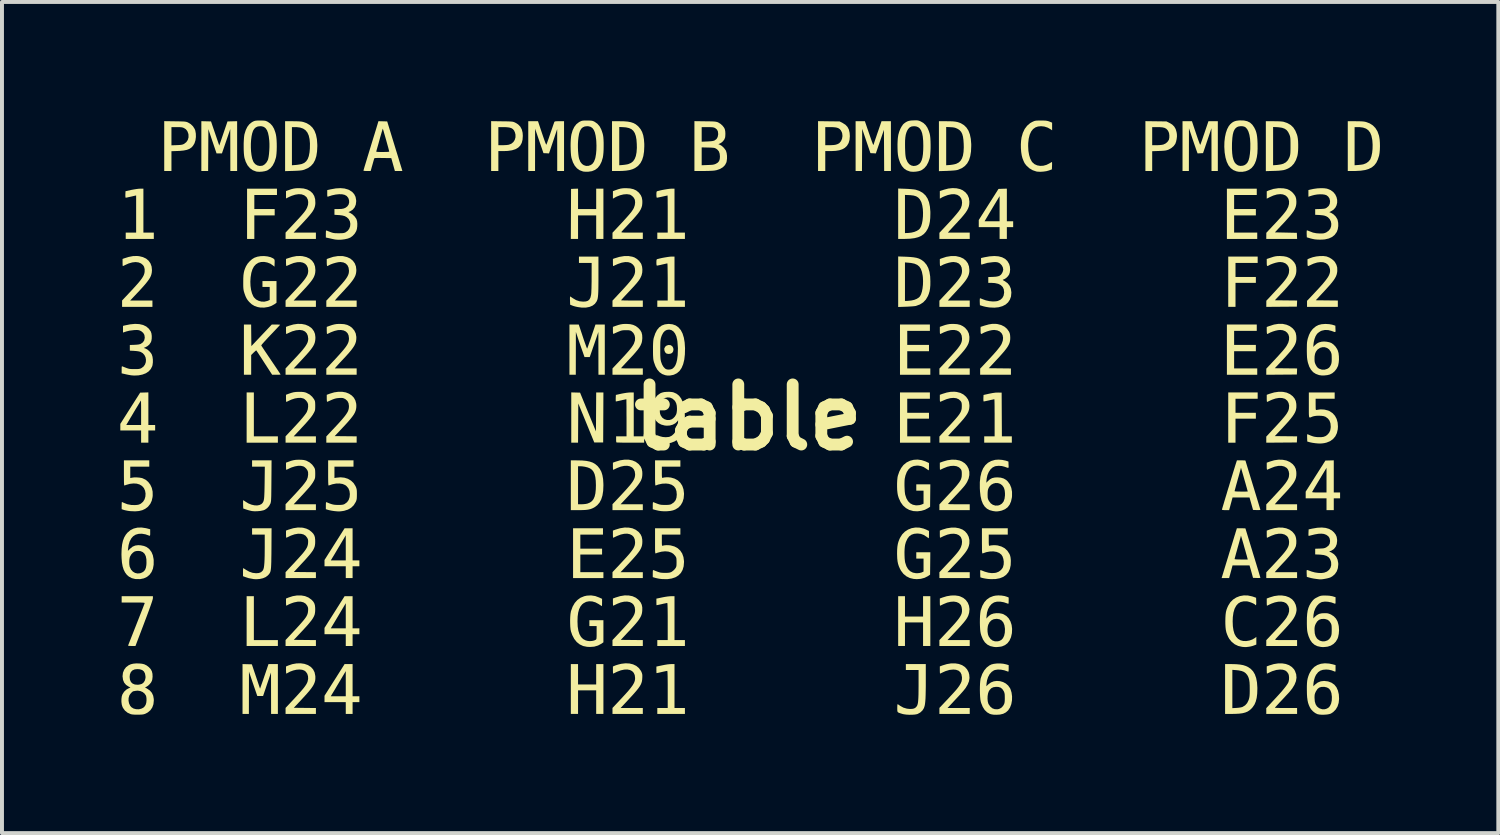
<source format=kicad_pcb>
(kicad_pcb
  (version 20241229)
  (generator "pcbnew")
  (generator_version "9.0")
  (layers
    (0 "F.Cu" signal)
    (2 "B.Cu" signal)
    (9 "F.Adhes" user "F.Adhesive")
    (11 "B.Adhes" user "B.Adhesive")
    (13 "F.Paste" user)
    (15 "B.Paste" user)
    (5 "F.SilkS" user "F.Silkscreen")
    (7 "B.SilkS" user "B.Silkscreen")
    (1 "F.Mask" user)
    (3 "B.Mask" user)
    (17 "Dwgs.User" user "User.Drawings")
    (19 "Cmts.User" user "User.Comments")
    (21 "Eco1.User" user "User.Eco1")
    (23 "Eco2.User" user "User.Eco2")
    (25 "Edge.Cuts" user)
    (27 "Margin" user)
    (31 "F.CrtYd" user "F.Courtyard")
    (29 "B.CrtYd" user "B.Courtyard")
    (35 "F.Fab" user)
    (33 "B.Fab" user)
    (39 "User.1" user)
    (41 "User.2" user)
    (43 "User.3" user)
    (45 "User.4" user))
  (footprint "table"
    (layer "F.Cu")
    (at 15.919 7.529)
    (property "Reference" "table" (at 0 0 0) (layer "F.SilkS") (effects (font (size 1.524 1.524) (thickness 0.3))))
    (attr board_only exclude_from_pos_files exclude_from_bom)
    (fp_poly (pts (xy -12.534 0.482) (xy -11.925 0.482) (xy -11.925 0.643) (xy -12.717 0.643) (xy -12.717 -0.631) (xy -12.534 -0.631)) (stroke (width 0) (type solid)) (fill yes) (layer "F.SilkS"))
    (fp_poly (pts (xy -12.534 5.647) (xy -11.925 5.647) (xy -11.925 5.796) (xy -12.717 5.796) (xy -12.717 4.534) (xy -12.534 4.534)) (stroke (width 0) (type solid)) (fill yes) (layer "F.SilkS"))
    (fp_poly (pts (xy -11.948 -5.636) (xy -12.522 -5.636) (xy -12.522 -5.28) (xy -12.006 -5.28) (xy -12.006 -5.119) (xy -12.522 -5.119) (xy -12.522 -4.522) (xy -12.706 -4.522) (xy -12.706 -5.796) (xy -11.948 -5.796)) (stroke (width 0) (type solid)) (fill yes) (layer "F.SilkS"))
    (fp_poly (pts (xy 12.912 -3.914) (xy 12.35 -3.914) (xy 12.35 -3.558) (xy 12.866 -3.558) (xy 12.866 -3.409) (xy 12.35 -3.409) (xy 12.35 -2.801) (xy 12.166 -2.801) (xy 12.166 -4.075) (xy 12.912 -4.075)) (stroke (width 0) (type solid)) (fill yes) (layer "F.SilkS"))
    (fp_poly (pts (xy 12.912 -0.471) (xy 12.35 -0.471) (xy 12.35 -0.115) (xy 12.866 -0.115) (xy 12.866 0.034) (xy 12.35 0.034) (xy 12.35 0.643) (xy 12.166 0.643) (xy 12.166 -0.631) (xy 12.912 -0.631)) (stroke (width 0) (type solid)) (fill yes) (layer "F.SilkS"))
    (fp_poly (pts (xy -4.316 6.772) (xy -3.856 6.772) (xy -3.856 6.255) (xy -3.673 6.255) (xy -3.673 7.518) (xy -3.856 7.518) (xy -3.856 6.921) (xy -4.316 6.921) (xy -4.316 7.518) (xy -4.499 7.518) (xy -4.499 6.255) (xy -4.316 6.255)) (stroke (width 0) (type solid)) (fill yes) (layer "F.SilkS"))
    (fp_poly (pts (xy -3.684 2.973) (xy -4.258 2.973) (xy -4.258 3.329) (xy -3.707 3.329) (xy -3.707 3.478) (xy -4.258 3.478) (xy -4.258 3.925) (xy -3.673 3.925) (xy -3.673 4.075) (xy -4.442 4.075) (xy -4.442 2.812) (xy -3.684 2.812)) (stroke (width 0) (type solid)) (fill yes) (layer "F.SilkS"))
    (fp_poly (pts (xy 3.971 5.05) (xy 4.43 5.05) (xy 4.43 4.534) (xy 4.614 4.534) (xy 4.614 5.796) (xy 4.43 5.796) (xy 4.43 5.199) (xy 3.971 5.199) (xy 3.971 5.796) (xy 3.799 5.796) (xy 3.799 4.534) (xy 3.971 4.534)) (stroke (width 0) (type solid)) (fill yes) (layer "F.SilkS"))
    (fp_poly (pts (xy 4.603 -2.192) (xy 4.029 -2.192) (xy 4.029 -1.836) (xy 4.58 -1.836) (xy 4.58 -1.676) (xy 4.029 -1.676) (xy 4.029 -1.24) (xy 4.614 -1.24) (xy 4.614 -1.079) (xy 3.845 -1.079) (xy 3.845 -2.353) (xy 4.603 -2.353)) (stroke (width 0) (type solid)) (fill yes) (layer "F.SilkS"))
    (fp_poly (pts (xy 4.603 -0.471) (xy 4.029 -0.471) (xy 4.029 -0.115) (xy 4.58 -0.115) (xy 4.58 0.034) (xy 4.029 0.034) (xy 4.029 0.482) (xy 4.614 0.482) (xy 4.614 0.643) (xy 3.845 0.643) (xy 3.845 -0.631) (xy 4.603 -0.631)) (stroke (width 0) (type solid)) (fill yes) (layer "F.SilkS"))
    (fp_poly (pts (xy 12.889 -5.636) (xy 12.315 -5.636) (xy 12.315 -5.28) (xy 12.866 -5.28) (xy 12.866 -5.119) (xy 12.315 -5.119) (xy 12.315 -4.683) (xy 12.901 -4.683) (xy 12.901 -4.522) (xy 12.132 -4.522) (xy 12.132 -5.796) (xy 12.889 -5.796)) (stroke (width 0) (type solid)) (fill yes) (layer "F.SilkS"))
    (fp_poly (pts (xy 12.889 -2.192) (xy 12.315 -2.192) (xy 12.315 -1.836) (xy 12.866 -1.836) (xy 12.866 -1.676) (xy 12.315 -1.676) (xy 12.315 -1.24) (xy 12.901 -1.24) (xy 12.901 -1.079) (xy 12.132 -1.079) (xy 12.132 -2.353) (xy 12.889 -2.353)) (stroke (width 0) (type solid)) (fill yes) (layer "F.SilkS"))
    (fp_poly (pts (xy -4.316 -5.28) (xy -3.856 -5.28) (xy -3.856 -5.796) (xy -3.673 -5.796) (xy -3.673 -4.522) (xy -3.856 -4.522) (xy -3.856 -5.119) (xy -4.316 -5.119) (xy -4.316 -4.522) (xy -4.499 -4.522) (xy -4.496 -5.156) (xy -4.493 -5.79) (xy -4.405 -5.794) (xy -4.316 -5.797)) (stroke (width 0) (type solid)) (fill yes) (layer "F.SilkS"))
    (fp_poly (pts (xy -4.265 -0.626) (xy -4.064 -0.134) (xy -3.862 0.357) (xy -3.856 -0.631) (xy -3.673 -0.631) (xy -3.676 0.003) (xy -3.679 0.637) (xy -3.905 0.637) (xy -4.107 0.142) (xy -4.31 -0.352) (xy -4.313 0.145) (xy -4.316 0.643) (xy -4.488 0.643) (xy -4.488 -0.632)) (stroke (width 0) (type solid)) (fill yes) (layer "F.SilkS"))
    (fp_poly (pts (xy -12.958 -6.244) (xy -13.13 -6.244) (xy -13.131 -6.775) (xy -13.132 -7.306) (xy -13.343 -6.691) (xy -13.412 -6.691) (xy -13.48 -6.691) (xy -13.584 -6.998) (xy -13.687 -7.306) (xy -13.69 -6.775) (xy -13.693 -6.244) (xy -13.865 -6.244) (xy -13.865 -7.507) (xy -13.743 -7.504) (xy -13.62 -7.501) (xy -13.411 -6.889) (xy -13.202 -7.501) (xy -12.958 -7.507)) (stroke (width 0) (type solid)) (fill yes) (layer "F.SilkS"))
    (fp_poly (pts (xy -1.979 -1.831) (xy -1.959 -1.824) (xy -1.924 -1.797) (xy -1.903 -1.757) (xy -1.897 -1.713) (xy -1.907 -1.669) (xy -1.932 -1.633) (xy -1.936 -1.63) (xy -1.973 -1.613) (xy -2.019 -1.607) (xy -2.063 -1.614) (xy -2.085 -1.624) (xy -2.11 -1.653) (xy -2.126 -1.693) (xy -2.13 -1.735) (xy -2.128 -1.749) (xy -2.107 -1.79) (xy -2.071 -1.819) (xy -2.026 -1.833)) (stroke (width 0) (type solid)) (fill yes) (layer "F.SilkS"))
    (fp_poly (pts (xy -15.334 -4.683) (xy -15.07 -4.683) (xy -15.07 -4.522) (xy -15.782 -4.522) (xy -15.782 -4.683) (xy -15.518 -4.683) (xy -15.518 -5.624) (xy -15.544 -5.619) (xy -15.628 -5.599) (xy -15.693 -5.585) (xy -15.738 -5.575) (xy -15.767 -5.569) (xy -15.782 -5.567) (xy -15.783 -5.567) (xy -15.788 -5.577) (xy -15.791 -5.607) (xy -15.791 -5.649) (xy -15.787 -5.732) (xy -15.644 -5.764) (xy -15.574 -5.777) (xy -15.505 -5.788) (xy -15.446 -5.795) (xy -15.417 -5.796) (xy -15.334 -5.796)) (stroke (width 0) (type solid)) (fill yes) (layer "F.SilkS"))
    (fp_poly (pts (xy -12.703 6.258) (xy -12.585 6.261) (xy -12.481 6.57) (xy -12.377 6.879) (xy -12.319 6.713) (xy -12.293 6.639) (xy -12.265 6.556) (xy -12.237 6.475) (xy -12.214 6.406) (xy -12.212 6.402) (xy -12.163 6.255) (xy -11.925 6.255) (xy -11.925 7.518) (xy -12.097 7.518) (xy -12.098 6.993) (xy -12.099 6.468) (xy -12.2 6.766) (xy -12.3 7.064) (xy -12.447 7.064) (xy -12.553 6.755) (xy -12.658 6.445) (xy -12.66 7.518) (xy -12.821 7.518) (xy -12.821 6.255)) (stroke (width 0) (type solid)) (fill yes) (layer "F.SilkS"))
    (fp_poly (pts (xy -10.031 3.627) (xy -9.859 3.627) (xy -9.859 3.776) (xy -10.031 3.776) (xy -10.031 4.075) (xy -10.204 4.075) (xy -10.204 3.776) (xy -10.743 3.776) (xy -10.743 3.627) (xy -10.584 3.627) (xy -10.204 3.627) (xy -10.204 3.308) (xy -10.204 2.99) (xy -10.37 3.27) (xy -10.415 3.345) (xy -10.456 3.415) (xy -10.493 3.477) (xy -10.524 3.528) (xy -10.547 3.566) (xy -10.56 3.588) (xy -10.561 3.589) (xy -10.584 3.627) (xy -10.743 3.627) (xy -10.743 3.616) (xy -10.234 2.812) (xy -10.031 2.812)) (stroke (width 0) (type solid)) (fill yes) (layer "F.SilkS"))
    (fp_poly (pts (xy 6.554 -4.97) (xy 6.714 -4.97) (xy 6.714 -4.821) (xy 6.554 -4.821) (xy 6.554 -4.522) (xy 6.37 -4.522) (xy 6.37 -4.821) (xy 5.842 -4.821) (xy 5.842 -4.97) (xy 5.989 -4.97) (xy 6.37 -4.97) (xy 6.37 -5.288) (xy 6.37 -5.607) (xy 6.208 -5.338) (xy 6.164 -5.264) (xy 6.122 -5.194) (xy 6.085 -5.132) (xy 6.054 -5.079) (xy 6.031 -5.041) (xy 6.018 -5.019) (xy 5.989 -4.97) (xy 5.842 -4.97) (xy 5.842 -5.002) (xy 6.342 -5.79) (xy 6.448 -5.794) (xy 6.554 -5.797)) (stroke (width 0) (type solid)) (fill yes) (layer "F.SilkS"))
    (fp_poly (pts (xy -10.031 5.349) (xy -9.859 5.349) (xy -9.859 5.498) (xy -10.031 5.498) (xy -10.031 5.796) (xy -10.204 5.796) (xy -10.204 5.498) (xy -10.743 5.498) (xy -10.743 5.349) (xy -10.584 5.349) (xy -10.204 5.349) (xy -10.204 5.03) (xy -10.204 4.712) (xy -10.371 4.993) (xy -10.415 5.067) (xy -10.457 5.137) (xy -10.494 5.199) (xy -10.525 5.251) (xy -10.548 5.289) (xy -10.561 5.31) (xy -10.561 5.311) (xy -10.584 5.349) (xy -10.743 5.349) (xy -10.743 5.337) (xy -10.488 4.935) (xy -10.234 4.534) (xy -10.031 4.534)) (stroke (width 0) (type solid)) (fill yes) (layer "F.SilkS"))
    (fp_poly (pts (xy -10.031 7.07) (xy -9.859 7.07) (xy -9.859 7.219) (xy -10.031 7.219) (xy -10.031 7.518) (xy -10.204 7.518) (xy -10.204 7.219) (xy -10.743 7.219) (xy -10.743 7.07) (xy -10.584 7.07) (xy -10.204 7.07) (xy -10.204 6.752) (xy -10.204 6.433) (xy -10.371 6.714) (xy -10.416 6.789) (xy -10.457 6.859) (xy -10.494 6.921) (xy -10.525 6.972) (xy -10.548 7.01) (xy -10.561 7.032) (xy -10.562 7.033) (xy -10.584 7.07) (xy -10.743 7.07) (xy -10.743 7.058) (xy -10.488 6.657) (xy -10.234 6.255) (xy -10.031 6.255)) (stroke (width 0) (type solid)) (fill yes) (layer "F.SilkS"))
    (fp_poly (pts (xy 14.841 1.905) (xy 15.001 1.905) (xy 15.001 2.054) (xy 14.841 2.054) (xy 14.841 2.353) (xy 14.657 2.353) (xy 14.657 2.054) (xy 14.129 2.054) (xy 14.129 1.891) (xy 14.293 1.891) (xy 14.296 1.897) (xy 14.311 1.901) (xy 14.341 1.903) (xy 14.389 1.905) (xy 14.457 1.905) (xy 14.472 1.905) (xy 14.657 1.905) (xy 14.657 1.593) (xy 14.657 1.28) (xy 14.478 1.578) (xy 14.433 1.653) (xy 14.391 1.723) (xy 14.355 1.783) (xy 14.326 1.833) (xy 14.305 1.869) (xy 14.294 1.888) (xy 14.293 1.891) (xy 14.129 1.891) (xy 14.129 1.884) (xy 14.379 1.49) (xy 14.629 1.096) (xy 14.841 1.09)) (stroke (width 0) (type solid)) (fill yes) (layer "F.SilkS"))
    (fp_poly (pts (xy -1.871 5.647) (xy -1.607 5.647) (xy -1.607 5.796) (xy -2.307 5.796) (xy -2.307 5.647) (xy -2.043 5.647) (xy -2.043 5.176) (xy -2.043 5.045) (xy -2.044 4.936) (xy -2.045 4.849) (xy -2.047 4.783) (xy -2.049 4.737) (xy -2.052 4.712) (xy -2.055 4.706) (xy -2.071 4.708) (xy -2.104 4.715) (xy -2.149 4.724) (xy -2.194 4.735) (xy -2.245 4.746) (xy -2.287 4.755) (xy -2.316 4.761) (xy -2.326 4.763) (xy -2.328 4.753) (xy -2.329 4.725) (xy -2.33 4.686) (xy -2.33 4.68) (xy -2.33 4.596) (xy -2.183 4.565) (xy -2.116 4.552) (xy -2.05 4.542) (xy -1.991 4.536) (xy -1.953 4.534) (xy -1.871 4.534)) (stroke (width 0) (type solid)) (fill yes) (layer "F.SilkS"))
    (fp_poly (pts (xy -1.871 6.255) (xy -1.871 7.369) (xy -1.607 7.369) (xy -1.607 7.518) (xy -2.307 7.518) (xy -2.307 7.369) (xy -2.043 7.369) (xy -2.043 6.898) (xy -2.043 6.767) (xy -2.044 6.658) (xy -2.045 6.57) (xy -2.047 6.504) (xy -2.049 6.459) (xy -2.052 6.434) (xy -2.055 6.427) (xy -2.071 6.43) (xy -2.104 6.436) (xy -2.149 6.446) (xy -2.194 6.456) (xy -2.245 6.468) (xy -2.287 6.477) (xy -2.316 6.483) (xy -2.326 6.485) (xy -2.328 6.474) (xy -2.329 6.447) (xy -2.33 6.407) (xy -2.33 6.401) (xy -2.33 6.318) (xy -2.184 6.287) (xy -2.113 6.273) (xy -2.043 6.262) (xy -1.984 6.256) (xy -1.954 6.255)) (stroke (width 0) (type solid)) (fill yes) (layer "F.SilkS"))
    (fp_poly (pts (xy 3.615 -6.244) (xy 3.444 -6.244) (xy 3.441 -6.766) (xy 3.438 -7.288) (xy 3.233 -6.69) (xy 3.165 -6.694) (xy 3.096 -6.697) (xy 2.991 -7.005) (xy 2.887 -7.313) (xy 2.884 -6.778) (xy 2.881 -6.244) (xy 2.72 -6.244) (xy 2.72 -7.506) (xy 2.838 -7.506) (xy 2.955 -7.506) (xy 3.059 -7.203) (xy 3.086 -7.125) (xy 3.111 -7.054) (xy 3.132 -6.994) (xy 3.15 -6.947) (xy 3.162 -6.917) (xy 3.169 -6.905) (xy 3.169 -6.905) (xy 3.178 -6.918) (xy 3.184 -6.937) (xy 3.189 -6.955) (xy 3.201 -6.991) (xy 3.218 -7.043) (xy 3.24 -7.106) (xy 3.264 -7.178) (xy 3.284 -7.235) (xy 3.377 -7.506) (xy 3.615 -7.506)) (stroke (width 0) (type solid)) (fill yes) (layer "F.SilkS"))
    (fp_poly (pts (xy 6.336 -0.628) (xy 6.422 -0.626) (xy 6.425 -0.072) (xy 6.428 0.482) (xy 6.68 0.482) (xy 6.68 0.643) (xy 5.98 0.643) (xy 5.98 0.482) (xy 6.244 0.482) (xy 6.244 0.011) (xy 6.244 -0.09) (xy 6.243 -0.184) (xy 6.243 -0.268) (xy 6.242 -0.34) (xy 6.241 -0.397) (xy 6.239 -0.437) (xy 6.238 -0.457) (xy 6.237 -0.459) (xy 6.224 -0.457) (xy 6.194 -0.45) (xy 6.15 -0.441) (xy 6.104 -0.43) (xy 6.052 -0.419) (xy 6.009 -0.41) (xy 5.978 -0.404) (xy 5.966 -0.402) (xy 5.962 -0.412) (xy 5.959 -0.44) (xy 5.959 -0.479) (xy 5.959 -0.484) (xy 5.963 -0.567) (xy 6.106 -0.599) (xy 6.194 -0.616) (xy 6.266 -0.626) (xy 6.329 -0.628)) (stroke (width 0) (type solid)) (fill yes) (layer "F.SilkS"))
    (fp_poly (pts (xy -15.208 0.195) (xy -15.036 0.195) (xy -15.036 0.333) (xy -15.208 0.333) (xy -15.208 0.643) (xy -15.392 0.643) (xy -15.392 0.333) (xy -15.919 0.333) (xy -15.919 0.195) (xy -15.769 0.195) (xy -15.392 0.195) (xy -15.392 -0.115) (xy -15.392 -0.196) (xy -15.392 -0.27) (xy -15.393 -0.333) (xy -15.394 -0.381) (xy -15.395 -0.413) (xy -15.396 -0.425) (xy -15.396 -0.425) (xy -15.399 -0.422) (xy -15.405 -0.414) (xy -15.415 -0.398) (xy -15.43 -0.373) (xy -15.452 -0.337) (xy -15.481 -0.288) (xy -15.519 -0.226) (xy -15.566 -0.148) (xy -15.622 -0.052) (xy -15.652 -0.003) (xy -15.769 0.195) (xy -15.919 0.195) (xy -15.919 0.166) (xy -15.668 -0.23) (xy -15.416 -0.626) (xy -15.312 -0.629) (xy -15.208 -0.632)) (stroke (width 0) (type solid)) (fill yes) (layer "F.SilkS"))
    (fp_poly (pts (xy 11.347 -7.203) (xy 11.374 -7.124) (xy 11.398 -7.054) (xy 11.42 -6.994) (xy 11.437 -6.948) (xy 11.449 -6.918) (xy 11.456 -6.907) (xy 11.456 -6.907) (xy 11.462 -6.92) (xy 11.474 -6.951) (xy 11.491 -6.999) (xy 11.512 -7.059) (xy 11.536 -7.13) (xy 11.563 -7.208) (xy 11.564 -7.211) (xy 11.664 -7.506) (xy 11.902 -7.506) (xy 11.902 -6.244) (xy 11.742 -6.244) (xy 11.741 -6.786) (xy 11.74 -7.328) (xy 11.634 -7.013) (xy 11.527 -6.697) (xy 11.458 -6.694) (xy 11.389 -6.69) (xy 11.358 -6.774) (xy 11.345 -6.811) (xy 11.327 -6.865) (xy 11.304 -6.93) (xy 11.279 -7.004) (xy 11.253 -7.079) (xy 11.249 -7.093) (xy 11.17 -7.328) (xy 11.168 -6.244) (xy 11.007 -6.244) (xy 11.007 -7.506) (xy 11.246 -7.506)) (stroke (width 0) (type solid)) (fill yes) (layer "F.SilkS"))
    (fp_poly (pts (xy -5.229 -7.2) (xy -5.197 -7.106) (xy -5.17 -7.029) (xy -5.149 -6.97) (xy -5.132 -6.931) (xy -5.122 -6.912) (xy -5.119 -6.911) (xy -5.113 -6.926) (xy -5.1 -6.959) (xy -5.083 -7.008) (xy -5.061 -7.069) (xy -5.037 -7.14) (xy -5.018 -7.196) (xy -4.992 -7.272) (xy -4.968 -7.341) (xy -4.948 -7.4) (xy -4.932 -7.446) (xy -4.921 -7.476) (xy -4.918 -7.486) (xy -4.911 -7.495) (xy -4.898 -7.501) (xy -4.873 -7.505) (xy -4.833 -7.506) (xy -4.791 -7.506) (xy -4.671 -7.506) (xy -4.671 -6.244) (xy -4.844 -6.244) (xy -4.844 -6.775) (xy -4.845 -7.306) (xy -5.052 -6.69) (xy -5.122 -6.694) (xy -5.193 -6.697) (xy -5.299 -7.007) (xy -5.405 -7.317) (xy -5.406 -6.244) (xy -5.578 -6.244) (xy -5.578 -7.506) (xy -5.331 -7.506)) (stroke (width 0) (type solid)) (fill yes) (layer "F.SilkS"))
    (fp_poly (pts (xy -1.871 -4.683) (xy -1.607 -4.683) (xy -1.607 -4.522) (xy -2.307 -4.522) (xy -2.307 -4.683) (xy -2.043 -4.683) (xy -2.043 -5.153) (xy -2.043 -5.255) (xy -2.043 -5.349) (xy -2.044 -5.433) (xy -2.044 -5.505) (xy -2.045 -5.562) (xy -2.046 -5.601) (xy -2.047 -5.622) (xy -2.047 -5.624) (xy -2.059 -5.622) (xy -2.089 -5.615) (xy -2.132 -5.606) (xy -2.179 -5.595) (xy -2.23 -5.584) (xy -2.274 -5.575) (xy -2.305 -5.569) (xy -2.318 -5.567) (xy -2.324 -5.577) (xy -2.329 -5.608) (xy -2.33 -5.646) (xy -2.329 -5.69) (xy -2.325 -5.715) (xy -2.318 -5.728) (xy -2.31 -5.732) (xy -2.256 -5.746) (xy -2.192 -5.761) (xy -2.122 -5.774) (xy -2.055 -5.785) (xy -1.997 -5.793) (xy -1.953 -5.796) (xy -1.95 -5.796) (xy -1.871 -5.796)) (stroke (width 0) (type solid)) (fill yes) (layer "F.SilkS"))
    (fp_poly (pts (xy -1.871 -2.961) (xy -1.607 -2.961) (xy -1.607 -2.801) (xy -2.307 -2.801) (xy -2.307 -2.961) (xy -2.043 -2.961) (xy -2.043 -3.432) (xy -2.043 -3.533) (xy -2.044 -3.627) (xy -2.045 -3.711) (xy -2.046 -3.783) (xy -2.047 -3.84) (xy -2.049 -3.88) (xy -2.051 -3.9) (xy -2.052 -3.902) (xy -2.066 -3.9) (xy -2.097 -3.893) (xy -2.141 -3.883) (xy -2.181 -3.874) (xy -2.231 -3.862) (xy -2.275 -3.853) (xy -2.305 -3.847) (xy -2.316 -3.845) (xy -2.324 -3.854) (xy -2.329 -3.881) (xy -2.33 -3.925) (xy -2.329 -3.968) (xy -2.325 -3.994) (xy -2.318 -4.006) (xy -2.31 -4.01) (xy -2.256 -4.024) (xy -2.192 -4.039) (xy -2.122 -4.052) (xy -2.055 -4.063) (xy -1.997 -4.071) (xy -1.953 -4.075) (xy -1.95 -4.075) (xy -1.871 -4.075)) (stroke (width 0) (type solid)) (fill yes) (layer "F.SilkS"))
    (fp_poly (pts (xy -4.195 -2.043) (xy -4.169 -1.964) (xy -4.144 -1.893) (xy -4.122 -1.833) (xy -4.105 -1.785) (xy -4.092 -1.754) (xy -4.086 -1.742) (xy -4.085 -1.742) (xy -4.08 -1.755) (xy -4.068 -1.786) (xy -4.051 -1.834) (xy -4.03 -1.895) (xy -4.005 -1.966) (xy -3.978 -2.044) (xy -3.976 -2.052) (xy -3.874 -2.353) (xy -3.756 -2.353) (xy -3.638 -2.353) (xy -3.638 -1.079) (xy -3.799 -1.079) (xy -3.801 -2.164) (xy -3.846 -2.032) (xy -3.866 -1.973) (xy -3.891 -1.9) (xy -3.918 -1.821) (xy -3.945 -1.744) (xy -3.955 -1.713) (xy -4.02 -1.527) (xy -4.152 -1.527) (xy -4.205 -1.679) (xy -4.23 -1.75) (xy -4.259 -1.832) (xy -4.288 -1.917) (xy -4.314 -1.993) (xy -4.315 -1.997) (xy -4.371 -2.164) (xy -4.373 -1.079) (xy -4.534 -1.079) (xy -4.534 -2.353) (xy -4.298 -2.353)) (stroke (width 0) (type solid)) (fill yes) (layer "F.SilkS"))
    (fp_poly (pts (xy -2.904 0.482) (xy -2.64 0.482) (xy -2.64 0.643) (xy -2.988 0.643) (xy -3.075 0.643) (xy -3.155 0.642) (xy -3.224 0.641) (xy -3.28 0.639) (xy -3.32 0.638) (xy -3.341 0.636) (xy -3.344 0.635) (xy -3.348 0.62) (xy -3.351 0.59) (xy -3.351 0.555) (xy -3.351 0.482) (xy -3.087 0.482) (xy -3.087 0.011) (xy -3.088 -0.09) (xy -3.088 -0.184) (xy -3.088 -0.268) (xy -3.089 -0.34) (xy -3.09 -0.397) (xy -3.09 -0.437) (xy -3.091 -0.457) (xy -3.092 -0.459) (xy -3.104 -0.457) (xy -3.134 -0.45) (xy -3.177 -0.441) (xy -3.223 -0.43) (xy -3.274 -0.419) (xy -3.317 -0.41) (xy -3.346 -0.404) (xy -3.357 -0.402) (xy -3.36 -0.412) (xy -3.361 -0.44) (xy -3.361 -0.479) (xy -3.361 -0.485) (xy -3.357 -0.568) (xy -3.219 -0.599) (xy -3.15 -0.612) (xy -3.081 -0.623) (xy -3.02 -0.629) (xy -2.993 -0.63) (xy -2.904 -0.631)) (stroke (width 0) (type solid)) (fill yes) (layer "F.SilkS"))
    (fp_poly (pts (xy -15.093 4.582) (xy -15.096 4.601) (xy -15.104 4.632) (xy -15.118 4.678) (xy -15.139 4.739) (xy -15.166 4.816) (xy -15.2 4.91) (xy -15.242 5.023) (xy -15.292 5.155) (xy -15.314 5.214) (xy -15.535 5.796) (xy -15.631 5.796) (xy -15.68 5.795) (xy -15.709 5.792) (xy -15.721 5.787) (xy -15.721 5.782) (xy -15.716 5.769) (xy -15.703 5.736) (xy -15.684 5.687) (xy -15.658 5.622) (xy -15.628 5.545) (xy -15.593 5.457) (xy -15.555 5.36) (xy -15.514 5.257) (xy -15.512 5.251) (xy -15.471 5.147) (xy -15.433 5.05) (xy -15.398 4.961) (xy -15.367 4.882) (xy -15.341 4.816) (xy -15.322 4.765) (xy -15.308 4.73) (xy -15.303 4.715) (xy -15.303 4.714) (xy -15.302 4.708) (xy -15.307 4.704) (xy -15.318 4.7) (xy -15.34 4.698) (xy -15.373 4.696) (xy -15.422 4.695) (xy -15.488 4.694) (xy -15.574 4.694) (xy -15.591 4.694) (xy -15.885 4.694) (xy -15.885 4.534) (xy -15.093 4.534)) (stroke (width 0) (type solid)) (fill yes) (layer "F.SilkS"))
    (fp_poly (pts (xy 2.041 -7.504) (xy 2.315 -7.501) (xy 2.394 -7.46) (xy 2.463 -7.416) (xy 2.514 -7.362) (xy 2.549 -7.295) (xy 2.568 -7.213) (xy 2.574 -7.127) (xy 2.566 -7.033) (xy 2.543 -6.953) (xy 2.503 -6.886) (xy 2.495 -6.876) (xy 2.445 -6.83) (xy 2.383 -6.795) (xy 2.307 -6.77) (xy 2.215 -6.755) (xy 2.103 -6.749) (xy 2.08 -6.749) (xy 1.951 -6.749) (xy 1.951 -6.244) (xy 1.768 -6.244) (xy 1.768 -7.357) (xy 1.951 -7.357) (xy 1.951 -6.898) (xy 2.054 -6.898) (xy 2.109 -6.9) (xy 2.163 -6.903) (xy 2.207 -6.909) (xy 2.215 -6.911) (xy 2.257 -6.924) (xy 2.296 -6.944) (xy 2.309 -6.953) (xy 2.35 -7.002) (xy 2.376 -7.063) (xy 2.387 -7.13) (xy 2.38 -7.197) (xy 2.37 -7.228) (xy 2.346 -7.274) (xy 2.315 -7.309) (xy 2.276 -7.333) (xy 2.223 -7.348) (xy 2.154 -7.355) (xy 2.086 -7.357) (xy 1.951 -7.357) (xy 1.768 -7.357) (xy 1.768 -7.508)) (stroke (width 0) (type solid)) (fill yes) (layer "F.SilkS"))
    (fp_poly (pts (xy -6.247 -7.504) (xy -6.16 -7.503) (xy -6.094 -7.502) (xy -6.043 -7.5) (xy -6.005 -7.497) (xy -5.977 -7.494) (xy -5.955 -7.489) (xy -5.935 -7.482) (xy -5.915 -7.473) (xy -5.91 -7.471) (xy -5.836 -7.426) (xy -5.78 -7.369) (xy -5.742 -7.298) (xy -5.721 -7.213) (xy -5.716 -7.134) (xy -5.723 -7.037) (xy -5.744 -6.956) (xy -5.781 -6.889) (xy -5.834 -6.836) (xy -5.904 -6.796) (xy -5.991 -6.769) (xy -6.098 -6.753) (xy -6.207 -6.749) (xy -6.336 -6.749) (xy -6.336 -6.244) (xy -6.519 -6.244) (xy -6.519 -7.357) (xy -6.336 -7.357) (xy -6.336 -6.898) (xy -6.229 -6.898) (xy -6.175 -6.9) (xy -6.123 -6.903) (xy -6.082 -6.909) (xy -6.072 -6.91) (xy -6.007 -6.936) (xy -5.956 -6.978) (xy -5.921 -7.032) (xy -5.902 -7.097) (xy -5.902 -7.167) (xy -5.916 -7.223) (xy -5.938 -7.271) (xy -5.968 -7.307) (xy -6.009 -7.332) (xy -6.063 -7.347) (xy -6.135 -7.355) (xy -6.201 -7.357) (xy -6.336 -7.357) (xy -6.519 -7.357) (xy -6.519 -7.508)) (stroke (width 0) (type solid)) (fill yes) (layer "F.SilkS"))
    (fp_poly (pts (xy 10.6 -7.501) (xy 10.677 -7.463) (xy 10.746 -7.421) (xy 10.797 -7.37) (xy 10.833 -7.308) (xy 10.856 -7.229) (xy 10.864 -7.179) (xy 10.866 -7.121) (xy 10.858 -7.054) (xy 10.844 -6.989) (xy 10.825 -6.936) (xy 10.823 -6.932) (xy 10.784 -6.878) (xy 10.728 -6.829) (xy 10.662 -6.79) (xy 10.644 -6.783) (xy 10.611 -6.772) (xy 10.576 -6.764) (xy 10.533 -6.759) (xy 10.478 -6.755) (xy 10.407 -6.752) (xy 10.238 -6.746) (xy 10.238 -6.244) (xy 10.066 -6.244) (xy 10.066 -6.898) (xy 10.238 -6.898) (xy 10.351 -6.898) (xy 10.414 -6.9) (xy 10.472 -6.906) (xy 10.516 -6.914) (xy 10.52 -6.915) (xy 10.576 -6.941) (xy 10.624 -6.981) (xy 10.657 -7.028) (xy 10.662 -7.039) (xy 10.672 -7.088) (xy 10.673 -7.146) (xy 10.666 -7.202) (xy 10.652 -7.24) (xy 10.626 -7.283) (xy 10.594 -7.315) (xy 10.553 -7.337) (xy 10.5 -7.35) (xy 10.43 -7.356) (xy 10.37 -7.357) (xy 10.238 -7.357) (xy 10.238 -6.898) (xy 10.066 -6.898) (xy 10.066 -7.508)) (stroke (width 0) (type solid)) (fill yes) (layer "F.SilkS"))
    (fp_poly (pts (xy -12.088 3.331) (xy -12.089 3.463) (xy -12.091 3.573) (xy -12.092 3.665) (xy -12.095 3.74) (xy -12.098 3.801) (xy -12.103 3.85) (xy -12.109 3.888) (xy -12.117 3.919) (xy -12.128 3.943) (xy -12.141 3.964) (xy -12.157 3.984) (xy -12.176 4.004) (xy -12.184 4.012) (xy -12.235 4.05) (xy -12.303 4.079) (xy -12.383 4.097) (xy -12.468 4.104) (xy -12.534 4.101) (xy -12.665 4.077) (xy -12.744 4.051) (xy -12.809 4.027) (xy -12.809 3.925) (xy -12.809 3.879) (xy -12.807 3.844) (xy -12.806 3.825) (xy -12.805 3.822) (xy -12.794 3.828) (xy -12.769 3.843) (xy -12.735 3.865) (xy -12.733 3.867) (xy -12.648 3.914) (xy -12.565 3.942) (xy -12.478 3.952) (xy -12.476 3.952) (xy -12.406 3.946) (xy -12.352 3.925) (xy -12.312 3.888) (xy -12.301 3.871) (xy -12.29 3.845) (xy -12.28 3.808) (xy -12.273 3.757) (xy -12.267 3.692) (xy -12.263 3.611) (xy -12.26 3.511) (xy -12.259 3.391) (xy -12.258 3.297) (xy -12.258 2.973) (xy -12.579 2.973) (xy -12.579 2.812) (xy -12.085 2.812)) (stroke (width 0) (type solid)) (fill yes) (layer "F.SilkS"))
    (fp_poly (pts (xy 13.572 -5.804) (xy 13.652 -5.788) (xy 13.72 -5.758) (xy 13.78 -5.714) (xy 13.806 -5.687) (xy 13.847 -5.637) (xy 13.874 -5.589) (xy 13.888 -5.535) (xy 13.893 -5.468) (xy 13.893 -5.458) (xy 13.891 -5.41) (xy 13.884 -5.366) (xy 13.871 -5.321) (xy 13.851 -5.275) (xy 13.822 -5.225) (xy 13.782 -5.169) (xy 13.731 -5.105) (xy 13.667 -5.032) (xy 13.589 -4.945) (xy 13.515 -4.867) (xy 13.348 -4.689) (xy 13.905 -4.677) (xy 13.912 -4.522) (xy 13.13 -4.522) (xy 13.131 -4.677) (xy 13.287 -4.844) (xy 13.374 -4.936) (xy 13.446 -5.014) (xy 13.505 -5.08) (xy 13.553 -5.135) (xy 13.591 -5.182) (xy 13.622 -5.222) (xy 13.646 -5.257) (xy 13.647 -5.259) (xy 13.686 -5.334) (xy 13.706 -5.407) (xy 13.708 -5.476) (xy 13.692 -5.537) (xy 13.66 -5.588) (xy 13.613 -5.627) (xy 13.551 -5.651) (xy 13.485 -5.658) (xy 13.4 -5.649) (xy 13.308 -5.622) (xy 13.219 -5.582) (xy 13.142 -5.543) (xy 13.142 -5.729) (xy 13.191 -5.751) (xy 13.306 -5.789) (xy 13.431 -5.808) (xy 13.475 -5.809)) (stroke (width 0) (type solid)) (fill yes) (layer "F.SilkS"))
    (fp_poly (pts (xy -3.799 -3.587) (xy -3.799 -3.457) (xy -3.8 -3.348) (xy -3.801 -3.257) (xy -3.803 -3.182) (xy -3.806 -3.122) (xy -3.81 -3.073) (xy -3.815 -3.034) (xy -3.821 -3.002) (xy -3.829 -2.976) (xy -3.839 -2.952) (xy -3.845 -2.938) (xy -3.889 -2.877) (xy -3.949 -2.831) (xy -4.025 -2.799) (xy -4.115 -2.782) (xy -4.217 -2.781) (xy -4.321 -2.795) (xy -4.373 -2.806) (xy -4.425 -2.82) (xy -4.459 -2.832) (xy -4.516 -2.855) (xy -4.52 -2.96) (xy -4.521 -3.006) (xy -4.52 -3.041) (xy -4.519 -3.062) (xy -4.517 -3.065) (xy -4.506 -3.058) (xy -4.481 -3.042) (xy -4.448 -3.02) (xy -4.447 -3.019) (xy -4.363 -2.97) (xy -4.278 -2.942) (xy -4.186 -2.933) (xy -4.184 -2.933) (xy -4.116 -2.938) (xy -4.065 -2.955) (xy -4.028 -2.987) (xy -4.002 -3.036) (xy -3.986 -3.104) (xy -3.983 -3.124) (xy -3.98 -3.157) (xy -3.978 -3.209) (xy -3.975 -3.277) (xy -3.974 -3.356) (xy -3.972 -3.444) (xy -3.972 -3.536) (xy -3.972 -3.561) (xy -3.971 -3.914) (xy -4.293 -3.914) (xy -4.293 -4.075) (xy -3.799 -4.075)) (stroke (width 0) (type solid)) (fill yes) (layer "F.SilkS"))
    (fp_poly (pts (xy -14.534 -7.504) (xy -14.447 -7.503) (xy -14.379 -7.501) (xy -14.328 -7.5) (xy -14.29 -7.497) (xy -14.261 -7.493) (xy -14.239 -7.488) (xy -14.219 -7.481) (xy -14.201 -7.473) (xy -14.134 -7.432) (xy -14.077 -7.377) (xy -14.035 -7.311) (xy -14.019 -7.271) (xy -14.005 -7.192) (xy -14.003 -7.107) (xy -14.014 -7.024) (xy -14.037 -6.951) (xy -14.044 -6.937) (xy -14.078 -6.881) (xy -14.119 -6.837) (xy -14.17 -6.804) (xy -14.233 -6.78) (xy -14.312 -6.764) (xy -14.409 -6.754) (xy -14.459 -6.752) (xy -14.623 -6.746) (xy -14.623 -6.244) (xy -14.806 -6.244) (xy -14.806 -6.895) (xy -14.623 -6.895) (xy -14.487 -6.9) (xy -14.426 -6.903) (xy -14.382 -6.907) (xy -14.35 -6.913) (xy -14.324 -6.922) (xy -14.301 -6.933) (xy -14.246 -6.976) (xy -14.209 -7.031) (xy -14.19 -7.096) (xy -14.191 -7.168) (xy -14.197 -7.195) (xy -14.221 -7.257) (xy -14.258 -7.303) (xy -14.305 -7.333) (xy -14.331 -7.344) (xy -14.359 -7.351) (xy -14.396 -7.355) (xy -14.445 -7.357) (xy -14.488 -7.357) (xy -14.623 -7.357) (xy -14.623 -6.895) (xy -14.806 -6.895) (xy -14.806 -7.508)) (stroke (width 0) (type solid)) (fill yes) (layer "F.SilkS"))
    (fp_poly (pts (xy -3.149 -7.504) (xy -3.055 -7.496) (xy -2.977 -7.481) (xy -2.911 -7.459) (xy -2.855 -7.429) (xy -2.805 -7.389) (xy -2.782 -7.367) (xy -2.73 -7.303) (xy -2.691 -7.231) (xy -2.663 -7.146) (xy -2.646 -7.048) (xy -2.637 -6.932) (xy -2.637 -6.869) (xy -2.643 -6.737) (xy -2.661 -6.623) (xy -2.691 -6.527) (xy -2.733 -6.446) (xy -2.789 -6.38) (xy -2.815 -6.358) (xy -2.871 -6.32) (xy -2.934 -6.29) (xy -3.008 -6.268) (xy -3.095 -6.254) (xy -3.198 -6.246) (xy -3.303 -6.244) (xy -3.455 -6.244) (xy -3.455 -7.36) (xy -3.271 -7.36) (xy -3.271 -6.39) (xy -3.181 -6.397) (xy -3.129 -6.403) (xy -3.078 -6.411) (xy -3.039 -6.42) (xy -3.038 -6.421) (xy -2.973 -6.449) (xy -2.92 -6.491) (xy -2.88 -6.55) (xy -2.851 -6.624) (xy -2.833 -6.717) (xy -2.825 -6.828) (xy -2.827 -6.927) (xy -2.835 -7.04) (xy -2.852 -7.132) (xy -2.878 -7.206) (xy -2.915 -7.263) (xy -2.963 -7.305) (xy -3.025 -7.333) (xy -3.102 -7.35) (xy -3.165 -7.355) (xy -3.271 -7.36) (xy -3.455 -7.36) (xy -3.455 -7.506) (xy -3.262 -7.506)) (stroke (width 0) (type solid)) (fill yes) (layer "F.SilkS"))
    (fp_poly (pts (xy -12.089 1.61) (xy -12.09 1.734) (xy -12.091 1.837) (xy -12.092 1.922) (xy -12.093 1.99) (xy -12.095 2.044) (xy -12.097 2.086) (xy -12.099 2.118) (xy -12.103 2.143) (xy -12.107 2.162) (xy -12.111 2.178) (xy -12.114 2.186) (xy -12.148 2.248) (xy -12.197 2.303) (xy -12.255 2.343) (xy -12.292 2.357) (xy -12.362 2.372) (xy -12.442 2.38) (xy -12.522 2.381) (xy -12.58 2.376) (xy -12.626 2.366) (xy -12.68 2.352) (xy -12.724 2.338) (xy -12.803 2.311) (xy -12.807 2.206) (xy -12.807 2.16) (xy -12.807 2.124) (xy -12.805 2.103) (xy -12.804 2.1) (xy -12.792 2.107) (xy -12.767 2.123) (xy -12.742 2.14) (xy -12.671 2.183) (xy -12.596 2.213) (xy -12.522 2.23) (xy -12.453 2.234) (xy -12.392 2.223) (xy -12.342 2.199) (xy -12.322 2.18) (xy -12.308 2.162) (xy -12.297 2.143) (xy -12.288 2.121) (xy -12.281 2.093) (xy -12.275 2.057) (xy -12.271 2.01) (xy -12.268 1.95) (xy -12.265 1.874) (xy -12.263 1.781) (xy -12.261 1.667) (xy -12.261 1.656) (xy -12.256 1.251) (xy -12.579 1.251) (xy -12.579 1.09) (xy -12.085 1.09)) (stroke (width 0) (type solid)) (fill yes) (layer "F.SilkS"))
    (fp_poly (pts (xy -11.457 -7.505) (xy -11.384 -7.502) (xy -11.329 -7.497) (xy -11.289 -7.489) (xy -11.193 -7.455) (xy -11.113 -7.406) (xy -11.047 -7.342) (xy -10.996 -7.263) (xy -10.959 -7.166) (xy -10.936 -7.052) (xy -10.926 -6.92) (xy -10.925 -6.875) (xy -10.932 -6.739) (xy -10.95 -6.622) (xy -10.982 -6.522) (xy -11.027 -6.439) (xy -11.087 -6.372) (xy -11.161 -6.319) (xy -11.25 -6.28) (xy -11.259 -6.277) (xy -11.293 -6.267) (xy -11.331 -6.26) (xy -11.378 -6.255) (xy -11.436 -6.251) (xy -11.512 -6.248) (xy -11.538 -6.247) (xy -11.742 -6.241) (xy -11.742 -6.39) (xy -11.569 -6.39) (xy -11.474 -6.397) (xy -11.42 -6.403) (xy -11.366 -6.412) (xy -11.322 -6.421) (xy -11.319 -6.422) (xy -11.257 -6.449) (xy -11.208 -6.49) (xy -11.169 -6.547) (xy -11.141 -6.622) (xy -11.123 -6.715) (xy -11.114 -6.813) (xy -11.112 -6.943) (xy -11.122 -7.054) (xy -11.144 -7.147) (xy -11.178 -7.221) (xy -11.226 -7.279) (xy -11.287 -7.32) (xy -11.363 -7.346) (xy -11.453 -7.357) (xy -11.48 -7.357) (xy -11.569 -7.357) (xy -11.569 -6.39) (xy -11.742 -6.39) (xy -11.742 -7.506) (xy -11.549 -7.506)) (stroke (width 0) (type solid)) (fill yes) (layer "F.SilkS"))
    (fp_poly (pts (xy -11.274 -5.801) (xy -11.182 -5.776) (xy -11.106 -5.735) (xy -11.046 -5.68) (xy -11.004 -5.612) (xy -10.98 -5.53) (xy -10.975 -5.436) (xy -10.975 -5.426) (xy -10.979 -5.384) (xy -10.987 -5.345) (xy -10.999 -5.307) (xy -11.017 -5.267) (xy -11.042 -5.224) (xy -11.077 -5.176) (xy -11.121 -5.121) (xy -11.177 -5.056) (xy -11.247 -4.98) (xy -11.33 -4.89) (xy -11.366 -4.852) (xy -11.526 -4.683) (xy -10.961 -4.683) (xy -10.961 -4.522) (xy -11.73 -4.522) (xy -11.73 -4.683) (xy -11.566 -4.858) (xy -11.483 -4.947) (xy -11.414 -5.021) (xy -11.358 -5.082) (xy -11.313 -5.133) (xy -11.277 -5.176) (xy -11.249 -5.211) (xy -11.226 -5.243) (xy -11.208 -5.271) (xy -11.193 -5.299) (xy -11.183 -5.32) (xy -11.161 -5.388) (xy -11.156 -5.458) (xy -11.168 -5.522) (xy -11.196 -5.577) (xy -11.206 -5.588) (xy -11.258 -5.629) (xy -11.324 -5.652) (xy -11.4 -5.657) (xy -11.486 -5.644) (xy -11.58 -5.614) (xy -11.634 -5.59) (xy -11.719 -5.548) (xy -11.719 -5.736) (xy -11.653 -5.76) (xy -11.582 -5.784) (xy -11.522 -5.799) (xy -11.462 -5.807) (xy -11.395 -5.809) (xy -11.38 -5.809)) (stroke (width 0) (type solid)) (fill yes) (layer "F.SilkS"))
    (fp_poly (pts (xy 5.277 -5.806) (xy 5.367 -5.786) (xy 5.435 -5.756) (xy 5.506 -5.702) (xy 5.559 -5.636) (xy 5.592 -5.558) (xy 5.604 -5.47) (xy 5.604 -5.458) (xy 5.601 -5.404) (xy 5.592 -5.353) (xy 5.574 -5.302) (xy 5.547 -5.248) (xy 5.509 -5.19) (xy 5.458 -5.125) (xy 5.394 -5.049) (xy 5.313 -4.962) (xy 5.307 -4.954) (xy 5.255 -4.899) (xy 5.206 -4.846) (xy 5.162 -4.798) (xy 5.127 -4.76) (xy 5.104 -4.735) (xy 5.103 -4.734) (xy 5.059 -4.683) (xy 5.613 -4.683) (xy 5.613 -4.522) (xy 4.844 -4.522) (xy 4.844 -4.677) (xy 5.011 -4.855) (xy 5.115 -4.967) (xy 5.202 -5.064) (xy 5.273 -5.147) (xy 5.328 -5.215) (xy 5.367 -5.27) (xy 5.389 -5.307) (xy 5.411 -5.372) (xy 5.419 -5.442) (xy 5.411 -5.508) (xy 5.392 -5.557) (xy 5.352 -5.607) (xy 5.297 -5.64) (xy 5.229 -5.656) (xy 5.15 -5.655) (xy 5.062 -5.636) (xy 5.044 -5.63) (xy 4.994 -5.612) (xy 4.945 -5.592) (xy 4.908 -5.574) (xy 4.904 -5.571) (xy 4.855 -5.543) (xy 4.855 -5.736) (xy 4.965 -5.772) (xy 5.072 -5.8) (xy 5.177 -5.811)) (stroke (width 0) (type solid)) (fill yes) (layer "F.SilkS"))
    (fp_poly (pts (xy -15.442 -4.085) (xy -15.347 -4.062) (xy -15.266 -4.024) (xy -15.202 -3.97) (xy -15.155 -3.903) (xy -15.126 -3.823) (xy -15.117 -3.732) (xy -15.118 -3.715) (xy -15.122 -3.669) (xy -15.131 -3.626) (xy -15.145 -3.583) (xy -15.167 -3.538) (xy -15.198 -3.489) (xy -15.239 -3.434) (xy -15.291 -3.37) (xy -15.356 -3.296) (xy -15.435 -3.209) (xy -15.497 -3.144) (xy -15.669 -2.961) (xy -15.105 -2.961) (xy -15.105 -2.801) (xy -15.874 -2.801) (xy -15.874 -2.962) (xy -15.683 -3.165) (xy -15.593 -3.261) (xy -15.519 -3.343) (xy -15.458 -3.412) (xy -15.41 -3.471) (xy -15.372 -3.522) (xy -15.345 -3.565) (xy -15.325 -3.604) (xy -15.312 -3.64) (xy -15.305 -3.675) (xy -15.303 -3.684) (xy -15.302 -3.757) (xy -15.317 -3.816) (xy -15.343 -3.858) (xy -15.394 -3.901) (xy -15.457 -3.927) (xy -15.532 -3.936) (xy -15.616 -3.927) (xy -15.707 -3.901) (xy -15.781 -3.868) (xy -15.817 -3.851) (xy -15.844 -3.838) (xy -15.856 -3.834) (xy -15.859 -3.844) (xy -15.861 -3.872) (xy -15.862 -3.912) (xy -15.862 -3.924) (xy -15.862 -4.015) (xy -15.825 -4.029) (xy -15.706 -4.066) (xy -15.599 -4.087) (xy -15.499 -4.09)) (stroke (width 0) (type solid)) (fill yes) (layer "F.SilkS"))
    (fp_poly (pts (xy -11.321 -2.367) (xy -11.228 -2.349) (xy -11.145 -2.314) (xy -11.075 -2.264) (xy -11.054 -2.242) (xy -11.01 -2.18) (xy -10.984 -2.112) (xy -10.974 -2.033) (xy -10.975 -1.987) (xy -10.98 -1.942) (xy -10.989 -1.898) (xy -11.004 -1.855) (xy -11.027 -1.81) (xy -11.058 -1.761) (xy -11.1 -1.705) (xy -11.153 -1.641) (xy -11.22 -1.566) (xy -11.301 -1.478) (xy -11.333 -1.443) (xy -11.524 -1.24) (xy -10.961 -1.24) (xy -10.961 -1.079) (xy -11.73 -1.079) (xy -11.73 -1.24) (xy -11.518 -1.467) (xy -11.43 -1.561) (xy -11.357 -1.642) (xy -11.298 -1.71) (xy -11.251 -1.769) (xy -11.216 -1.818) (xy -11.19 -1.862) (xy -11.172 -1.901) (xy -11.162 -1.937) (xy -11.157 -1.973) (xy -11.156 -1.993) (xy -11.166 -2.068) (xy -11.193 -2.129) (xy -11.236 -2.175) (xy -11.295 -2.204) (xy -11.368 -2.215) (xy -11.377 -2.215) (xy -11.466 -2.206) (xy -11.561 -2.18) (xy -11.638 -2.146) (xy -11.674 -2.129) (xy -11.7 -2.116) (xy -11.713 -2.112) (xy -11.715 -2.122) (xy -11.718 -2.15) (xy -11.719 -2.191) (xy -11.719 -2.202) (xy -11.719 -2.293) (xy -11.641 -2.322) (xy -11.531 -2.354) (xy -11.423 -2.369)) (stroke (width 0) (type solid)) (fill yes) (layer "F.SilkS"))
    (fp_poly (pts (xy -11.299 -4.085) (xy -11.203 -4.062) (xy -11.122 -4.024) (xy -11.058 -3.97) (xy -11.011 -3.903) (xy -10.983 -3.823) (xy -10.974 -3.731) (xy -10.975 -3.709) (xy -10.979 -3.664) (xy -10.988 -3.622) (xy -11.002 -3.581) (xy -11.022 -3.538) (xy -11.051 -3.491) (xy -11.09 -3.438) (xy -11.14 -3.377) (xy -11.202 -3.306) (xy -11.279 -3.223) (xy -11.333 -3.165) (xy -11.525 -2.961) (xy -10.961 -2.961) (xy -10.961 -2.801) (xy -11.73 -2.801) (xy -11.73 -2.961) (xy -11.539 -3.165) (xy -11.449 -3.262) (xy -11.373 -3.345) (xy -11.311 -3.416) (xy -11.262 -3.476) (xy -11.224 -3.527) (xy -11.196 -3.572) (xy -11.176 -3.611) (xy -11.164 -3.648) (xy -11.158 -3.683) (xy -11.156 -3.715) (xy -11.165 -3.788) (xy -11.192 -3.847) (xy -11.233 -3.892) (xy -11.289 -3.921) (xy -11.357 -3.935) (xy -11.435 -3.932) (xy -11.522 -3.913) (xy -11.596 -3.885) (xy -11.639 -3.866) (xy -11.676 -3.85) (xy -11.7 -3.839) (xy -11.704 -3.837) (xy -11.712 -3.84) (xy -11.716 -3.858) (xy -11.718 -3.894) (xy -11.719 -3.923) (xy -11.719 -4.015) (xy -11.681 -4.029) (xy -11.563 -4.066) (xy -11.455 -4.087) (xy -11.355 -4.09)) (stroke (width 0) (type solid)) (fill yes) (layer "F.SilkS"))
    (fp_poly (pts (xy -3.034 1.073) (xy -2.938 1.092) (xy -2.854 1.128) (xy -2.782 1.183) (xy -2.775 1.19) (xy -2.73 1.246) (xy -2.702 1.306) (xy -2.688 1.377) (xy -2.686 1.429) (xy -2.688 1.476) (xy -2.694 1.521) (xy -2.706 1.564) (xy -2.725 1.609) (xy -2.754 1.657) (xy -2.792 1.711) (xy -2.841 1.773) (xy -2.903 1.845) (xy -2.98 1.929) (xy -3.046 2) (xy -3.238 2.204) (xy -2.674 2.204) (xy -2.674 2.353) (xy -3.443 2.353) (xy -3.443 2.202) (xy -3.252 2) (xy -3.162 1.903) (xy -3.086 1.82) (xy -3.025 1.75) (xy -2.975 1.69) (xy -2.937 1.638) (xy -2.909 1.593) (xy -2.89 1.553) (xy -2.877 1.515) (xy -2.871 1.478) (xy -2.869 1.442) (xy -2.879 1.371) (xy -2.905 1.314) (xy -2.946 1.271) (xy -3.002 1.242) (xy -3.069 1.228) (xy -3.146 1.231) (xy -3.232 1.249) (xy -3.325 1.284) (xy -3.354 1.298) (xy -3.389 1.315) (xy -3.415 1.327) (xy -3.426 1.331) (xy -3.429 1.321) (xy -3.431 1.293) (xy -3.432 1.253) (xy -3.432 1.24) (xy -3.432 1.149) (xy -3.371 1.127) (xy -3.252 1.09) (xy -3.139 1.073)) (stroke (width 0) (type solid)) (fill yes) (layer "F.SilkS"))
    (fp_poly (pts (xy -3.034 2.795) (xy -2.938 2.813) (xy -2.854 2.85) (xy -2.782 2.904) (xy -2.775 2.911) (xy -2.73 2.968) (xy -2.702 3.028) (xy -2.688 3.099) (xy -2.686 3.151) (xy -2.688 3.198) (xy -2.694 3.242) (xy -2.706 3.285) (xy -2.725 3.329) (xy -2.752 3.377) (xy -2.79 3.43) (xy -2.838 3.491) (xy -2.9 3.562) (xy -2.975 3.645) (xy -3.047 3.722) (xy -3.238 3.925) (xy -2.674 3.925) (xy -2.674 4.075) (xy -3.443 4.075) (xy -3.443 3.924) (xy -3.252 3.721) (xy -3.162 3.624) (xy -3.087 3.542) (xy -3.025 3.472) (xy -2.976 3.412) (xy -2.938 3.361) (xy -2.91 3.317) (xy -2.891 3.277) (xy -2.878 3.239) (xy -2.872 3.203) (xy -2.87 3.166) (xy -2.87 3.163) (xy -2.879 3.092) (xy -2.905 3.034) (xy -2.947 2.991) (xy -3.002 2.963) (xy -3.069 2.949) (xy -3.147 2.952) (xy -3.233 2.971) (xy -3.326 3.007) (xy -3.354 3.02) (xy -3.389 3.037) (xy -3.415 3.049) (xy -3.426 3.053) (xy -3.429 3.042) (xy -3.431 3.014) (xy -3.432 2.974) (xy -3.432 2.962) (xy -3.432 2.871) (xy -3.371 2.848) (xy -3.252 2.812) (xy -3.139 2.794)) (stroke (width 0) (type solid)) (fill yes) (layer "F.SilkS"))
    (fp_poly (pts (xy -3.03 4.516) (xy -2.935 4.535) (xy -2.851 4.573) (xy -2.78 4.629) (xy -2.77 4.639) (xy -2.727 4.695) (xy -2.701 4.752) (xy -2.688 4.817) (xy -2.688 4.892) (xy -2.692 4.938) (xy -2.7 4.981) (xy -2.714 5.024) (xy -2.735 5.067) (xy -2.764 5.115) (xy -2.802 5.168) (xy -2.852 5.229) (xy -2.915 5.3) (xy -2.992 5.384) (xy -3.045 5.44) (xy -3.233 5.641) (xy -2.954 5.644) (xy -2.674 5.647) (xy -2.674 5.796) (xy -3.443 5.796) (xy -3.443 5.646) (xy -3.252 5.443) (xy -3.162 5.345) (xy -3.086 5.262) (xy -3.024 5.191) (xy -2.975 5.13) (xy -2.937 5.078) (xy -2.909 5.032) (xy -2.889 4.991) (xy -2.877 4.953) (xy -2.871 4.916) (xy -2.87 4.884) (xy -2.879 4.813) (xy -2.905 4.755) (xy -2.947 4.712) (xy -3.002 4.684) (xy -3.069 4.671) (xy -3.147 4.673) (xy -3.233 4.692) (xy -3.326 4.728) (xy -3.354 4.742) (xy -3.389 4.759) (xy -3.415 4.771) (xy -3.426 4.775) (xy -3.429 4.764) (xy -3.431 4.736) (xy -3.432 4.696) (xy -3.432 4.684) (xy -3.432 4.593) (xy -3.366 4.568) (xy -3.247 4.532) (xy -3.135 4.514)) (stroke (width 0) (type solid)) (fill yes) (layer "F.SilkS"))
    (fp_poly (pts (xy 4.499 6.677) (xy 4.499 6.818) (xy 4.497 6.938) (xy 4.495 7.039) (xy 4.492 7.123) (xy 4.487 7.193) (xy 4.481 7.25) (xy 4.474 7.296) (xy 4.464 7.334) (xy 4.453 7.366) (xy 4.452 7.37) (xy 4.413 7.432) (xy 4.358 7.483) (xy 4.292 7.519) (xy 4.277 7.524) (xy 4.224 7.534) (xy 4.156 7.539) (xy 4.082 7.54) (xy 4.008 7.536) (xy 3.942 7.527) (xy 3.908 7.519) (xy 3.853 7.502) (xy 3.815 7.489) (xy 3.793 7.476) (xy 3.781 7.458) (xy 3.777 7.431) (xy 3.776 7.391) (xy 3.776 7.368) (xy 3.777 7.318) (xy 3.779 7.287) (xy 3.784 7.273) (xy 3.79 7.273) (xy 3.808 7.284) (xy 3.836 7.304) (xy 3.849 7.313) (xy 3.93 7.358) (xy 4.02 7.385) (xy 4.097 7.393) (xy 4.157 7.39) (xy 4.2 7.381) (xy 4.234 7.363) (xy 4.261 7.336) (xy 4.275 7.317) (xy 4.286 7.293) (xy 4.295 7.262) (xy 4.302 7.223) (xy 4.307 7.172) (xy 4.311 7.108) (xy 4.314 7.028) (xy 4.315 6.93) (xy 4.316 6.812) (xy 4.316 6.779) (xy 4.316 6.405) (xy 3.994 6.405) (xy 3.994 6.255) (xy 4.499 6.255)) (stroke (width 0) (type solid)) (fill yes) (layer "F.SilkS"))
    (fp_poly (pts (xy 15.481 -7.505) (xy 15.554 -7.502) (xy 15.609 -7.497) (xy 15.649 -7.489) (xy 15.748 -7.453) (xy 15.83 -7.401) (xy 15.897 -7.333) (xy 15.949 -7.248) (xy 15.986 -7.145) (xy 15.994 -7.108) (xy 16.004 -7.041) (xy 16.01 -6.96) (xy 16.012 -6.873) (xy 16.009 -6.785) (xy 16.002 -6.705) (xy 15.991 -6.64) (xy 15.989 -6.631) (xy 15.958 -6.535) (xy 15.919 -6.454) (xy 15.868 -6.388) (xy 15.805 -6.336) (xy 15.728 -6.297) (xy 15.636 -6.269) (xy 15.525 -6.252) (xy 15.396 -6.245) (xy 15.354 -6.244) (xy 15.196 -6.244) (xy 15.196 -6.39) (xy 15.369 -6.39) (xy 15.463 -6.397) (xy 15.514 -6.402) (xy 15.56 -6.408) (xy 15.594 -6.415) (xy 15.598 -6.416) (xy 15.663 -6.442) (xy 15.719 -6.482) (xy 15.76 -6.53) (xy 15.77 -6.546) (xy 15.795 -6.617) (xy 15.814 -6.705) (xy 15.824 -6.804) (xy 15.826 -6.909) (xy 15.819 -7.015) (xy 15.815 -7.044) (xy 15.795 -7.14) (xy 15.763 -7.218) (xy 15.717 -7.277) (xy 15.658 -7.319) (xy 15.583 -7.345) (xy 15.491 -7.357) (xy 15.458 -7.357) (xy 15.369 -7.357) (xy 15.369 -6.39) (xy 15.196 -6.39) (xy 15.196 -7.506) (xy 15.389 -7.506)) (stroke (width 0) (type solid)) (fill yes) (layer "F.SilkS"))
    (fp_poly (pts (xy 3.991 -5.793) (xy 4.069 -5.789) (xy 4.14 -5.783) (xy 4.2 -5.777) (xy 4.243 -5.77) (xy 4.25 -5.768) (xy 4.346 -5.734) (xy 4.427 -5.686) (xy 4.493 -5.624) (xy 4.544 -5.546) (xy 4.581 -5.452) (xy 4.604 -5.341) (xy 4.615 -5.211) (xy 4.615 -5.165) (xy 4.612 -5.052) (xy 4.602 -4.958) (xy 4.585 -4.876) (xy 4.559 -4.803) (xy 4.545 -4.774) (xy 4.502 -4.704) (xy 4.449 -4.646) (xy 4.384 -4.6) (xy 4.306 -4.566) (xy 4.213 -4.542) (xy 4.102 -4.528) (xy 3.972 -4.523) (xy 3.957 -4.523) (xy 3.799 -4.522) (xy 3.799 -5.638) (xy 3.971 -5.638) (xy 3.971 -4.671) (xy 4.014 -4.672) (xy 4.048 -4.673) (xy 4.095 -4.678) (xy 4.136 -4.683) (xy 4.207 -4.7) (xy 4.271 -4.726) (xy 4.323 -4.759) (xy 4.352 -4.79) (xy 4.381 -4.844) (xy 4.403 -4.916) (xy 4.418 -5) (xy 4.427 -5.092) (xy 4.429 -5.187) (xy 4.424 -5.28) (xy 4.411 -5.366) (xy 4.391 -5.441) (xy 4.379 -5.469) (xy 4.346 -5.528) (xy 4.305 -5.572) (xy 4.254 -5.603) (xy 4.189 -5.622) (xy 4.106 -5.632) (xy 4.083 -5.633) (xy 3.971 -5.638) (xy 3.799 -5.638) (xy 3.799 -5.8)) (stroke (width 0) (type solid)) (fill yes) (layer "F.SilkS"))
    (fp_poly (pts (xy 5.115 -7.505) (xy 5.19 -7.502) (xy 5.252 -7.495) (xy 5.304 -7.485) (xy 5.35 -7.47) (xy 5.391 -7.453) (xy 5.468 -7.406) (xy 5.531 -7.344) (xy 5.581 -7.266) (xy 5.617 -7.171) (xy 5.64 -7.059) (xy 5.651 -6.928) (xy 5.651 -6.875) (xy 5.645 -6.739) (xy 5.626 -6.621) (xy 5.595 -6.521) (xy 5.549 -6.437) (xy 5.489 -6.37) (xy 5.414 -6.317) (xy 5.324 -6.278) (xy 5.299 -6.27) (xy 5.262 -6.263) (xy 5.205 -6.257) (xy 5.134 -6.252) (xy 5.05 -6.248) (xy 5.036 -6.247) (xy 4.832 -6.241) (xy 4.832 -7.36) (xy 5.016 -7.36) (xy 5.016 -6.39) (xy 5.113 -6.397) (xy 5.168 -6.404) (xy 5.223 -6.414) (xy 5.267 -6.426) (xy 5.272 -6.428) (xy 5.331 -6.458) (xy 5.379 -6.502) (xy 5.415 -6.561) (xy 5.441 -6.635) (xy 5.456 -6.728) (xy 5.462 -6.839) (xy 5.46 -6.932) (xy 5.453 -7.035) (xy 5.441 -7.118) (xy 5.422 -7.184) (xy 5.395 -7.236) (xy 5.359 -7.277) (xy 5.313 -7.309) (xy 5.295 -7.318) (xy 5.257 -7.335) (xy 5.219 -7.346) (xy 5.174 -7.352) (xy 5.123 -7.355) (xy 5.016 -7.36) (xy 4.832 -7.36) (xy 4.832 -7.506) (xy 5.021 -7.506)) (stroke (width 0) (type solid)) (fill yes) (layer "F.SilkS"))
    (fp_poly (pts (xy 5.337 6.252) (xy 5.419 6.282) (xy 5.488 6.327) (xy 5.544 6.387) (xy 5.583 6.459) (xy 5.6 6.522) (xy 5.607 6.607) (xy 5.594 6.691) (xy 5.56 6.776) (xy 5.506 6.865) (xy 5.465 6.917) (xy 5.438 6.949) (xy 5.399 6.993) (xy 5.35 7.047) (xy 5.296 7.105) (xy 5.24 7.165) (xy 5.225 7.181) (xy 5.049 7.369) (xy 5.613 7.369) (xy 5.613 7.518) (xy 4.844 7.518) (xy 4.844 7.366) (xy 5.003 7.198) (xy 5.083 7.113) (xy 5.149 7.042) (xy 5.203 6.983) (xy 5.246 6.935) (xy 5.281 6.895) (xy 5.308 6.861) (xy 5.33 6.831) (xy 5.35 6.803) (xy 5.35 6.803) (xy 5.385 6.743) (xy 5.406 6.693) (xy 5.415 6.642) (xy 5.416 6.585) (xy 5.415 6.583) (xy 5.402 6.513) (xy 5.373 6.459) (xy 5.327 6.421) (xy 5.264 6.399) (xy 5.197 6.393) (xy 5.099 6.403) (xy 4.998 6.434) (xy 4.933 6.463) (xy 4.898 6.48) (xy 4.872 6.492) (xy 4.861 6.496) (xy 4.858 6.486) (xy 4.856 6.458) (xy 4.855 6.418) (xy 4.855 6.405) (xy 4.855 6.314) (xy 4.921 6.289) (xy 5.034 6.255) (xy 5.143 6.237) (xy 5.244 6.237)) (stroke (width 0) (type solid)) (fill yes) (layer "F.SilkS"))
    (fp_poly (pts (xy 6.318 -2.364) (xy 6.411 -2.34) (xy 6.492 -2.299) (xy 6.558 -2.243) (xy 6.607 -2.175) (xy 6.615 -2.159) (xy 6.63 -2.119) (xy 6.637 -2.072) (xy 6.64 -2.014) (xy 6.638 -1.969) (xy 6.632 -1.926) (xy 6.621 -1.884) (xy 6.602 -1.84) (xy 6.576 -1.793) (xy 6.54 -1.741) (xy 6.493 -1.681) (xy 6.434 -1.612) (xy 6.362 -1.531) (xy 6.275 -1.438) (xy 6.24 -1.4) (xy 6.095 -1.245) (xy 6.376 -1.242) (xy 6.657 -1.239) (xy 6.657 -1.079) (xy 5.877 -1.079) (xy 5.877 -1.234) (xy 6.061 -1.429) (xy 6.154 -1.529) (xy 6.232 -1.615) (xy 6.295 -1.687) (xy 6.345 -1.749) (xy 6.384 -1.8) (xy 6.411 -1.842) (xy 6.423 -1.865) (xy 6.451 -1.944) (xy 6.458 -2.016) (xy 6.447 -2.081) (xy 6.418 -2.135) (xy 6.372 -2.177) (xy 6.311 -2.204) (xy 6.235 -2.215) (xy 6.229 -2.215) (xy 6.175 -2.21) (xy 6.11 -2.196) (xy 6.043 -2.175) (xy 5.983 -2.151) (xy 5.95 -2.134) (xy 5.921 -2.118) (xy 5.903 -2.114) (xy 5.893 -2.126) (xy 5.889 -2.155) (xy 5.888 -2.202) (xy 5.888 -2.293) (xy 5.994 -2.327) (xy 6.095 -2.355) (xy 6.185 -2.37) (xy 6.269 -2.37)) (stroke (width 0) (type solid)) (fill yes) (layer "F.SilkS"))
    (fp_poly (pts (xy -11.253 6.249) (xy -11.167 6.279) (xy -11.162 6.281) (xy -11.087 6.329) (xy -11.032 6.39) (xy -10.995 6.463) (xy -10.977 6.551) (xy -10.975 6.571) (xy -10.975 6.621) (xy -10.979 6.668) (xy -10.991 6.714) (xy -11.01 6.761) (xy -11.038 6.812) (xy -11.077 6.869) (xy -11.127 6.933) (xy -11.191 7.007) (xy -11.269 7.093) (xy -11.338 7.168) (xy -11.521 7.363) (xy -11.241 7.366) (xy -10.961 7.369) (xy -10.961 7.518) (xy -11.73 7.518) (xy -11.73 7.366) (xy -11.595 7.222) (xy -11.503 7.124) (xy -11.426 7.04) (xy -11.362 6.969) (xy -11.31 6.909) (xy -11.268 6.859) (xy -11.236 6.816) (xy -11.211 6.779) (xy -11.192 6.746) (xy -11.178 6.715) (xy -11.173 6.701) (xy -11.158 6.631) (xy -11.161 6.563) (xy -11.18 6.501) (xy -11.216 6.449) (xy -11.255 6.419) (xy -11.31 6.399) (xy -11.379 6.392) (xy -11.456 6.398) (xy -11.536 6.417) (xy -11.615 6.446) (xy -11.658 6.469) (xy -11.687 6.485) (xy -11.707 6.495) (xy -11.712 6.496) (xy -11.715 6.486) (xy -11.717 6.458) (xy -11.719 6.418) (xy -11.719 6.406) (xy -11.719 6.316) (xy -11.664 6.292) (xy -11.561 6.257) (xy -11.454 6.238) (xy -11.35 6.235)) (stroke (width 0) (type solid)) (fill yes) (layer "F.SilkS"))
    (fp_poly (pts (xy -4.336 1.091) (xy -4.211 1.094) (xy -4.107 1.104) (xy -4.018 1.122) (xy -3.944 1.148) (xy -3.882 1.184) (xy -3.828 1.229) (xy -3.817 1.24) (xy -3.766 1.305) (xy -3.726 1.379) (xy -3.699 1.464) (xy -3.681 1.564) (xy -3.674 1.68) (xy -3.673 1.727) (xy -3.679 1.863) (xy -3.697 1.98) (xy -3.728 2.08) (xy -3.772 2.162) (xy -3.83 2.229) (xy -3.902 2.282) (xy -3.911 2.287) (xy -3.958 2.31) (xy -4.005 2.327) (xy -4.058 2.339) (xy -4.119 2.347) (xy -4.194 2.351) (xy -4.288 2.353) (xy -4.301 2.353) (xy -4.499 2.353) (xy -4.499 1.24) (xy -4.316 1.24) (xy -4.316 2.204) (xy -4.226 2.204) (xy -4.173 2.201) (xy -4.119 2.195) (xy -4.077 2.186) (xy -4.076 2.186) (xy -4.014 2.16) (xy -3.963 2.123) (xy -3.924 2.073) (xy -3.895 2.007) (xy -3.876 1.925) (xy -3.866 1.824) (xy -3.863 1.722) (xy -3.867 1.608) (xy -3.878 1.514) (xy -3.897 1.438) (xy -3.925 1.378) (xy -3.962 1.331) (xy -4.01 1.296) (xy -4.014 1.294) (xy -4.07 1.271) (xy -4.14 1.253) (xy -4.215 1.242) (xy -4.267 1.24) (xy -4.316 1.24) (xy -4.499 1.24) (xy -4.499 1.09)) (stroke (width 0) (type solid)) (fill yes) (layer "F.SilkS"))
    (fp_poly (pts (xy 3.997 -4.071) (xy 4.105 -4.065) (xy 4.193 -4.056) (xy 4.266 -4.043) (xy 4.327 -4.024) (xy 4.379 -3.998) (xy 4.426 -3.965) (xy 4.463 -3.933) (xy 4.519 -3.866) (xy 4.562 -3.784) (xy 4.592 -3.687) (xy 4.61 -3.573) (xy 4.615 -3.448) (xy 4.614 -3.348) (xy 4.607 -3.264) (xy 4.594 -3.192) (xy 4.574 -3.126) (xy 4.551 -3.07) (xy 4.5 -2.984) (xy 4.433 -2.914) (xy 4.35 -2.861) (xy 4.252 -2.825) (xy 4.245 -2.823) (xy 4.217 -2.819) (xy 4.171 -2.814) (xy 4.112 -2.81) (xy 4.045 -2.806) (xy 3.997 -2.804) (xy 3.799 -2.797) (xy 3.799 -3.927) (xy 3.971 -3.927) (xy 3.971 -2.95) (xy 4.009 -2.95) (xy 4.039 -2.952) (xy 4.082 -2.956) (xy 4.13 -2.961) (xy 4.13 -2.961) (xy 4.205 -2.977) (xy 4.271 -3.004) (xy 4.324 -3.038) (xy 4.352 -3.068) (xy 4.379 -3.119) (xy 4.401 -3.188) (xy 4.417 -3.27) (xy 4.427 -3.361) (xy 4.43 -3.456) (xy 4.425 -3.549) (xy 4.42 -3.593) (xy 4.401 -3.688) (xy 4.373 -3.764) (xy 4.334 -3.822) (xy 4.281 -3.865) (xy 4.212 -3.895) (xy 4.125 -3.913) (xy 4.066 -3.919) (xy 3.971 -3.927) (xy 3.799 -3.927) (xy 3.799 -4.078)) (stroke (width 0) (type solid)) (fill yes) (layer "F.SilkS"))
    (fp_poly (pts (xy 5.334 4.528) (xy 5.369 4.539) (xy 5.451 4.578) (xy 5.516 4.633) (xy 5.565 4.701) (xy 5.595 4.778) (xy 5.607 4.863) (xy 5.598 4.953) (xy 5.579 5.017) (xy 5.565 5.049) (xy 5.547 5.083) (xy 5.524 5.119) (xy 5.495 5.159) (xy 5.456 5.207) (xy 5.407 5.263) (xy 5.347 5.33) (xy 5.273 5.409) (xy 5.208 5.478) (xy 5.048 5.647) (xy 5.613 5.647) (xy 5.613 5.796) (xy 4.844 5.796) (xy 4.844 5.646) (xy 5.008 5.472) (xy 5.098 5.376) (xy 5.173 5.294) (xy 5.235 5.226) (xy 5.285 5.167) (xy 5.324 5.118) (xy 5.354 5.076) (xy 5.377 5.039) (xy 5.394 5.006) (xy 5.406 4.974) (xy 5.407 4.974) (xy 5.416 4.924) (xy 5.416 4.866) (xy 5.407 4.811) (xy 5.391 4.765) (xy 5.385 4.754) (xy 5.34 4.71) (xy 5.281 4.683) (xy 5.21 4.671) (xy 5.13 4.676) (xy 5.042 4.696) (xy 4.949 4.734) (xy 4.933 4.742) (xy 4.898 4.759) (xy 4.872 4.771) (xy 4.861 4.775) (xy 4.858 4.764) (xy 4.856 4.736) (xy 4.855 4.696) (xy 4.855 4.684) (xy 4.855 4.593) (xy 4.921 4.568) (xy 5.03 4.535) (xy 5.138 4.517) (xy 5.241 4.515)) (stroke (width 0) (type solid)) (fill yes) (layer "F.SilkS"))
    (fp_poly (pts (xy 5.344 2.812) (xy 5.429 2.845) (xy 5.492 2.889) (xy 5.547 2.952) (xy 5.586 3.027) (xy 5.605 3.11) (xy 5.604 3.195) (xy 5.602 3.206) (xy 5.593 3.25) (xy 5.579 3.293) (xy 5.559 3.337) (xy 5.532 3.383) (xy 5.496 3.434) (xy 5.449 3.492) (xy 5.391 3.56) (xy 5.32 3.638) (xy 5.234 3.73) (xy 5.215 3.75) (xy 5.048 3.925) (xy 5.613 3.925) (xy 5.613 4.075) (xy 4.844 4.075) (xy 4.844 3.926) (xy 4.971 3.791) (xy 5.06 3.696) (xy 5.135 3.616) (xy 5.196 3.549) (xy 5.247 3.492) (xy 5.287 3.445) (xy 5.319 3.405) (xy 5.344 3.37) (xy 5.364 3.339) (xy 5.38 3.309) (xy 5.39 3.288) (xy 5.411 3.223) (xy 5.418 3.155) (xy 5.41 3.092) (xy 5.388 3.038) (xy 5.384 3.031) (xy 5.34 2.989) (xy 5.282 2.962) (xy 5.211 2.95) (xy 5.131 2.954) (xy 5.045 2.974) (xy 4.953 3.01) (xy 4.933 3.02) (xy 4.898 3.037) (xy 4.872 3.049) (xy 4.861 3.053) (xy 4.858 3.042) (xy 4.856 3.014) (xy 4.855 2.974) (xy 4.855 2.962) (xy 4.855 2.871) (xy 4.915 2.848) (xy 5.032 2.813) (xy 5.143 2.796) (xy 5.248 2.795)) (stroke (width 0) (type solid)) (fill yes) (layer "F.SilkS"))
    (fp_poly (pts (xy 12.367 6.258) (xy 12.464 6.267) (xy 12.546 6.282) (xy 12.616 6.305) (xy 12.661 6.326) (xy 12.735 6.375) (xy 12.795 6.438) (xy 12.841 6.516) (xy 12.874 6.61) (xy 12.895 6.721) (xy 12.904 6.851) (xy 12.904 6.881) (xy 12.9 7.006) (xy 12.887 7.113) (xy 12.864 7.203) (xy 12.831 7.281) (xy 12.785 7.348) (xy 12.759 7.378) (xy 12.71 7.423) (xy 12.657 7.458) (xy 12.596 7.483) (xy 12.525 7.501) (xy 12.439 7.512) (xy 12.335 7.517) (xy 12.279 7.518) (xy 12.086 7.518) (xy 12.086 6.401) (xy 12.27 6.401) (xy 12.27 7.372) (xy 12.376 7.366) (xy 12.434 7.361) (xy 12.486 7.353) (xy 12.524 7.343) (xy 12.528 7.341) (xy 12.594 7.301) (xy 12.645 7.244) (xy 12.682 7.169) (xy 12.686 7.156) (xy 12.696 7.122) (xy 12.703 7.089) (xy 12.707 7.052) (xy 12.71 7.005) (xy 12.711 6.944) (xy 12.711 6.887) (xy 12.71 6.792) (xy 12.706 6.717) (xy 12.697 6.657) (xy 12.684 6.607) (xy 12.666 6.564) (xy 12.646 6.53) (xy 12.608 6.486) (xy 12.562 6.453) (xy 12.504 6.43) (xy 12.429 6.415) (xy 12.364 6.408) (xy 12.27 6.401) (xy 12.086 6.401) (xy 12.086 6.255) (xy 12.251 6.255)) (stroke (width 0) (type solid)) (fill yes) (layer "F.SilkS"))
    (fp_poly (pts (xy 13.545 -2.369) (xy 13.642 -2.348) (xy 13.728 -2.31) (xy 13.801 -2.254) (xy 13.846 -2.2) (xy 13.876 -2.14) (xy 13.89 -2.069) (xy 13.893 -2.014) (xy 13.892 -1.969) (xy 13.886 -1.926) (xy 13.874 -1.883) (xy 13.855 -1.839) (xy 13.828 -1.792) (xy 13.791 -1.738) (xy 13.743 -1.678) (xy 13.683 -1.608) (xy 13.61 -1.526) (xy 13.521 -1.431) (xy 13.487 -1.395) (xy 13.346 -1.245) (xy 13.912 -1.239) (xy 13.909 -1.162) (xy 13.905 -1.085) (xy 13.13 -1.079) (xy 13.13 -1.156) (xy 13.131 -1.234) (xy 13.287 -1.4) (xy 13.373 -1.492) (xy 13.444 -1.569) (xy 13.502 -1.634) (xy 13.55 -1.688) (xy 13.588 -1.734) (xy 13.618 -1.773) (xy 13.642 -1.808) (xy 13.647 -1.816) (xy 13.687 -1.892) (xy 13.707 -1.966) (xy 13.709 -2.034) (xy 13.693 -2.095) (xy 13.66 -2.145) (xy 13.612 -2.184) (xy 13.548 -2.208) (xy 13.483 -2.215) (xy 13.428 -2.21) (xy 13.363 -2.196) (xy 13.295 -2.175) (xy 13.234 -2.151) (xy 13.201 -2.134) (xy 13.174 -2.12) (xy 13.155 -2.112) (xy 13.153 -2.112) (xy 13.148 -2.122) (xy 13.144 -2.15) (xy 13.142 -2.19) (xy 13.142 -2.201) (xy 13.142 -2.29) (xy 13.208 -2.315) (xy 13.327 -2.352) (xy 13.44 -2.37)) (stroke (width 0) (type solid)) (fill yes) (layer "F.SilkS"))
    (fp_poly (pts (xy 14.652 -4.079) (xy 14.663 -4.076) (xy 14.729 -4.05) (xy 14.793 -4.011) (xy 14.847 -3.964) (xy 14.872 -3.933) (xy 14.909 -3.865) (xy 14.928 -3.797) (xy 14.93 -3.719) (xy 14.93 -3.707) (xy 14.924 -3.662) (xy 14.914 -3.619) (xy 14.897 -3.574) (xy 14.872 -3.527) (xy 14.838 -3.475) (xy 14.793 -3.416) (xy 14.736 -3.348) (xy 14.665 -3.269) (xy 14.58 -3.176) (xy 14.556 -3.151) (xy 14.384 -2.967) (xy 14.664 -2.964) (xy 14.944 -2.961) (xy 14.944 -2.801) (xy 14.163 -2.801) (xy 14.163 -2.953) (xy 14.31 -3.108) (xy 14.409 -3.214) (xy 14.493 -3.305) (xy 14.563 -3.384) (xy 14.619 -3.452) (xy 14.664 -3.511) (xy 14.698 -3.561) (xy 14.722 -3.606) (xy 14.737 -3.647) (xy 14.746 -3.684) (xy 14.747 -3.721) (xy 14.744 -3.758) (xy 14.724 -3.823) (xy 14.688 -3.874) (xy 14.638 -3.91) (xy 14.575 -3.931) (xy 14.501 -3.935) (xy 14.419 -3.924) (xy 14.329 -3.896) (xy 14.264 -3.867) (xy 14.228 -3.849) (xy 14.2 -3.837) (xy 14.187 -3.834) (xy 14.181 -3.844) (xy 14.176 -3.874) (xy 14.175 -3.919) (xy 14.175 -3.92) (xy 14.175 -4.007) (xy 14.225 -4.029) (xy 14.306 -4.058) (xy 14.396 -4.078) (xy 14.488 -4.088) (xy 14.576 -4.089)) (stroke (width 0) (type solid)) (fill yes) (layer "F.SilkS"))
    (fp_poly (pts (xy -12.6 -2.079) (xy -12.597 -1.805) (xy -12.08 -2.352) (xy -11.974 -2.352) (xy -11.928 -2.352) (xy -11.892 -2.35) (xy -11.871 -2.348) (xy -11.868 -2.347) (xy -11.876 -2.337) (xy -11.897 -2.313) (xy -11.931 -2.277) (xy -11.975 -2.23) (xy -12.027 -2.175) (xy -12.085 -2.114) (xy -12.11 -2.088) (xy -12.17 -2.025) (xy -12.224 -1.966) (xy -12.271 -1.915) (xy -12.308 -1.873) (xy -12.334 -1.842) (xy -12.346 -1.824) (xy -12.346 -1.822) (xy -12.339 -1.809) (xy -12.32 -1.78) (xy -12.291 -1.736) (xy -12.254 -1.68) (xy -12.209 -1.614) (xy -12.159 -1.539) (xy -12.104 -1.458) (xy -12.099 -1.45) (xy -12.044 -1.369) (xy -11.994 -1.295) (xy -11.949 -1.228) (xy -11.912 -1.172) (xy -11.883 -1.128) (xy -11.864 -1.099) (xy -11.856 -1.086) (xy -11.856 -1.086) (xy -11.867 -1.083) (xy -11.896 -1.08) (xy -11.937 -1.079) (xy -11.963 -1.079) (xy -12.07 -1.079) (xy -12.269 -1.386) (xy -12.317 -1.461) (xy -12.362 -1.53) (xy -12.401 -1.59) (xy -12.433 -1.639) (xy -12.457 -1.674) (xy -12.47 -1.694) (xy -12.472 -1.698) (xy -12.482 -1.693) (xy -12.503 -1.675) (xy -12.532 -1.648) (xy -12.54 -1.641) (xy -12.602 -1.579) (xy -12.602 -1.079) (xy -12.786 -1.079) (xy -12.786 -2.353) (xy -12.603 -2.353)) (stroke (width 0) (type solid)) (fill yes) (layer "F.SilkS"))
    (fp_poly (pts (xy 13.547 1.076) (xy 13.643 1.095) (xy 13.727 1.132) (xy 13.799 1.186) (xy 13.803 1.19) (xy 13.848 1.245) (xy 13.877 1.307) (xy 13.891 1.38) (xy 13.893 1.429) (xy 13.891 1.479) (xy 13.883 1.527) (xy 13.868 1.574) (xy 13.844 1.623) (xy 13.811 1.677) (xy 13.765 1.737) (xy 13.707 1.806) (xy 13.635 1.887) (xy 13.577 1.949) (xy 13.526 2.003) (xy 13.479 2.055) (xy 13.437 2.1) (xy 13.404 2.136) (xy 13.384 2.159) (xy 13.346 2.204) (xy 13.911 2.204) (xy 13.911 2.353) (xy 13.13 2.353) (xy 13.13 2.208) (xy 13.281 2.048) (xy 13.374 1.948) (xy 13.453 1.862) (xy 13.518 1.789) (xy 13.571 1.727) (xy 13.613 1.675) (xy 13.645 1.629) (xy 13.669 1.59) (xy 13.687 1.554) (xy 13.699 1.521) (xy 13.704 1.497) (xy 13.71 1.432) (xy 13.699 1.369) (xy 13.675 1.315) (xy 13.647 1.282) (xy 13.588 1.247) (xy 13.517 1.23) (xy 13.435 1.231) (xy 13.345 1.25) (xy 13.268 1.279) (xy 13.223 1.298) (xy 13.186 1.314) (xy 13.162 1.325) (xy 13.156 1.328) (xy 13.149 1.325) (xy 13.144 1.307) (xy 13.142 1.271) (xy 13.142 1.242) (xy 13.142 1.15) (xy 13.221 1.121) (xy 13.334 1.088) (xy 13.443 1.073)) (stroke (width 0) (type solid)) (fill yes) (layer "F.SilkS"))
    (fp_poly (pts (xy 13.574 -4.083) (xy 13.651 -4.067) (xy 13.717 -4.038) (xy 13.776 -3.995) (xy 13.786 -3.986) (xy 13.838 -3.929) (xy 13.872 -3.871) (xy 13.889 -3.804) (xy 13.893 -3.736) (xy 13.891 -3.688) (xy 13.884 -3.643) (xy 13.871 -3.598) (xy 13.85 -3.551) (xy 13.82 -3.501) (xy 13.779 -3.444) (xy 13.727 -3.379) (xy 13.662 -3.304) (xy 13.583 -3.217) (xy 13.515 -3.145) (xy 13.347 -2.967) (xy 13.912 -2.961) (xy 13.909 -2.884) (xy 13.905 -2.806) (xy 13.13 -2.8) (xy 13.131 -2.878) (xy 13.131 -2.955) (xy 13.287 -3.122) (xy 13.379 -3.221) (xy 13.457 -3.306) (xy 13.521 -3.377) (xy 13.573 -3.438) (xy 13.614 -3.49) (xy 13.646 -3.535) (xy 13.669 -3.574) (xy 13.686 -3.609) (xy 13.698 -3.642) (xy 13.704 -3.667) (xy 13.71 -3.742) (xy 13.696 -3.808) (xy 13.663 -3.863) (xy 13.614 -3.904) (xy 13.55 -3.929) (xy 13.482 -3.937) (xy 13.429 -3.932) (xy 13.365 -3.918) (xy 13.298 -3.897) (xy 13.238 -3.874) (xy 13.204 -3.856) (xy 13.175 -3.84) (xy 13.157 -3.836) (xy 13.147 -3.847) (xy 13.143 -3.876) (xy 13.142 -3.924) (xy 13.142 -4.014) (xy 13.254 -4.051) (xy 13.312 -4.07) (xy 13.359 -4.081) (xy 13.406 -4.087) (xy 13.461 -4.089) (xy 13.48 -4.089)) (stroke (width 0) (type solid)) (fill yes) (layer "F.SilkS"))
    (fp_poly (pts (xy -11.314 2.796) (xy -11.283 2.8) (xy -11.202 2.822) (xy -11.133 2.855) (xy -11.075 2.901) (xy -11.032 2.944) (xy -11.004 2.988) (xy -10.987 3.038) (xy -10.98 3.1) (xy -10.979 3.145) (xy -10.98 3.194) (xy -10.985 3.238) (xy -10.994 3.281) (xy -11.011 3.323) (xy -11.034 3.368) (xy -11.068 3.417) (xy -11.111 3.473) (xy -11.167 3.538) (xy -11.235 3.615) (xy -11.319 3.705) (xy -11.332 3.719) (xy -11.52 3.92) (xy -11.241 3.923) (xy -10.961 3.926) (xy -10.961 4.075) (xy -11.73 4.075) (xy -11.73 3.924) (xy -11.523 3.703) (xy -11.438 3.61) (xy -11.367 3.532) (xy -11.309 3.467) (xy -11.263 3.411) (xy -11.228 3.364) (xy -11.202 3.323) (xy -11.183 3.287) (xy -11.171 3.252) (xy -11.163 3.218) (xy -11.159 3.181) (xy -11.159 3.179) (xy -11.158 3.133) (xy -11.162 3.099) (xy -11.175 3.067) (xy -11.182 3.054) (xy -11.221 3.003) (xy -11.275 2.969) (xy -11.341 2.952) (xy -11.417 2.951) (xy -11.503 2.966) (xy -11.595 2.998) (xy -11.641 3.02) (xy -11.676 3.037) (xy -11.702 3.049) (xy -11.713 3.053) (xy -11.715 3.042) (xy -11.718 3.014) (xy -11.719 2.974) (xy -11.719 2.962) (xy -11.719 2.871) (xy -11.658 2.848) (xy -11.535 2.811) (xy -11.42 2.793)) (stroke (width 0) (type solid)) (fill yes) (layer "F.SilkS"))
    (fp_poly (pts (xy -3.012 6.24) (xy -2.921 6.262) (xy -2.84 6.301) (xy -2.774 6.356) (xy -2.723 6.426) (xy -2.711 6.449) (xy -2.697 6.483) (xy -2.689 6.513) (xy -2.686 6.548) (xy -2.687 6.596) (xy -2.688 6.609) (xy -2.691 6.654) (xy -2.698 6.696) (xy -2.71 6.736) (xy -2.728 6.778) (xy -2.754 6.822) (xy -2.789 6.872) (xy -2.834 6.928) (xy -2.891 6.994) (xy -2.961 7.072) (xy -3.046 7.164) (xy -3.063 7.182) (xy -3.238 7.369) (xy -2.674 7.369) (xy -2.674 7.518) (xy -3.443 7.518) (xy -3.443 7.367) (xy -3.252 7.164) (xy -3.162 7.067) (xy -3.086 6.984) (xy -3.024 6.913) (xy -2.975 6.852) (xy -2.937 6.8) (xy -2.909 6.754) (xy -2.889 6.713) (xy -2.877 6.675) (xy -2.871 6.637) (xy -2.87 6.605) (xy -2.879 6.534) (xy -2.905 6.476) (xy -2.946 6.433) (xy -3.001 6.405) (xy -3.069 6.392) (xy -3.146 6.395) (xy -3.233 6.414) (xy -3.327 6.45) (xy -3.36 6.466) (xy -3.393 6.482) (xy -3.417 6.493) (xy -3.426 6.496) (xy -3.429 6.486) (xy -3.431 6.458) (xy -3.432 6.418) (xy -3.432 6.406) (xy -3.432 6.316) (xy -3.373 6.291) (xy -3.332 6.277) (xy -3.279 6.262) (xy -3.226 6.249) (xy -3.222 6.248) (xy -3.113 6.235)) (stroke (width 0) (type solid)) (fill yes) (layer "F.SilkS"))
    (fp_poly (pts (xy 13.542 2.795) (xy 13.635 2.813) (xy 13.717 2.846) (xy 13.787 2.895) (xy 13.842 2.958) (xy 13.868 3.005) (xy 13.884 3.06) (xy 13.892 3.127) (xy 13.891 3.196) (xy 13.881 3.259) (xy 13.879 3.268) (xy 13.858 3.317) (xy 13.823 3.377) (xy 13.772 3.447) (xy 13.704 3.529) (xy 13.62 3.624) (xy 13.576 3.671) (xy 13.523 3.727) (xy 13.474 3.78) (xy 13.432 3.826) (xy 13.399 3.863) (xy 13.377 3.887) (xy 13.373 3.892) (xy 13.346 3.925) (xy 13.911 3.925) (xy 13.911 4.075) (xy 13.13 4.075) (xy 13.13 3.929) (xy 13.27 3.781) (xy 13.364 3.68) (xy 13.444 3.593) (xy 13.51 3.52) (xy 13.564 3.457) (xy 13.607 3.404) (xy 13.64 3.359) (xy 13.665 3.319) (xy 13.683 3.284) (xy 13.696 3.251) (xy 13.704 3.219) (xy 13.704 3.219) (xy 13.709 3.159) (xy 13.701 3.099) (xy 13.682 3.047) (xy 13.656 3.011) (xy 13.597 2.972) (xy 13.527 2.952) (xy 13.446 2.95) (xy 13.356 2.966) (xy 13.26 3.001) (xy 13.22 3.02) (xy 13.185 3.037) (xy 13.159 3.049) (xy 13.148 3.053) (xy 13.145 3.042) (xy 13.143 3.014) (xy 13.142 2.974) (xy 13.142 2.963) (xy 13.142 2.872) (xy 13.225 2.841) (xy 13.335 2.809) (xy 13.441 2.794)) (stroke (width 0) (type solid)) (fill yes) (layer "F.SilkS"))
    (fp_poly (pts (xy 13.552 -0.646) (xy 13.648 -0.626) (xy 13.733 -0.587) (xy 13.803 -0.532) (xy 13.848 -0.476) (xy 13.877 -0.415) (xy 13.891 -0.342) (xy 13.893 -0.292) (xy 13.892 -0.248) (xy 13.886 -0.206) (xy 13.875 -0.165) (xy 13.857 -0.122) (xy 13.831 -0.076) (xy 13.796 -0.024) (xy 13.75 0.035) (xy 13.693 0.103) (xy 13.622 0.182) (xy 13.537 0.274) (xy 13.487 0.327) (xy 13.346 0.476) (xy 13.629 0.479) (xy 13.912 0.482) (xy 13.909 0.56) (xy 13.905 0.637) (xy 13.13 0.643) (xy 13.13 0.565) (xy 13.13 0.488) (xy 13.275 0.333) (xy 13.368 0.233) (xy 13.446 0.148) (xy 13.51 0.076) (xy 13.563 0.015) (xy 13.605 -0.036) (xy 13.638 -0.08) (xy 13.662 -0.118) (xy 13.68 -0.151) (xy 13.693 -0.182) (xy 13.702 -0.213) (xy 13.704 -0.224) (xy 13.71 -0.296) (xy 13.696 -0.362) (xy 13.666 -0.417) (xy 13.619 -0.459) (xy 13.596 -0.472) (xy 13.53 -0.49) (xy 13.452 -0.492) (xy 13.365 -0.477) (xy 13.273 -0.446) (xy 13.227 -0.425) (xy 13.191 -0.408) (xy 13.163 -0.395) (xy 13.149 -0.39) (xy 13.149 -0.39) (xy 13.146 -0.401) (xy 13.143 -0.429) (xy 13.142 -0.469) (xy 13.142 -0.481) (xy 13.142 -0.571) (xy 13.208 -0.595) (xy 13.33 -0.631) (xy 13.446 -0.648)) (stroke (width 0) (type solid)) (fill yes) (layer "F.SilkS"))
    (fp_poly (pts (xy -10.291 -4.088) (xy -10.267 -4.085) (xy -10.171 -4.062) (xy -10.089 -4.024) (xy -10.024 -3.97) (xy -9.976 -3.904) (xy -9.946 -3.825) (xy -9.936 -3.736) (xy -9.939 -3.684) (xy -9.948 -3.634) (xy -9.964 -3.585) (xy -9.99 -3.534) (xy -10.026 -3.478) (xy -10.074 -3.415) (xy -10.135 -3.342) (xy -10.212 -3.258) (xy -10.245 -3.221) (xy -10.297 -3.166) (xy -10.345 -3.114) (xy -10.388 -3.068) (xy -10.421 -3.031) (xy -10.442 -3.008) (xy -10.443 -3.006) (xy -10.482 -2.961) (xy -9.928 -2.961) (xy -9.928 -2.801) (xy -10.697 -2.801) (xy -10.697 -2.957) (xy -10.512 -3.155) (xy -10.421 -3.252) (xy -10.346 -3.335) (xy -10.284 -3.405) (xy -10.234 -3.465) (xy -10.196 -3.516) (xy -10.167 -3.561) (xy -10.147 -3.6) (xy -10.133 -3.637) (xy -10.126 -3.672) (xy -10.123 -3.709) (xy -10.123 -3.72) (xy -10.133 -3.794) (xy -10.16 -3.853) (xy -10.204 -3.898) (xy -10.263 -3.926) (xy -10.337 -3.937) (xy -10.344 -3.937) (xy -10.397 -3.932) (xy -10.46 -3.918) (xy -10.526 -3.899) (xy -10.586 -3.877) (xy -10.626 -3.857) (xy -10.653 -3.842) (xy -10.672 -3.834) (xy -10.674 -3.834) (xy -10.68 -3.844) (xy -10.684 -3.873) (xy -10.686 -3.914) (xy -10.686 -3.923) (xy -10.686 -4.012) (xy -10.648 -4.027) (xy -10.524 -4.068) (xy -10.404 -4.088)) (stroke (width 0) (type solid)) (fill yes) (layer "F.SilkS"))
    (fp_poly (pts (xy 5.25 -4.088) (xy 5.273 -4.085) (xy 5.37 -4.062) (xy 5.452 -4.024) (xy 5.517 -3.97) (xy 5.565 -3.904) (xy 5.594 -3.825) (xy 5.604 -3.736) (xy 5.602 -3.684) (xy 5.593 -3.634) (xy 5.576 -3.585) (xy 5.551 -3.534) (xy 5.515 -3.478) (xy 5.467 -3.415) (xy 5.405 -3.342) (xy 5.329 -3.258) (xy 5.295 -3.221) (xy 5.244 -3.166) (xy 5.196 -3.114) (xy 5.153 -3.068) (xy 5.12 -3.031) (xy 5.099 -3.008) (xy 5.097 -3.006) (xy 5.059 -2.961) (xy 5.613 -2.961) (xy 5.613 -2.801) (xy 4.844 -2.801) (xy 4.844 -2.957) (xy 5.029 -3.155) (xy 5.119 -3.252) (xy 5.195 -3.335) (xy 5.257 -3.405) (xy 5.306 -3.465) (xy 5.345 -3.516) (xy 5.374 -3.56) (xy 5.394 -3.6) (xy 5.407 -3.637) (xy 5.414 -3.672) (xy 5.417 -3.708) (xy 5.417 -3.721) (xy 5.408 -3.795) (xy 5.381 -3.854) (xy 5.337 -3.899) (xy 5.278 -3.926) (xy 5.204 -3.937) (xy 5.198 -3.937) (xy 5.144 -3.932) (xy 5.079 -3.918) (xy 5.012 -3.898) (xy 4.951 -3.875) (xy 4.915 -3.857) (xy 4.888 -3.842) (xy 4.869 -3.834) (xy 4.866 -3.834) (xy 4.861 -3.844) (xy 4.857 -3.873) (xy 4.855 -3.914) (xy 4.855 -3.923) (xy 4.855 -4.012) (xy 4.892 -4.027) (xy 5.017 -4.068) (xy 5.137 -4.088)) (stroke (width 0) (type solid)) (fill yes) (layer "F.SilkS"))
    (fp_poly (pts (xy -11.237 4.532) (xy -11.151 4.567) (xy -11.078 4.619) (xy -11.072 4.624) (xy -11.03 4.668) (xy -11.003 4.712) (xy -10.987 4.761) (xy -10.98 4.822) (xy -10.979 4.867) (xy -10.98 4.916) (xy -10.985 4.96) (xy -10.994 5.003) (xy -11.011 5.045) (xy -11.035 5.09) (xy -11.068 5.139) (xy -11.112 5.195) (xy -11.167 5.261) (xy -11.236 5.337) (xy -11.32 5.428) (xy -11.332 5.44) (xy -11.521 5.641) (xy -10.961 5.647) (xy -10.961 5.796) (xy -11.73 5.796) (xy -11.73 5.645) (xy -11.53 5.431) (xy -11.444 5.338) (xy -11.373 5.26) (xy -11.315 5.194) (xy -11.268 5.139) (xy -11.232 5.092) (xy -11.205 5.052) (xy -11.186 5.016) (xy -11.173 4.983) (xy -11.165 4.951) (xy -11.161 4.917) (xy -11.159 4.902) (xy -11.158 4.856) (xy -11.162 4.822) (xy -11.174 4.791) (xy -11.182 4.775) (xy -11.221 4.724) (xy -11.276 4.69) (xy -11.343 4.673) (xy -11.422 4.673) (xy -11.512 4.691) (xy -11.544 4.701) (xy -11.592 4.718) (xy -11.635 4.736) (xy -11.666 4.751) (xy -11.668 4.753) (xy -11.694 4.767) (xy -11.71 4.774) (xy -11.711 4.775) (xy -11.715 4.764) (xy -11.717 4.736) (xy -11.719 4.696) (xy -11.719 4.684) (xy -11.719 4.594) (xy -11.658 4.569) (xy -11.547 4.533) (xy -11.438 4.515) (xy -11.334 4.515)) (stroke (width 0) (type solid)) (fill yes) (layer "F.SilkS"))
    (fp_poly (pts (xy -10.292 -0.647) (xy -10.201 -0.631) (xy -10.121 -0.599) (xy -10.053 -0.554) (xy -9.998 -0.496) (xy -9.96 -0.426) (xy -9.939 -0.344) (xy -9.936 -0.293) (xy -9.938 -0.248) (xy -9.944 -0.206) (xy -9.955 -0.165) (xy -9.972 -0.123) (xy -9.997 -0.077) (xy -10.031 -0.027) (xy -10.076 0.031) (xy -10.132 0.097) (xy -10.201 0.174) (xy -10.284 0.263) (xy -10.36 0.344) (xy -10.485 0.476) (xy -10.206 0.479) (xy -9.928 0.482) (xy -9.928 0.643) (xy -10.697 0.643) (xy -10.697 0.484) (xy -10.569 0.348) (xy -10.472 0.245) (xy -10.39 0.157) (xy -10.322 0.081) (xy -10.266 0.016) (xy -10.222 -0.039) (xy -10.188 -0.087) (xy -10.162 -0.128) (xy -10.144 -0.166) (xy -10.133 -0.201) (xy -10.126 -0.235) (xy -10.124 -0.27) (xy -10.123 -0.286) (xy -10.133 -0.356) (xy -10.161 -0.413) (xy -10.208 -0.457) (xy -10.227 -0.468) (xy -10.256 -0.482) (xy -10.283 -0.49) (xy -10.315 -0.492) (xy -10.361 -0.491) (xy -10.372 -0.49) (xy -10.428 -0.485) (xy -10.478 -0.474) (xy -10.53 -0.456) (xy -10.561 -0.443) (xy -10.605 -0.423) (xy -10.642 -0.407) (xy -10.666 -0.396) (xy -10.671 -0.394) (xy -10.679 -0.397) (xy -10.683 -0.415) (xy -10.685 -0.451) (xy -10.686 -0.48) (xy -10.686 -0.571) (xy -10.607 -0.6) (xy -10.497 -0.633) (xy -10.391 -0.648)) (stroke (width 0) (type solid)) (fill yes) (layer "F.SilkS"))
    (fp_poly (pts (xy -10.246 -2.362) (xy -10.167 -2.343) (xy -10.098 -2.309) (xy -10.042 -2.265) (xy -9.987 -2.2) (xy -9.952 -2.127) (xy -9.937 -2.044) (xy -9.936 -2.014) (xy -9.939 -1.963) (xy -9.947 -1.915) (xy -9.963 -1.867) (xy -9.987 -1.817) (xy -10.022 -1.762) (xy -10.068 -1.701) (xy -10.127 -1.63) (xy -10.201 -1.548) (xy -10.257 -1.488) (xy -10.309 -1.433) (xy -10.357 -1.381) (xy -10.399 -1.335) (xy -10.431 -1.3) (xy -10.451 -1.277) (xy -10.455 -1.273) (xy -10.482 -1.24) (xy -9.928 -1.24) (xy -9.928 -1.079) (xy -10.697 -1.079) (xy -10.697 -1.236) (xy -10.558 -1.384) (xy -10.462 -1.486) (xy -10.382 -1.574) (xy -10.315 -1.649) (xy -10.26 -1.713) (xy -10.217 -1.767) (xy -10.184 -1.814) (xy -10.159 -1.856) (xy -10.142 -1.893) (xy -10.131 -1.928) (xy -10.125 -1.963) (xy -10.123 -1.999) (xy -10.123 -2.007) (xy -10.133 -2.077) (xy -10.159 -2.133) (xy -10.201 -2.175) (xy -10.257 -2.202) (xy -10.325 -2.214) (xy -10.403 -2.211) (xy -10.489 -2.191) (xy -10.582 -2.156) (xy -10.6 -2.147) (xy -10.637 -2.129) (xy -10.665 -2.117) (xy -10.678 -2.112) (xy -10.678 -2.112) (xy -10.682 -2.122) (xy -10.684 -2.15) (xy -10.686 -2.191) (xy -10.686 -2.202) (xy -10.686 -2.293) (xy -10.62 -2.317) (xy -10.549 -2.341) (xy -10.491 -2.356) (xy -10.435 -2.365) (xy -10.374 -2.368) (xy -10.341 -2.368)) (stroke (width 0) (type solid)) (fill yes) (layer "F.SilkS"))
    (fp_poly (pts (xy 5.294 -2.362) (xy 5.374 -2.343) (xy 5.442 -2.309) (xy 5.499 -2.265) (xy 5.554 -2.2) (xy 5.589 -2.127) (xy 5.604 -2.044) (xy 5.604 -2.014) (xy 5.602 -1.963) (xy 5.593 -1.915) (xy 5.578 -1.867) (xy 5.553 -1.817) (xy 5.519 -1.762) (xy 5.473 -1.701) (xy 5.413 -1.63) (xy 5.34 -1.548) (xy 5.284 -1.488) (xy 5.232 -1.433) (xy 5.184 -1.381) (xy 5.142 -1.335) (xy 5.11 -1.3) (xy 5.089 -1.277) (xy 5.086 -1.273) (xy 5.059 -1.24) (xy 5.613 -1.24) (xy 5.613 -1.079) (xy 4.844 -1.079) (xy 4.844 -1.236) (xy 4.983 -1.384) (xy 5.078 -1.486) (xy 5.158 -1.573) (xy 5.225 -1.648) (xy 5.28 -1.711) (xy 5.323 -1.765) (xy 5.356 -1.811) (xy 5.381 -1.851) (xy 5.398 -1.888) (xy 5.409 -1.921) (xy 5.415 -1.955) (xy 5.417 -1.989) (xy 5.417 -2.001) (xy 5.408 -2.073) (xy 5.382 -2.13) (xy 5.34 -2.174) (xy 5.285 -2.202) (xy 5.217 -2.215) (xy 5.139 -2.212) (xy 5.053 -2.192) (xy 4.959 -2.156) (xy 4.94 -2.147) (xy 4.904 -2.129) (xy 4.876 -2.117) (xy 4.862 -2.112) (xy 4.862 -2.112) (xy 4.859 -2.122) (xy 4.856 -2.15) (xy 4.855 -2.191) (xy 4.855 -2.202) (xy 4.855 -2.293) (xy 4.921 -2.317) (xy 4.991 -2.341) (xy 5.05 -2.356) (xy 5.106 -2.365) (xy 5.167 -2.368) (xy 5.199 -2.368)) (stroke (width 0) (type solid)) (fill yes) (layer "F.SilkS"))
    (fp_poly (pts (xy 13.317 -7.506) (xy 13.418 -7.505) (xy 13.497 -7.501) (xy 13.554 -7.495) (xy 13.575 -7.49) (xy 13.671 -7.456) (xy 13.751 -7.409) (xy 13.816 -7.346) (xy 13.867 -7.267) (xy 13.907 -7.169) (xy 13.919 -7.128) (xy 13.929 -7.073) (xy 13.936 -7.002) (xy 13.939 -6.921) (xy 13.939 -6.837) (xy 13.936 -6.756) (xy 13.929 -6.684) (xy 13.919 -6.628) (xy 13.918 -6.623) (xy 13.881 -6.519) (xy 13.832 -6.433) (xy 13.771 -6.366) (xy 13.704 -6.319) (xy 13.659 -6.297) (xy 13.616 -6.28) (xy 13.569 -6.267) (xy 13.513 -6.259) (xy 13.446 -6.252) (xy 13.361 -6.248) (xy 13.323 -6.247) (xy 13.119 -6.241) (xy 13.119 -7.36) (xy 13.303 -7.36) (xy 13.303 -6.39) (xy 13.4 -6.397) (xy 13.455 -6.404) (xy 13.511 -6.414) (xy 13.556 -6.427) (xy 13.56 -6.428) (xy 13.627 -6.465) (xy 13.679 -6.519) (xy 13.717 -6.592) (xy 13.723 -6.609) (xy 13.731 -6.637) (xy 13.737 -6.667) (xy 13.741 -6.704) (xy 13.743 -6.753) (xy 13.744 -6.816) (xy 13.744 -6.887) (xy 13.744 -6.963) (xy 13.743 -7.021) (xy 13.741 -7.064) (xy 13.737 -7.097) (xy 13.732 -7.124) (xy 13.724 -7.148) (xy 13.718 -7.164) (xy 13.685 -7.231) (xy 13.645 -7.282) (xy 13.594 -7.317) (xy 13.53 -7.34) (xy 13.449 -7.352) (xy 13.414 -7.355) (xy 13.303 -7.36) (xy 13.119 -7.36) (xy 13.119 -7.506)) (stroke (width 0) (type solid)) (fill yes) (layer "F.SilkS"))
    (fp_poly (pts (xy 13.624 6.252) (xy 13.707 6.282) (xy 13.777 6.328) (xy 13.833 6.387) (xy 13.858 6.43) (xy 13.888 6.514) (xy 13.896 6.6) (xy 13.882 6.689) (xy 13.845 6.78) (xy 13.787 6.875) (xy 13.713 6.967) (xy 13.69 6.992) (xy 13.655 7.029) (xy 13.611 7.076) (xy 13.562 7.129) (xy 13.51 7.185) (xy 13.507 7.187) (xy 13.459 7.238) (xy 13.417 7.284) (xy 13.383 7.321) (xy 13.359 7.348) (xy 13.349 7.361) (xy 13.348 7.362) (xy 13.359 7.364) (xy 13.39 7.365) (xy 13.438 7.367) (xy 13.499 7.368) (xy 13.571 7.368) (xy 13.63 7.369) (xy 13.911 7.369) (xy 13.911 7.518) (xy 13.13 7.518) (xy 13.13 7.372) (xy 13.338 7.149) (xy 13.435 7.044) (xy 13.516 6.954) (xy 13.58 6.877) (xy 13.63 6.813) (xy 13.666 6.761) (xy 13.689 6.72) (xy 13.694 6.706) (xy 13.705 6.657) (xy 13.708 6.601) (xy 13.703 6.547) (xy 13.692 6.505) (xy 13.69 6.502) (xy 13.655 6.451) (xy 13.61 6.417) (xy 13.551 6.398) (xy 13.482 6.393) (xy 13.384 6.404) (xy 13.281 6.435) (xy 13.22 6.463) (xy 13.185 6.48) (xy 13.159 6.492) (xy 13.148 6.496) (xy 13.145 6.486) (xy 13.143 6.458) (xy 13.142 6.418) (xy 13.142 6.405) (xy 13.142 6.314) (xy 13.208 6.289) (xy 13.32 6.255) (xy 13.428 6.238) (xy 13.53 6.237)) (stroke (width 0) (type solid)) (fill yes) (layer "F.SilkS"))
    (fp_poly (pts (xy -11.317 -0.645) (xy -11.268 -0.64) (xy -11.228 -0.631) (xy -11.201 -0.621) (xy -11.122 -0.58) (xy -11.055 -0.521) (xy -11.01 -0.461) (xy -10.995 -0.434) (xy -10.986 -0.409) (xy -10.981 -0.38) (xy -10.979 -0.339) (xy -10.978 -0.293) (xy -10.979 -0.239) (xy -10.981 -0.201) (xy -10.987 -0.171) (xy -10.998 -0.143) (xy -11.015 -0.11) (xy -11.017 -0.107) (xy -11.037 -0.071) (xy -11.062 -0.034) (xy -11.092 0.006) (xy -11.13 0.052) (xy -11.177 0.107) (xy -11.235 0.172) (xy -11.307 0.249) (xy -11.35 0.296) (xy -11.525 0.482) (xy -10.961 0.482) (xy -10.961 0.643) (xy -11.73 0.643) (xy -11.73 0.481) (xy -11.539 0.278) (xy -11.445 0.176) (xy -11.366 0.089) (xy -11.302 0.015) (xy -11.253 -0.046) (xy -11.216 -0.096) (xy -11.191 -0.136) (xy -11.19 -0.14) (xy -11.168 -0.2) (xy -11.158 -0.269) (xy -11.16 -0.334) (xy -11.161 -0.338) (xy -11.178 -0.381) (xy -11.21 -0.425) (xy -11.25 -0.462) (xy -11.279 -0.478) (xy -11.34 -0.493) (xy -11.413 -0.492) (xy -11.495 -0.478) (xy -11.581 -0.45) (xy -11.641 -0.423) (xy -11.676 -0.406) (xy -11.702 -0.394) (xy -11.713 -0.39) (xy -11.715 -0.401) (xy -11.718 -0.429) (xy -11.719 -0.469) (xy -11.719 -0.481) (xy -11.719 -0.572) (xy -11.658 -0.595) (xy -11.588 -0.619) (xy -11.529 -0.635) (xy -11.47 -0.643) (xy -11.403 -0.646) (xy -11.38 -0.646)) (stroke (width 0) (type solid)) (fill yes) (layer "F.SilkS"))
    (fp_poly (pts (xy -11.316 1.077) (xy -11.267 1.082) (xy -11.226 1.092) (xy -11.201 1.1) (xy -11.122 1.142) (xy -11.055 1.2) (xy -11.01 1.261) (xy -10.995 1.288) (xy -10.986 1.313) (xy -10.981 1.342) (xy -10.979 1.382) (xy -10.978 1.429) (xy -10.979 1.483) (xy -10.981 1.521) (xy -10.987 1.55) (xy -10.998 1.578) (xy -11.015 1.612) (xy -11.017 1.615) (xy -11.037 1.65) (xy -11.062 1.687) (xy -11.092 1.727) (xy -11.129 1.774) (xy -11.177 1.828) (xy -11.235 1.893) (xy -11.307 1.971) (xy -11.35 2.017) (xy -11.525 2.204) (xy -10.961 2.204) (xy -10.961 2.353) (xy -11.73 2.353) (xy -11.73 2.202) (xy -11.539 1.999) (xy -11.445 1.898) (xy -11.366 1.81) (xy -11.302 1.737) (xy -11.252 1.675) (xy -11.216 1.625) (xy -11.191 1.585) (xy -11.19 1.582) (xy -11.168 1.522) (xy -11.158 1.453) (xy -11.16 1.388) (xy -11.161 1.384) (xy -11.178 1.34) (xy -11.21 1.296) (xy -11.25 1.26) (xy -11.279 1.244) (xy -11.34 1.229) (xy -11.413 1.229) (xy -11.495 1.244) (xy -11.581 1.271) (xy -11.641 1.298) (xy -11.676 1.315) (xy -11.702 1.327) (xy -11.713 1.331) (xy -11.715 1.321) (xy -11.718 1.293) (xy -11.719 1.253) (xy -11.719 1.24) (xy -11.719 1.149) (xy -11.658 1.127) (xy -11.589 1.102) (xy -11.53 1.087) (xy -11.474 1.078) (xy -11.41 1.075) (xy -11.38 1.075)) (stroke (width 0) (type solid)) (fill yes) (layer "F.SilkS"))
    (fp_poly (pts (xy 12.664 4.516) (xy 12.771 4.539) (xy 12.799 4.548) (xy 12.872 4.574) (xy 12.875 4.669) (xy 12.876 4.723) (xy 12.871 4.755) (xy 12.862 4.765) (xy 12.849 4.752) (xy 12.849 4.751) (xy 12.831 4.735) (xy 12.797 4.717) (xy 12.754 4.698) (xy 12.707 4.681) (xy 12.664 4.669) (xy 12.642 4.665) (xy 12.556 4.664) (xy 12.481 4.682) (xy 12.417 4.72) (xy 12.366 4.778) (xy 12.326 4.854) (xy 12.298 4.95) (xy 12.282 5.064) (xy 12.278 5.171) (xy 12.283 5.296) (xy 12.299 5.402) (xy 12.325 5.49) (xy 12.363 5.559) (xy 12.413 5.613) (xy 12.474 5.65) (xy 12.481 5.653) (xy 12.547 5.67) (xy 12.623 5.671) (xy 12.702 5.658) (xy 12.776 5.632) (xy 12.838 5.596) (xy 12.878 5.565) (xy 12.878 5.76) (xy 12.815 5.784) (xy 12.774 5.798) (xy 12.733 5.808) (xy 12.685 5.816) (xy 12.625 5.823) (xy 12.599 5.824) (xy 12.56 5.822) (xy 12.518 5.818) (xy 12.42 5.796) (xy 12.332 5.754) (xy 12.255 5.693) (xy 12.192 5.616) (xy 12.164 5.566) (xy 12.138 5.506) (xy 12.118 5.449) (xy 12.105 5.389) (xy 12.097 5.321) (xy 12.093 5.239) (xy 12.092 5.171) (xy 12.094 5.076) (xy 12.099 4.999) (xy 12.108 4.933) (xy 12.123 4.875) (xy 12.145 4.818) (xy 12.164 4.776) (xy 12.218 4.69) (xy 12.287 4.62) (xy 12.369 4.567) (xy 12.461 4.531) (xy 12.56 4.514)) (stroke (width 0) (type solid)) (fill yes) (layer "F.SilkS"))
    (fp_poly (pts (xy -15.185 1.251) (xy -15.667 1.251) (xy -15.667 1.539) (xy -15.624 1.53) (xy -15.569 1.523) (xy -15.502 1.523) (xy -15.435 1.528) (xy -15.376 1.538) (xy -15.359 1.543) (xy -15.279 1.581) (xy -15.212 1.637) (xy -15.159 1.707) (xy -15.121 1.789) (xy -15.1 1.882) (xy -15.098 1.981) (xy -15.102 2.022) (xy -15.123 2.115) (xy -15.159 2.192) (xy -15.211 2.258) (xy -15.224 2.271) (xy -15.289 2.32) (xy -15.362 2.354) (xy -15.446 2.375) (xy -15.544 2.383) (xy -15.659 2.378) (xy -15.686 2.376) (xy -15.738 2.368) (xy -15.791 2.357) (xy -15.827 2.348) (xy -15.885 2.328) (xy -15.885 2.237) (xy -15.884 2.195) (xy -15.882 2.163) (xy -15.88 2.147) (xy -15.879 2.146) (xy -15.866 2.151) (xy -15.84 2.163) (xy -15.829 2.168) (xy -15.74 2.203) (xy -15.639 2.222) (xy -15.544 2.224) (xy -15.492 2.22) (xy -15.454 2.213) (xy -15.423 2.201) (xy -15.396 2.186) (xy -15.343 2.14) (xy -15.305 2.08) (xy -15.284 2.01) (xy -15.279 1.933) (xy -15.292 1.858) (xy -15.322 1.792) (xy -15.369 1.74) (xy -15.429 1.703) (xy -15.502 1.681) (xy -15.585 1.676) (xy -15.676 1.686) (xy -15.774 1.714) (xy -15.808 1.727) (xy -15.813 1.728) (xy -15.818 1.725) (xy -15.822 1.715) (xy -15.824 1.695) (xy -15.826 1.663) (xy -15.827 1.617) (xy -15.827 1.555) (xy -15.828 1.473) (xy -15.828 1.413) (xy -15.828 1.09) (xy -15.185 1.09)) (stroke (width 0) (type solid)) (fill yes) (layer "F.SilkS"))
    (fp_poly (pts (xy -2.998 -5.803) (xy -2.914 -5.784) (xy -2.843 -5.752) (xy -2.783 -5.704) (xy -2.766 -5.685) (xy -2.725 -5.63) (xy -2.7 -5.572) (xy -2.688 -5.506) (xy -2.686 -5.461) (xy -2.688 -5.41) (xy -2.694 -5.362) (xy -2.708 -5.316) (xy -2.728 -5.27) (xy -2.758 -5.219) (xy -2.799 -5.163) (xy -2.852 -5.099) (xy -2.918 -5.024) (xy -2.999 -4.936) (xy -3.014 -4.92) (xy -3.067 -4.863) (xy -3.115 -4.812) (xy -3.157 -4.767) (xy -3.188 -4.732) (xy -3.208 -4.71) (xy -3.212 -4.705) (xy -3.216 -4.698) (xy -3.216 -4.693) (xy -3.209 -4.689) (xy -3.192 -4.686) (xy -3.163 -4.684) (xy -3.12 -4.683) (xy -3.059 -4.683) (xy -2.978 -4.683) (xy -2.951 -4.683) (xy -2.674 -4.683) (xy -2.674 -4.522) (xy -3.443 -4.522) (xy -3.443 -4.679) (xy -3.235 -4.902) (xy -3.155 -4.988) (xy -3.09 -5.06) (xy -3.037 -5.12) (xy -2.995 -5.17) (xy -2.961 -5.212) (xy -2.936 -5.249) (xy -2.915 -5.282) (xy -2.899 -5.314) (xy -2.898 -5.317) (xy -2.877 -5.38) (xy -2.869 -5.447) (xy -2.875 -5.508) (xy -2.882 -5.529) (xy -2.906 -5.571) (xy -2.944 -5.61) (xy -2.986 -5.639) (xy -3.007 -5.647) (xy -3.079 -5.657) (xy -3.162 -5.651) (xy -3.249 -5.63) (xy -3.338 -5.595) (xy -3.372 -5.577) (xy -3.432 -5.543) (xy -3.432 -5.733) (xy -3.366 -5.758) (xy -3.294 -5.783) (xy -3.233 -5.799) (xy -3.173 -5.807) (xy -3.103 -5.809) (xy -3.099 -5.809)) (stroke (width 0) (type solid)) (fill yes) (layer "F.SilkS"))
    (fp_poly (pts (xy -2.942 -4.072) (xy -2.886 -4.053) (xy -2.824 -4.015) (xy -2.767 -3.963) (xy -2.723 -3.904) (xy -2.713 -3.885) (xy -2.693 -3.821) (xy -2.685 -3.746) (xy -2.689 -3.669) (xy -2.706 -3.598) (xy -2.709 -3.592) (xy -2.724 -3.558) (xy -2.74 -3.525) (xy -2.761 -3.491) (xy -2.788 -3.453) (xy -2.822 -3.41) (xy -2.865 -3.36) (xy -2.92 -3.299) (xy -2.987 -3.227) (xy -3.066 -3.143) (xy -3.114 -3.092) (xy -3.157 -3.046) (xy -3.191 -3.008) (xy -3.214 -2.982) (xy -3.225 -2.969) (xy -3.225 -2.968) (xy -3.214 -2.966) (xy -3.183 -2.964) (xy -3.136 -2.963) (xy -3.075 -2.962) (xy -3.004 -2.961) (xy -2.95 -2.961) (xy -2.674 -2.961) (xy -2.674 -2.801) (xy -3.443 -2.801) (xy -3.443 -2.958) (xy -3.235 -3.181) (xy -3.146 -3.277) (xy -3.072 -3.359) (xy -3.012 -3.429) (xy -2.965 -3.489) (xy -2.928 -3.54) (xy -2.902 -3.585) (xy -2.884 -3.626) (xy -2.874 -3.664) (xy -2.87 -3.701) (xy -2.87 -3.715) (xy -2.875 -3.779) (xy -2.892 -3.829) (xy -2.925 -3.872) (xy -2.977 -3.912) (xy -3.042 -3.933) (xy -3.12 -3.936) (xy -3.208 -3.921) (xy -3.307 -3.887) (xy -3.347 -3.869) (xy -3.385 -3.852) (xy -3.413 -3.839) (xy -3.427 -3.834) (xy -3.427 -3.834) (xy -3.429 -3.844) (xy -3.431 -3.872) (xy -3.432 -3.912) (xy -3.432 -3.924) (xy -3.432 -4.015) (xy -3.395 -4.029) (xy -3.269 -4.067) (xy -3.15 -4.087) (xy -3.041 -4.089)) (stroke (width 0) (type solid)) (fill yes) (layer "F.SilkS"))
    (fp_poly (pts (xy 5.261 1.075) (xy 5.356 1.094) (xy 5.417 1.119) (xy 5.49 1.167) (xy 5.545 1.229) (xy 5.583 1.301) (xy 5.603 1.38) (xy 5.603 1.465) (xy 5.585 1.552) (xy 5.546 1.639) (xy 5.519 1.683) (xy 5.5 1.71) (xy 5.481 1.736) (xy 5.459 1.762) (xy 5.433 1.792) (xy 5.401 1.829) (xy 5.36 1.873) (xy 5.308 1.929) (xy 5.243 1.998) (xy 5.221 2.022) (xy 5.172 2.073) (xy 5.13 2.119) (xy 5.096 2.157) (xy 5.072 2.183) (xy 5.062 2.196) (xy 5.062 2.197) (xy 5.073 2.199) (xy 5.103 2.201) (xy 5.151 2.202) (xy 5.212 2.203) (xy 5.283 2.204) (xy 5.337 2.204) (xy 5.613 2.204) (xy 5.613 2.353) (xy 4.844 2.353) (xy 4.844 2.207) (xy 5.051 1.984) (xy 5.137 1.892) (xy 5.208 1.814) (xy 5.266 1.749) (xy 5.311 1.694) (xy 5.347 1.647) (xy 5.373 1.606) (xy 5.391 1.569) (xy 5.402 1.535) (xy 5.409 1.5) (xy 5.411 1.464) (xy 5.412 1.44) (xy 5.411 1.391) (xy 5.407 1.358) (xy 5.398 1.332) (xy 5.384 1.31) (xy 5.34 1.267) (xy 5.282 1.24) (xy 5.211 1.229) (xy 5.131 1.233) (xy 5.044 1.253) (xy 4.953 1.289) (xy 4.933 1.298) (xy 4.898 1.315) (xy 4.872 1.327) (xy 4.861 1.331) (xy 4.858 1.321) (xy 4.856 1.293) (xy 4.855 1.253) (xy 4.855 1.241) (xy 4.855 1.15) (xy 4.938 1.12) (xy 5.048 1.088) (xy 5.157 1.073)) (stroke (width 0) (type solid)) (fill yes) (layer "F.SilkS"))
    (fp_poly (pts (xy 13.521 4.515) (xy 13.624 4.531) (xy 13.712 4.564) (xy 13.784 4.612) (xy 13.838 4.675) (xy 13.876 4.752) (xy 13.891 4.813) (xy 13.897 4.859) (xy 13.897 4.897) (xy 13.889 4.94) (xy 13.883 4.964) (xy 13.867 5.011) (xy 13.845 5.058) (xy 13.815 5.109) (xy 13.775 5.165) (xy 13.723 5.229) (xy 13.658 5.303) (xy 13.578 5.39) (xy 13.565 5.404) (xy 13.511 5.462) (xy 13.462 5.514) (xy 13.42 5.56) (xy 13.388 5.595) (xy 13.367 5.618) (xy 13.361 5.625) (xy 13.357 5.632) (xy 13.358 5.637) (xy 13.365 5.641) (xy 13.382 5.644) (xy 13.41 5.645) (xy 13.453 5.646) (xy 13.514 5.647) (xy 13.593 5.647) (xy 13.628 5.647) (xy 13.911 5.647) (xy 13.911 5.796) (xy 13.13 5.796) (xy 13.13 5.649) (xy 13.307 5.461) (xy 13.385 5.378) (xy 13.45 5.308) (xy 13.502 5.25) (xy 13.544 5.203) (xy 13.578 5.162) (xy 13.606 5.127) (xy 13.63 5.095) (xy 13.647 5.07) (xy 13.687 4.995) (xy 13.708 4.921) (xy 13.709 4.851) (xy 13.691 4.787) (xy 13.654 4.733) (xy 13.628 4.709) (xy 13.575 4.683) (xy 13.509 4.671) (xy 13.432 4.674) (xy 13.348 4.691) (xy 13.261 4.722) (xy 13.22 4.741) (xy 13.185 4.758) (xy 13.159 4.771) (xy 13.148 4.775) (xy 13.145 4.764) (xy 13.143 4.736) (xy 13.142 4.696) (xy 13.142 4.684) (xy 13.142 4.593) (xy 13.208 4.568) (xy 13.329 4.531) (xy 13.444 4.515)) (stroke (width 0) (type solid)) (fill yes) (layer "F.SilkS"))
    (fp_poly (pts (xy 4.337 2.796) (xy 4.439 2.819) (xy 4.506 2.845) (xy 4.58 2.88) (xy 4.58 2.972) (xy 4.579 3.015) (xy 4.577 3.047) (xy 4.574 3.064) (xy 4.573 3.065) (xy 4.56 3.058) (xy 4.537 3.041) (xy 4.522 3.03) (xy 4.45 2.983) (xy 4.376 2.955) (xy 4.294 2.945) (xy 4.281 2.945) (xy 4.201 2.953) (xy 4.133 2.977) (xy 4.077 3.019) (xy 4.032 3.08) (xy 3.995 3.161) (xy 3.977 3.222) (xy 3.968 3.273) (xy 3.962 3.341) (xy 3.959 3.418) (xy 3.96 3.498) (xy 3.963 3.575) (xy 3.97 3.643) (xy 3.977 3.682) (xy 4.007 3.774) (xy 4.049 3.847) (xy 4.104 3.901) (xy 4.171 3.936) (xy 4.249 3.951) (xy 4.277 3.952) (xy 4.336 3.947) (xy 4.386 3.935) (xy 4.397 3.931) (xy 4.442 3.91) (xy 4.442 3.581) (xy 4.258 3.581) (xy 4.258 3.42) (xy 4.614 3.42) (xy 4.608 3.988) (xy 4.552 4.026) (xy 4.469 4.068) (xy 4.373 4.094) (xy 4.269 4.102) (xy 4.19 4.096) (xy 4.093 4.073) (xy 4.006 4.029) (xy 3.931 3.967) (xy 3.87 3.887) (xy 3.844 3.839) (xy 3.816 3.775) (xy 3.796 3.713) (xy 3.783 3.65) (xy 3.775 3.577) (xy 3.772 3.491) (xy 3.771 3.449) (xy 3.773 3.354) (xy 3.779 3.277) (xy 3.79 3.21) (xy 3.807 3.149) (xy 3.831 3.087) (xy 3.847 3.053) (xy 3.901 2.967) (xy 3.969 2.898) (xy 4.05 2.845) (xy 4.139 2.81) (xy 4.236 2.793)) (stroke (width 0) (type solid)) (fill yes) (layer "F.SilkS"))
    (fp_poly (pts (xy 4.394 1.085) (xy 4.494 1.118) (xy 4.506 1.124) (xy 4.58 1.158) (xy 4.58 1.25) (xy 4.579 1.293) (xy 4.577 1.326) (xy 4.575 1.342) (xy 4.574 1.343) (xy 4.562 1.337) (xy 4.538 1.321) (xy 4.514 1.304) (xy 4.444 1.26) (xy 4.378 1.235) (xy 4.309 1.224) (xy 4.275 1.223) (xy 4.193 1.234) (xy 4.123 1.264) (xy 4.065 1.314) (xy 4.018 1.384) (xy 3.984 1.472) (xy 3.966 1.552) (xy 3.961 1.601) (xy 3.959 1.665) (xy 3.959 1.738) (xy 3.962 1.812) (xy 3.966 1.882) (xy 3.973 1.938) (xy 3.977 1.961) (xy 4.007 2.052) (xy 4.049 2.125) (xy 4.104 2.18) (xy 4.17 2.215) (xy 4.248 2.231) (xy 4.271 2.231) (xy 4.343 2.225) (xy 4.395 2.21) (xy 4.442 2.189) (xy 4.442 1.859) (xy 4.258 1.859) (xy 4.258 1.699) (xy 4.614 1.699) (xy 4.611 1.983) (xy 4.608 2.267) (xy 4.552 2.304) (xy 4.475 2.344) (xy 4.384 2.37) (xy 4.288 2.382) (xy 4.193 2.377) (xy 4.178 2.375) (xy 4.08 2.347) (xy 3.995 2.3) (xy 3.921 2.234) (xy 3.861 2.15) (xy 3.814 2.048) (xy 3.793 1.98) (xy 3.782 1.921) (xy 3.774 1.847) (xy 3.771 1.763) (xy 3.771 1.678) (xy 3.775 1.596) (xy 3.782 1.525) (xy 3.791 1.481) (xy 3.827 1.377) (xy 3.874 1.286) (xy 3.932 1.21) (xy 3.937 1.205) (xy 4.012 1.144) (xy 4.098 1.101) (xy 4.192 1.077) (xy 4.292 1.071)) (stroke (width 0) (type solid)) (fill yes) (layer "F.SilkS"))
    (fp_poly (pts (xy 7.42 -7.523) (xy 7.485 -7.523) (xy 7.534 -7.521) (xy 7.57 -7.516) (xy 7.601 -7.509) (xy 7.632 -7.498) (xy 7.635 -7.497) (xy 7.701 -7.47) (xy 7.701 -7.275) (xy 7.665 -7.301) (xy 7.589 -7.344) (xy 7.506 -7.371) (xy 7.422 -7.38) (xy 7.342 -7.372) (xy 7.279 -7.35) (xy 7.218 -7.307) (xy 7.17 -7.245) (xy 7.133 -7.164) (xy 7.108 -7.064) (xy 7.095 -6.947) (xy 7.094 -6.875) (xy 7.1 -6.756) (xy 7.118 -6.65) (xy 7.146 -6.559) (xy 7.185 -6.486) (xy 7.202 -6.464) (xy 7.256 -6.417) (xy 7.323 -6.387) (xy 7.398 -6.374) (xy 7.478 -6.378) (xy 7.559 -6.4) (xy 7.627 -6.434) (xy 7.661 -6.454) (xy 7.686 -6.468) (xy 7.698 -6.473) (xy 7.699 -6.463) (xy 7.7 -6.435) (xy 7.7 -6.394) (xy 7.699 -6.38) (xy 7.696 -6.286) (xy 7.621 -6.258) (xy 7.556 -6.24) (xy 7.479 -6.229) (xy 7.4 -6.224) (xy 7.329 -6.228) (xy 7.302 -6.232) (xy 7.208 -6.264) (xy 7.122 -6.315) (xy 7.049 -6.383) (xy 7.007 -6.438) (xy 6.989 -6.472) (xy 6.969 -6.519) (xy 6.95 -6.568) (xy 6.948 -6.574) (xy 6.93 -6.644) (xy 6.917 -6.73) (xy 6.91 -6.825) (xy 6.909 -6.922) (xy 6.915 -7.015) (xy 6.926 -7.094) (xy 6.959 -7.21) (xy 7.006 -7.31) (xy 7.068 -7.392) (xy 7.143 -7.457) (xy 7.194 -7.486) (xy 7.226 -7.501) (xy 7.253 -7.512) (xy 7.28 -7.518) (xy 7.312 -7.522) (xy 7.355 -7.523) (xy 7.416 -7.523)) (stroke (width 0) (type solid)) (fill yes) (layer "F.SilkS"))
    (fp_poly (pts (xy -12.187 -4.079) (xy -12.11 -4.06) (xy -12.046 -4.03) (xy -12.031 -4.019) (xy -12.018 -4.007) (xy -12.01 -3.992) (xy -12.007 -3.968) (xy -12.007 -3.929) (xy -12.008 -3.909) (xy -12.011 -3.819) (xy -12.048 -3.849) (xy -12.116 -3.895) (xy -12.194 -3.925) (xy -12.274 -3.94) (xy -12.352 -3.937) (xy -12.419 -3.918) (xy -12.481 -3.879) (xy -12.531 -3.825) (xy -12.57 -3.752) (xy -12.598 -3.662) (xy -12.616 -3.551) (xy -12.623 -3.44) (xy -12.619 -3.333) (xy -12.605 -3.233) (xy -12.582 -3.145) (xy -12.551 -3.072) (xy -12.53 -3.039) (xy -12.479 -2.989) (xy -12.414 -2.954) (xy -12.342 -2.934) (xy -12.267 -2.932) (xy -12.194 -2.949) (xy -12.18 -2.954) (xy -12.132 -2.976) (xy -12.132 -3.306) (xy -12.316 -3.306) (xy -12.316 -3.455) (xy -11.96 -3.455) (xy -11.96 -2.904) (xy -12.007 -2.87) (xy -12.084 -2.827) (xy -12.174 -2.797) (xy -12.27 -2.782) (xy -12.367 -2.783) (xy -12.435 -2.795) (xy -12.517 -2.823) (xy -12.587 -2.865) (xy -12.651 -2.924) (xy -12.69 -2.97) (xy -12.72 -3.017) (xy -12.746 -3.071) (xy -12.771 -3.14) (xy -12.776 -3.156) (xy -12.787 -3.192) (xy -12.794 -3.225) (xy -12.799 -3.262) (xy -12.802 -3.306) (xy -12.803 -3.363) (xy -12.803 -3.432) (xy -12.802 -3.525) (xy -12.798 -3.601) (xy -12.789 -3.664) (xy -12.776 -3.721) (xy -12.757 -3.775) (xy -12.732 -3.831) (xy -12.692 -3.896) (xy -12.638 -3.957) (xy -12.578 -4.01) (xy -12.519 -4.046) (xy -12.444 -4.072) (xy -12.36 -4.086) (xy -12.272 -4.088)) (stroke (width 0) (type solid)) (fill yes) (layer "F.SilkS"))
    (fp_poly (pts (xy 6.577 2.973) (xy 6.095 2.973) (xy 6.095 3.117) (xy 6.095 3.179) (xy 6.097 3.22) (xy 6.1 3.245) (xy 6.104 3.256) (xy 6.11 3.256) (xy 6.151 3.247) (xy 6.205 3.242) (xy 6.264 3.242) (xy 6.318 3.247) (xy 6.324 3.248) (xy 6.419 3.276) (xy 6.501 3.32) (xy 6.567 3.382) (xy 6.617 3.459) (xy 6.621 3.466) (xy 6.637 3.507) (xy 6.647 3.549) (xy 6.653 3.602) (xy 6.655 3.637) (xy 6.651 3.748) (xy 6.63 3.844) (xy 6.592 3.926) (xy 6.536 3.992) (xy 6.464 4.044) (xy 6.376 4.079) (xy 6.271 4.099) (xy 6.152 4.102) (xy 6.077 4.097) (xy 6.025 4.09) (xy 5.975 4.081) (xy 5.936 4.072) (xy 5.934 4.072) (xy 5.882 4.056) (xy 5.879 3.961) (xy 5.878 3.913) (xy 5.88 3.884) (xy 5.884 3.872) (xy 5.89 3.872) (xy 5.996 3.913) (xy 6.09 3.939) (xy 6.174 3.949) (xy 6.252 3.944) (xy 6.287 3.937) (xy 6.349 3.912) (xy 6.404 3.871) (xy 6.445 3.819) (xy 6.456 3.797) (xy 6.473 3.731) (xy 6.476 3.659) (xy 6.465 3.588) (xy 6.443 3.524) (xy 6.413 3.479) (xy 6.36 3.438) (xy 6.292 3.411) (xy 6.212 3.398) (xy 6.125 3.401) (xy 6.032 3.418) (xy 5.943 3.449) (xy 5.937 3.45) (xy 5.932 3.447) (xy 5.929 3.436) (xy 5.926 3.416) (xy 5.924 3.385) (xy 5.923 3.339) (xy 5.923 3.276) (xy 5.922 3.195) (xy 5.922 3.135) (xy 5.922 2.812) (xy 6.577 2.812)) (stroke (width 0) (type solid)) (fill yes) (layer "F.SilkS"))
    (fp_poly (pts (xy -3.881 4.53) (xy -3.781 4.567) (xy -3.707 4.601) (xy -3.707 4.694) (xy -3.708 4.737) (xy -3.709 4.769) (xy -3.711 4.785) (xy -3.711 4.786) (xy -3.722 4.78) (xy -3.747 4.764) (xy -3.782 4.742) (xy -3.791 4.735) (xy -3.873 4.691) (xy -3.955 4.667) (xy -4.035 4.663) (xy -4.111 4.678) (xy -4.178 4.714) (xy -4.214 4.743) (xy -4.257 4.798) (xy -4.289 4.865) (xy -4.312 4.948) (xy -4.326 5.048) (xy -4.33 5.168) (xy -4.33 5.176) (xy -4.325 5.303) (xy -4.308 5.41) (xy -4.28 5.498) (xy -4.24 5.568) (xy -4.188 5.62) (xy -4.124 5.654) (xy -4.072 5.668) (xy -4.019 5.673) (xy -3.962 5.669) (xy -3.91 5.658) (xy -3.872 5.641) (xy -3.862 5.634) (xy -3.854 5.624) (xy -3.849 5.608) (xy -3.847 5.583) (xy -3.845 5.544) (xy -3.845 5.488) (xy -3.845 5.457) (xy -3.845 5.291) (xy -4.029 5.291) (xy -4.029 5.142) (xy -3.673 5.142) (xy -3.673 5.703) (xy -3.724 5.739) (xy -3.811 5.785) (xy -3.907 5.813) (xy -4.015 5.821) (xy -4.09 5.817) (xy -4.187 5.797) (xy -4.274 5.756) (xy -4.349 5.696) (xy -4.412 5.617) (xy -4.463 5.52) (xy -4.495 5.428) (xy -4.506 5.375) (xy -4.513 5.305) (xy -4.516 5.224) (xy -4.517 5.14) (xy -4.514 5.058) (xy -4.508 4.985) (xy -4.498 4.926) (xy -4.495 4.913) (xy -4.454 4.8) (xy -4.4 4.706) (xy -4.333 4.63) (xy -4.253 4.573) (xy -4.16 4.535) (xy -4.094 4.52) (xy -3.986 4.514)) (stroke (width 0) (type solid)) (fill yes) (layer "F.SilkS"))
    (fp_poly (pts (xy 5.284 -0.643) (xy 5.374 -0.62) (xy 5.451 -0.581) (xy 5.516 -0.525) (xy 5.523 -0.518) (xy 5.568 -0.455) (xy 5.595 -0.387) (xy 5.605 -0.307) (xy 5.605 -0.281) (xy 5.601 -0.232) (xy 5.592 -0.185) (xy 5.575 -0.137) (xy 5.549 -0.087) (xy 5.512 -0.032) (xy 5.464 0.031) (xy 5.402 0.103) (xy 5.326 0.187) (xy 5.273 0.245) (xy 5.22 0.301) (xy 5.171 0.353) (xy 5.13 0.398) (xy 5.099 0.433) (xy 5.079 0.455) (xy 5.075 0.46) (xy 5.07 0.467) (xy 5.071 0.472) (xy 5.078 0.476) (xy 5.095 0.479) (xy 5.124 0.481) (xy 5.167 0.482) (xy 5.228 0.482) (xy 5.308 0.482) (xy 5.336 0.482) (xy 5.613 0.482) (xy 5.613 0.643) (xy 4.844 0.643) (xy 4.844 0.486) (xy 5.051 0.263) (xy 5.137 0.171) (xy 5.208 0.093) (xy 5.266 0.027) (xy 5.312 -0.028) (xy 5.347 -0.075) (xy 5.373 -0.116) (xy 5.391 -0.153) (xy 5.402 -0.187) (xy 5.409 -0.222) (xy 5.411 -0.259) (xy 5.412 -0.282) (xy 5.411 -0.33) (xy 5.407 -0.363) (xy 5.399 -0.387) (xy 5.385 -0.409) (xy 5.38 -0.416) (xy 5.334 -0.458) (xy 5.274 -0.484) (xy 5.202 -0.493) (xy 5.121 -0.486) (xy 5.032 -0.463) (xy 4.979 -0.442) (xy 4.935 -0.423) (xy 4.898 -0.407) (xy 4.874 -0.396) (xy 4.869 -0.394) (xy 4.862 -0.397) (xy 4.857 -0.415) (xy 4.855 -0.451) (xy 4.855 -0.479) (xy 4.855 -0.571) (xy 4.921 -0.595) (xy 5.032 -0.629) (xy 5.133 -0.647) (xy 5.227 -0.649)) (stroke (width 0) (type solid)) (fill yes) (layer "F.SilkS"))
    (fp_poly (pts (xy -1.722 1.251) (xy -2.192 1.251) (xy -2.192 1.396) (xy -2.192 1.457) (xy -2.19 1.498) (xy -2.187 1.523) (xy -2.182 1.534) (xy -2.177 1.535) (xy -2.136 1.525) (xy -2.082 1.52) (xy -2.023 1.52) (xy -1.968 1.526) (xy -1.963 1.526) (xy -1.868 1.554) (xy -1.787 1.598) (xy -1.723 1.659) (xy -1.674 1.735) (xy -1.643 1.825) (xy -1.63 1.928) (xy -1.63 1.95) (xy -1.639 2.054) (xy -1.667 2.146) (xy -1.712 2.225) (xy -1.773 2.289) (xy -1.85 2.336) (xy -1.908 2.358) (xy -1.972 2.372) (xy -2.05 2.38) (xy -2.132 2.382) (xy -2.21 2.377) (xy -2.217 2.376) (xy -2.27 2.368) (xy -2.325 2.356) (xy -2.358 2.348) (xy -2.422 2.329) (xy -2.422 2.237) (xy -2.421 2.191) (xy -2.419 2.164) (xy -2.415 2.152) (xy -2.407 2.15) (xy -2.402 2.152) (xy -2.338 2.178) (xy -2.291 2.196) (xy -2.254 2.208) (xy -2.221 2.215) (xy -2.189 2.219) (xy -2.15 2.22) (xy -2.112 2.22) (xy -2.054 2.22) (xy -2.013 2.217) (xy -1.983 2.212) (xy -1.958 2.203) (xy -1.945 2.196) (xy -1.885 2.154) (xy -1.844 2.102) (xy -1.821 2.037) (xy -1.813 1.959) (xy -1.821 1.873) (xy -1.845 1.803) (xy -1.885 1.749) (xy -1.942 1.71) (xy -2.016 1.686) (xy -2.085 1.678) (xy -2.183 1.682) (xy -2.283 1.704) (xy -2.35 1.729) (xy -2.354 1.726) (xy -2.358 1.713) (xy -2.36 1.686) (xy -2.362 1.644) (xy -2.364 1.586) (xy -2.364 1.508) (xy -2.364 1.413) (xy -2.364 1.09) (xy -1.722 1.09)) (stroke (width 0) (type solid)) (fill yes) (layer "F.SilkS"))
    (fp_poly (pts (xy -10.008 1.251) (xy -10.491 1.251) (xy -10.491 1.538) (xy -10.442 1.53) (xy -10.337 1.52) (xy -10.239 1.53) (xy -10.15 1.558) (xy -10.072 1.604) (xy -10.007 1.665) (xy -9.958 1.742) (xy -9.956 1.747) (xy -9.941 1.781) (xy -9.932 1.81) (xy -9.926 1.841) (xy -9.923 1.88) (xy -9.922 1.935) (xy -9.922 1.951) (xy -9.923 2.011) (xy -9.925 2.054) (xy -9.93 2.086) (xy -9.938 2.114) (xy -9.951 2.145) (xy -9.953 2.148) (xy -10.002 2.228) (xy -10.068 2.292) (xy -10.149 2.339) (xy -10.244 2.369) (xy -10.279 2.375) (xy -10.328 2.382) (xy -10.369 2.385) (xy -10.41 2.384) (xy -10.459 2.38) (xy -10.504 2.375) (xy -10.557 2.367) (xy -10.612 2.356) (xy -10.645 2.348) (xy -10.709 2.329) (xy -10.709 2.237) (xy -10.708 2.191) (xy -10.706 2.164) (xy -10.702 2.152) (xy -10.694 2.151) (xy -10.689 2.152) (xy -10.623 2.18) (xy -10.572 2.198) (xy -10.528 2.21) (xy -10.485 2.217) (xy -10.437 2.22) (xy -10.399 2.22) (xy -10.341 2.22) (xy -10.301 2.217) (xy -10.271 2.212) (xy -10.245 2.203) (xy -10.23 2.195) (xy -10.172 2.152) (xy -10.131 2.096) (xy -10.107 2.024) (xy -10.1 1.945) (xy -10.11 1.866) (xy -10.139 1.797) (xy -10.186 1.742) (xy -10.219 1.717) (xy -10.285 1.689) (xy -10.363 1.677) (xy -10.451 1.679) (xy -10.545 1.697) (xy -10.637 1.729) (xy -10.641 1.726) (xy -10.645 1.713) (xy -10.647 1.686) (xy -10.649 1.644) (xy -10.65 1.586) (xy -10.651 1.508) (xy -10.651 1.413) (xy -10.651 1.09) (xy -10.008 1.09)) (stroke (width 0) (type solid)) (fill yes) (layer "F.SilkS"))
    (fp_poly (pts (xy -2.995 -2.362) (xy -2.919 -2.344) (xy -2.852 -2.313) (xy -2.791 -2.267) (xy -2.741 -2.213) (xy -2.708 -2.156) (xy -2.691 -2.09) (xy -2.687 -2.011) (xy -2.688 -1.998) (xy -2.692 -1.951) (xy -2.699 -1.907) (xy -2.713 -1.864) (xy -2.733 -1.82) (xy -2.761 -1.772) (xy -2.799 -1.719) (xy -2.849 -1.659) (xy -2.91 -1.588) (xy -2.986 -1.506) (xy -3.066 -1.421) (xy -3.114 -1.37) (xy -3.156 -1.324) (xy -3.191 -1.287) (xy -3.214 -1.26) (xy -3.225 -1.247) (xy -3.225 -1.246) (xy -3.214 -1.244) (xy -3.183 -1.243) (xy -3.136 -1.241) (xy -3.075 -1.24) (xy -3.004 -1.24) (xy -2.95 -1.24) (xy -2.674 -1.24) (xy -2.674 -1.079) (xy -3.443 -1.079) (xy -3.443 -1.239) (xy -3.326 -1.363) (xy -3.234 -1.461) (xy -3.156 -1.545) (xy -3.092 -1.615) (xy -3.039 -1.675) (xy -2.997 -1.725) (xy -2.963 -1.768) (xy -2.937 -1.806) (xy -2.916 -1.839) (xy -2.899 -1.871) (xy -2.897 -1.877) (xy -2.874 -1.946) (xy -2.87 -2.016) (xy -2.883 -2.081) (xy -2.913 -2.138) (xy -2.957 -2.181) (xy -2.981 -2.195) (xy -3.004 -2.203) (xy -3.034 -2.208) (xy -3.078 -2.209) (xy -3.104 -2.209) (xy -3.157 -2.208) (xy -3.197 -2.204) (xy -3.233 -2.195) (xy -3.275 -2.178) (xy -3.306 -2.165) (xy -3.35 -2.146) (xy -3.387 -2.129) (xy -3.412 -2.118) (xy -3.417 -2.116) (xy -3.425 -2.118) (xy -3.429 -2.136) (xy -3.432 -2.173) (xy -3.432 -2.201) (xy -3.432 -2.293) (xy -3.366 -2.317) (xy -3.295 -2.341) (xy -3.237 -2.356) (xy -3.181 -2.365) (xy -3.12 -2.368) (xy -3.087 -2.368)) (stroke (width 0) (type solid)) (fill yes) (layer "F.SilkS"))
    (fp_poly (pts (xy 14.864 -0.471) (xy 14.381 -0.471) (xy 14.381 -0.326) (xy 14.382 -0.266) (xy 14.382 -0.226) (xy 14.385 -0.201) (xy 14.389 -0.189) (xy 14.395 -0.186) (xy 14.406 -0.187) (xy 14.407 -0.188) (xy 14.506 -0.202) (xy 14.606 -0.196) (xy 14.7 -0.172) (xy 14.738 -0.155) (xy 14.812 -0.105) (xy 14.871 -0.039) (xy 14.914 0.041) (xy 14.939 0.133) (xy 14.947 0.235) (xy 14.942 0.304) (xy 14.92 0.4) (xy 14.88 0.482) (xy 14.822 0.551) (xy 14.748 0.604) (xy 14.659 0.64) (xy 14.599 0.654) (xy 14.545 0.661) (xy 14.495 0.664) (xy 14.441 0.662) (xy 14.374 0.656) (xy 14.353 0.653) (xy 14.303 0.646) (xy 14.253 0.636) (xy 14.221 0.628) (xy 14.169 0.613) (xy 14.166 0.517) (xy 14.165 0.469) (xy 14.166 0.441) (xy 14.171 0.429) (xy 14.177 0.428) (xy 14.244 0.457) (xy 14.297 0.477) (xy 14.341 0.49) (xy 14.384 0.497) (xy 14.431 0.502) (xy 14.439 0.502) (xy 14.519 0.503) (xy 14.583 0.494) (xy 14.635 0.474) (xy 14.675 0.445) (xy 14.722 0.393) (xy 14.751 0.333) (xy 14.763 0.261) (xy 14.764 0.235) (xy 14.757 0.153) (xy 14.734 0.085) (xy 14.693 0.031) (xy 14.635 -0.012) (xy 14.628 -0.015) (xy 14.587 -0.03) (xy 14.53 -0.038) (xy 14.465 -0.041) (xy 14.4 -0.039) (xy 14.34 -0.03) (xy 14.301 -0.019) (xy 14.274 -0.008) (xy 14.253 0.001) (xy 14.237 0.005) (xy 14.225 0.002) (xy 14.217 -0.011) (xy 14.213 -0.035) (xy 14.21 -0.073) (xy 14.209 -0.126) (xy 14.209 -0.198) (xy 14.209 -0.29) (xy 14.209 -0.309) (xy 14.209 -0.631) (xy 14.864 -0.631)) (stroke (width 0) (type solid)) (fill yes) (layer "F.SilkS"))
    (fp_poly (pts (xy 12.565 -7.524) (xy 12.647 -7.506) (xy 12.717 -7.472) (xy 12.775 -7.419) (xy 12.824 -7.348) (xy 12.829 -7.338) (xy 12.855 -7.285) (xy 12.874 -7.233) (xy 12.888 -7.177) (xy 12.898 -7.112) (xy 12.905 -7.034) (xy 12.909 -6.942) (xy 12.91 -6.809) (xy 12.905 -6.695) (xy 12.891 -6.596) (xy 12.87 -6.511) (xy 12.84 -6.436) (xy 12.807 -6.379) (xy 12.755 -6.318) (xy 12.687 -6.27) (xy 12.608 -6.238) (xy 12.521 -6.223) (xy 12.43 -6.225) (xy 12.371 -6.237) (xy 12.292 -6.269) (xy 12.226 -6.32) (xy 12.171 -6.389) (xy 12.128 -6.478) (xy 12.096 -6.586) (xy 12.075 -6.714) (xy 12.074 -6.727) (xy 12.069 -6.808) (xy 12.26 -6.808) (xy 12.266 -6.695) (xy 12.278 -6.601) (xy 12.299 -6.525) (xy 12.326 -6.466) (xy 12.361 -6.423) (xy 12.413 -6.387) (xy 12.473 -6.373) (xy 12.537 -6.379) (xy 12.576 -6.392) (xy 12.619 -6.42) (xy 12.654 -6.46) (xy 12.681 -6.515) (xy 12.701 -6.587) (xy 12.715 -6.677) (xy 12.724 -6.788) (xy 12.725 -6.806) (xy 12.726 -6.94) (xy 12.719 -7.059) (xy 12.703 -7.16) (xy 12.678 -7.243) (xy 12.645 -7.307) (xy 12.605 -7.351) (xy 12.572 -7.369) (xy 12.528 -7.379) (xy 12.475 -7.38) (xy 12.425 -7.372) (xy 12.389 -7.358) (xy 12.352 -7.329) (xy 12.322 -7.289) (xy 12.299 -7.237) (xy 12.282 -7.17) (xy 12.27 -7.085) (xy 12.263 -6.981) (xy 12.261 -6.942) (xy 12.26 -6.808) (xy 12.069 -6.808) (xy 12.066 -6.858) (xy 12.069 -6.984) (xy 12.083 -7.103) (xy 12.106 -7.21) (xy 12.138 -7.304) (xy 12.179 -7.382) (xy 12.217 -7.429) (xy 12.263 -7.47) (xy 12.31 -7.498) (xy 12.364 -7.516) (xy 12.432 -7.525) (xy 12.466 -7.527)) (stroke (width 0) (type solid)) (fill yes) (layer "F.SilkS"))
    (fp_poly (pts (xy -1.722 2.973) (xy -2.192 2.973) (xy -2.192 3.117) (xy -2.192 3.178) (xy -2.191 3.219) (xy -2.188 3.243) (xy -2.183 3.254) (xy -2.177 3.256) (xy -2.175 3.256) (xy -2.13 3.245) (xy -2.072 3.24) (xy -2.009 3.242) (xy -1.968 3.247) (xy -1.871 3.274) (xy -1.79 3.318) (xy -1.725 3.378) (xy -1.676 3.453) (xy -1.644 3.543) (xy -1.63 3.645) (xy -1.63 3.672) (xy -1.639 3.777) (xy -1.666 3.869) (xy -1.71 3.946) (xy -1.772 4.008) (xy -1.849 4.055) (xy -1.943 4.086) (xy -2.051 4.102) (xy -2.175 4.1) (xy -2.204 4.098) (xy -2.258 4.091) (xy -2.314 4.08) (xy -2.356 4.07) (xy -2.422 4.051) (xy -2.422 3.958) (xy -2.421 3.912) (xy -2.419 3.886) (xy -2.415 3.873) (xy -2.407 3.872) (xy -2.402 3.874) (xy -2.338 3.899) (xy -2.291 3.917) (xy -2.254 3.929) (xy -2.221 3.937) (xy -2.189 3.94) (xy -2.15 3.942) (xy -2.112 3.942) (xy -2.056 3.942) (xy -2.016 3.939) (xy -1.987 3.934) (xy -1.962 3.925) (xy -1.94 3.914) (xy -1.902 3.886) (xy -1.866 3.85) (xy -1.854 3.835) (xy -1.838 3.811) (xy -1.828 3.789) (xy -1.822 3.764) (xy -1.82 3.729) (xy -1.819 3.678) (xy -1.819 3.673) (xy -1.82 3.62) (xy -1.822 3.584) (xy -1.827 3.558) (xy -1.837 3.536) (xy -1.853 3.512) (xy -1.854 3.51) (xy -1.902 3.459) (xy -1.95 3.429) (xy -2.023 3.404) (xy -2.108 3.396) (xy -2.201 3.406) (xy -2.298 3.431) (xy -2.344 3.449) (xy -2.35 3.45) (xy -2.355 3.447) (xy -2.358 3.436) (xy -2.361 3.416) (xy -2.363 3.385) (xy -2.364 3.339) (xy -2.364 3.276) (xy -2.364 3.195) (xy -2.364 3.135) (xy -2.364 2.812) (xy -1.722 2.812)) (stroke (width 0) (type solid)) (fill yes) (layer "F.SilkS"))
    (fp_poly (pts (xy 12.541 2.813) (xy 12.577 2.814) (xy 12.599 2.816) (xy 12.602 2.817) (xy 12.606 2.829) (xy 12.615 2.861) (xy 12.63 2.91) (xy 12.65 2.976) (xy 12.674 3.056) (xy 12.702 3.147) (xy 12.733 3.249) (xy 12.767 3.359) (xy 12.792 3.442) (xy 12.827 3.556) (xy 12.86 3.664) (xy 12.89 3.763) (xy 12.917 3.852) (xy 12.94 3.928) (xy 12.958 3.99) (xy 12.972 4.035) (xy 12.98 4.061) (xy 12.981 4.068) (xy 12.971 4.071) (xy 12.943 4.073) (xy 12.902 4.073) (xy 12.888 4.072) (xy 12.794 4.069) (xy 12.772 3.988) (xy 12.757 3.933) (xy 12.74 3.872) (xy 12.728 3.831) (xy 12.705 3.753) (xy 12.275 3.753) (xy 12.242 3.877) (xy 12.227 3.931) (xy 12.214 3.981) (xy 12.203 4.019) (xy 12.198 4.037) (xy 12.188 4.075) (xy 11.998 4.075) (xy 12.145 3.593) (xy 12.327 3.593) (xy 12.338 3.597) (xy 12.37 3.601) (xy 12.419 3.603) (xy 12.485 3.604) (xy 12.494 3.604) (xy 12.66 3.604) (xy 12.653 3.574) (xy 12.645 3.544) (xy 12.633 3.5) (xy 12.617 3.445) (xy 12.6 3.381) (xy 12.58 3.314) (xy 12.561 3.245) (xy 12.542 3.178) (xy 12.524 3.117) (xy 12.509 3.066) (xy 12.497 3.027) (xy 12.49 3.004) (xy 12.488 2.999) (xy 12.485 3.012) (xy 12.477 3.044) (xy 12.463 3.093) (xy 12.447 3.154) (xy 12.427 3.225) (xy 12.407 3.295) (xy 12.386 3.373) (xy 12.366 3.443) (xy 12.35 3.503) (xy 12.337 3.551) (xy 12.329 3.581) (xy 12.327 3.593) (xy 12.145 3.593) (xy 12.157 3.555) (xy 12.19 3.446) (xy 12.223 3.339) (xy 12.254 3.239) (xy 12.282 3.147) (xy 12.307 3.066) (xy 12.327 2.999) (xy 12.343 2.95) (xy 12.35 2.924) (xy 12.385 2.812) (xy 12.494 2.812)) (stroke (width 0) (type solid)) (fill yes) (layer "F.SilkS"))
    (fp_poly (pts (xy -1.921 -2.358) (xy -1.839 -2.329) (xy -1.77 -2.28) (xy -1.712 -2.212) (xy -1.667 -2.125) (xy -1.634 -2.019) (xy -1.613 -1.895) (xy -1.604 -1.752) (xy -1.608 -1.595) (xy -1.623 -1.462) (xy -1.651 -1.348) (xy -1.691 -1.252) (xy -1.743 -1.176) (xy -1.809 -1.119) (xy -1.886 -1.081) (xy -1.911 -1.074) (xy -1.985 -1.06) (xy -2.052 -1.06) (xy -2.103 -1.068) (xy -2.183 -1.097) (xy -2.25 -1.144) (xy -2.307 -1.21) (xy -2.354 -1.295) (xy -2.392 -1.4) (xy -2.395 -1.412) (xy -2.403 -1.444) (xy -2.409 -1.48) (xy -2.412 -1.523) (xy -2.415 -1.579) (xy -2.416 -1.65) (xy -2.416 -1.716) (xy -2.416 -1.722) (xy -2.232 -1.722) (xy -2.232 -1.636) (xy -2.231 -1.569) (xy -2.228 -1.517) (xy -2.225 -1.476) (xy -2.219 -1.442) (xy -2.211 -1.41) (xy -2.211 -1.409) (xy -2.185 -1.338) (xy -2.151 -1.28) (xy -2.111 -1.238) (xy -2.085 -1.221) (xy -2.039 -1.21) (xy -1.986 -1.212) (xy -1.937 -1.225) (xy -1.918 -1.237) (xy -1.879 -1.273) (xy -1.848 -1.321) (xy -1.824 -1.382) (xy -1.805 -1.46) (xy -1.792 -1.557) (xy -1.79 -1.577) (xy -1.784 -1.751) (xy -1.797 -1.925) (xy -1.804 -1.968) (xy -1.825 -2.055) (xy -1.858 -2.126) (xy -1.899 -2.178) (xy -1.949 -2.211) (xy -2.005 -2.225) (xy -2.066 -2.216) (xy -2.115 -2.19) (xy -2.158 -2.143) (xy -2.193 -2.076) (xy -2.207 -2.037) (xy -2.216 -2.007) (xy -2.222 -1.979) (xy -2.227 -1.947) (xy -2.23 -1.908) (xy -2.231 -1.857) (xy -2.232 -1.791) (xy -2.232 -1.722) (xy -2.416 -1.722) (xy -2.416 -1.802) (xy -2.414 -1.869) (xy -2.411 -1.921) (xy -2.407 -1.962) (xy -2.401 -1.996) (xy -2.395 -2.02) (xy -2.359 -2.127) (xy -2.314 -2.214) (xy -2.259 -2.28) (xy -2.194 -2.327) (xy -2.118 -2.356) (xy -2.03 -2.367) (xy -2.014 -2.368)) (stroke (width 0) (type solid)) (fill yes) (layer "F.SilkS"))
    (fp_poly (pts (xy -15.267 2.81) (xy -15.228 2.82) (xy -15.162 2.838) (xy -15.162 2.924) (xy -15.162 2.967) (xy -15.165 2.992) (xy -15.17 3.002) (xy -15.179 3.002) (xy -15.182 3.001) (xy -15.281 2.966) (xy -15.374 2.95) (xy -15.458 2.954) (xy -15.532 2.975) (xy -15.595 3.016) (xy -15.641 3.069) (xy -15.682 3.146) (xy -15.709 3.237) (xy -15.72 3.313) (xy -15.728 3.386) (xy -15.671 3.33) (xy -15.609 3.279) (xy -15.541 3.25) (xy -15.464 3.24) (xy -15.397 3.245) (xy -15.319 3.261) (xy -15.257 3.286) (xy -15.202 3.325) (xy -15.177 3.349) (xy -15.129 3.414) (xy -15.095 3.495) (xy -15.076 3.592) (xy -15.073 3.623) (xy -15.074 3.736) (xy -15.092 3.836) (xy -15.127 3.921) (xy -15.178 3.991) (xy -15.243 4.045) (xy -15.323 4.082) (xy -15.415 4.101) (xy -15.519 4.1) (xy -15.542 4.098) (xy -15.627 4.077) (xy -15.701 4.038) (xy -15.752 3.994) (xy -15.798 3.933) (xy -15.834 3.862) (xy -15.86 3.779) (xy -15.878 3.68) (xy -15.879 3.668) (xy -15.693 3.668) (xy -15.691 3.731) (xy -15.682 3.785) (xy -15.679 3.793) (xy -15.647 3.86) (xy -15.602 3.91) (xy -15.546 3.944) (xy -15.484 3.958) (xy -15.418 3.953) (xy -15.368 3.934) (xy -15.324 3.905) (xy -15.292 3.866) (xy -15.271 3.814) (xy -15.259 3.746) (xy -15.256 3.694) (xy -15.258 3.597) (xy -15.274 3.519) (xy -15.304 3.459) (xy -15.348 3.417) (xy -15.406 3.392) (xy -15.466 3.386) (xy -15.508 3.389) (xy -15.547 3.398) (xy -15.556 3.401) (xy -15.599 3.43) (xy -15.64 3.473) (xy -15.67 3.524) (xy -15.68 3.549) (xy -15.69 3.604) (xy -15.693 3.668) (xy -15.879 3.668) (xy -15.887 3.564) (xy -15.89 3.472) (xy -15.886 3.34) (xy -15.874 3.227) (xy -15.853 3.13) (xy -15.822 3.047) (xy -15.78 2.975) (xy -15.737 2.923) (xy -15.664 2.861) (xy -15.58 2.819) (xy -15.485 2.796) (xy -15.38 2.793)) (stroke (width 0) (type solid)) (fill yes) (layer "F.SilkS"))
    (fp_poly (pts (xy -15.436 -2.363) (xy -15.341 -2.341) (xy -15.261 -2.302) (xy -15.196 -2.246) (xy -15.147 -2.176) (xy -15.13 -2.125) (xy -15.122 -2.063) (xy -15.123 -1.997) (xy -15.132 -1.937) (xy -15.147 -1.9) (xy -15.184 -1.845) (xy -15.231 -1.805) (xy -15.275 -1.781) (xy -15.325 -1.759) (xy -15.285 -1.746) (xy -15.235 -1.72) (xy -15.185 -1.678) (xy -15.142 -1.628) (xy -15.12 -1.59) (xy -15.103 -1.534) (xy -15.094 -1.464) (xy -15.094 -1.391) (xy -15.103 -1.323) (xy -15.111 -1.295) (xy -15.147 -1.224) (xy -15.201 -1.164) (xy -15.272 -1.117) (xy -15.358 -1.084) (xy -15.457 -1.064) (xy -15.567 -1.059) (xy -15.633 -1.064) (xy -15.662 -1.068) (xy -15.706 -1.076) (xy -15.757 -1.086) (xy -15.779 -1.091) (xy -15.885 -1.115) (xy -15.885 -1.207) (xy -15.885 -1.253) (xy -15.883 -1.28) (xy -15.878 -1.292) (xy -15.87 -1.293) (xy -15.865 -1.291) (xy -15.802 -1.266) (xy -15.755 -1.248) (xy -15.718 -1.236) (xy -15.685 -1.228) (xy -15.652 -1.225) (xy -15.613 -1.223) (xy -15.564 -1.223) (xy -15.504 -1.223) (xy -15.462 -1.225) (xy -15.431 -1.23) (xy -15.406 -1.237) (xy -15.383 -1.248) (xy -15.33 -1.288) (xy -15.293 -1.34) (xy -15.273 -1.399) (xy -15.269 -1.461) (xy -15.28 -1.522) (xy -15.308 -1.579) (xy -15.35 -1.626) (xy -15.406 -1.659) (xy -15.445 -1.67) (xy -15.501 -1.679) (xy -15.565 -1.684) (xy -15.567 -1.685) (xy -15.678 -1.69) (xy -15.678 -1.834) (xy -15.561 -1.838) (xy -15.497 -1.842) (xy -15.45 -1.848) (xy -15.415 -1.857) (xy -15.397 -1.865) (xy -15.346 -1.902) (xy -15.313 -1.952) (xy -15.3 -2.014) (xy -15.3 -2.026) (xy -15.309 -2.089) (xy -15.338 -2.14) (xy -15.386 -2.181) (xy -15.403 -2.19) (xy -15.43 -2.203) (xy -15.456 -2.21) (xy -15.486 -2.213) (xy -15.529 -2.213) (xy -15.564 -2.212) (xy -15.686 -2.197) (xy -15.762 -2.178) (xy -15.851 -2.149) (xy -15.851 -2.318) (xy -15.808 -2.329) (xy -15.67 -2.357) (xy -15.546 -2.369)) (stroke (width 0) (type solid)) (fill yes) (layer "F.SilkS"))
    (fp_poly (pts (xy -12.315 -7.523) (xy -12.274 -7.521) (xy -12.244 -7.517) (xy -12.219 -7.509) (xy -12.193 -7.497) (xy -12.179 -7.49) (xy -12.116 -7.445) (xy -12.064 -7.387) (xy -12.022 -7.314) (xy -11.989 -7.222) (xy -11.975 -7.168) (xy -11.965 -7.108) (xy -11.958 -7.033) (xy -11.954 -6.947) (xy -11.953 -6.857) (xy -11.955 -6.768) (xy -11.96 -6.686) (xy -11.968 -6.618) (xy -11.975 -6.582) (xy -12.01 -6.474) (xy -12.056 -6.385) (xy -12.112 -6.316) (xy -12.18 -6.267) (xy -12.203 -6.255) (xy -12.258 -6.239) (xy -12.325 -6.228) (xy -12.394 -6.224) (xy -12.456 -6.228) (xy -12.479 -6.233) (xy -12.563 -6.265) (xy -12.634 -6.317) (xy -12.694 -6.388) (xy -12.74 -6.478) (xy -12.771 -6.574) (xy -12.78 -6.624) (xy -12.787 -6.692) (xy -12.791 -6.772) (xy -12.792 -6.837) (xy -12.61 -6.837) (xy -12.605 -6.74) (xy -12.594 -6.649) (xy -12.578 -6.567) (xy -12.555 -6.499) (xy -12.539 -6.466) (xy -12.499 -6.418) (xy -12.446 -6.386) (xy -12.386 -6.372) (xy -12.324 -6.378) (xy -12.301 -6.386) (xy -12.255 -6.416) (xy -12.213 -6.462) (xy -12.181 -6.519) (xy -12.172 -6.545) (xy -12.16 -6.602) (xy -12.15 -6.675) (xy -12.143 -6.76) (xy -12.139 -6.849) (xy -12.139 -6.938) (xy -12.143 -7.014) (xy -12.156 -7.122) (xy -12.175 -7.21) (xy -12.201 -7.278) (xy -12.235 -7.327) (xy -12.277 -7.36) (xy -12.329 -7.377) (xy -12.371 -7.38) (xy -12.434 -7.373) (xy -12.485 -7.35) (xy -12.526 -7.311) (xy -12.554 -7.265) (xy -12.576 -7.2) (xy -12.593 -7.121) (xy -12.604 -7.031) (xy -12.61 -6.935) (xy -12.61 -6.837) (xy -12.792 -6.837) (xy -12.792 -6.859) (xy -12.792 -6.947) (xy -12.788 -7.03) (xy -12.783 -7.103) (xy -12.775 -7.162) (xy -12.771 -7.179) (xy -12.739 -7.282) (xy -12.699 -7.364) (xy -12.649 -7.429) (xy -12.588 -7.478) (xy -12.563 -7.493) (xy -12.536 -7.506) (xy -12.511 -7.515) (xy -12.482 -7.52) (xy -12.443 -7.523) (xy -12.389 -7.524) (xy -12.373 -7.524)) (stroke (width 0) (type solid)) (fill yes) (layer "F.SilkS"))
    (fp_poly (pts (xy -9.265 -7.504) (xy -9.154 -7.501) (xy -8.962 -6.875) (xy -8.927 -6.76) (xy -8.893 -6.652) (xy -8.863 -6.552) (xy -8.836 -6.463) (xy -8.812 -6.387) (xy -8.793 -6.325) (xy -8.78 -6.28) (xy -8.771 -6.253) (xy -8.769 -6.247) (xy -8.78 -6.245) (xy -8.808 -6.244) (xy -8.848 -6.244) (xy -8.864 -6.244) (xy -8.959 -6.244) (xy -9.05 -6.571) (xy -9.264 -6.574) (xy -9.34 -6.575) (xy -9.395 -6.575) (xy -9.434 -6.574) (xy -9.46 -6.572) (xy -9.474 -6.568) (xy -9.482 -6.563) (xy -9.485 -6.557) (xy -9.491 -6.533) (xy -9.503 -6.493) (xy -9.517 -6.442) (xy -9.533 -6.386) (xy -9.549 -6.331) (xy -9.554 -6.31) (xy -9.573 -6.244) (xy -9.664 -6.244) (xy -9.707 -6.245) (xy -9.739 -6.248) (xy -9.755 -6.252) (xy -9.756 -6.254) (xy -9.753 -6.266) (xy -9.743 -6.299) (xy -9.729 -6.349) (xy -9.709 -6.414) (xy -9.685 -6.493) (xy -9.658 -6.582) (xy -9.628 -6.681) (xy -9.61 -6.74) (xy -9.432 -6.74) (xy -9.429 -6.734) (xy -9.413 -6.73) (xy -9.381 -6.728) (xy -9.332 -6.726) (xy -9.269 -6.726) (xy -9.21 -6.727) (xy -9.16 -6.728) (xy -9.124 -6.731) (xy -9.104 -6.734) (xy -9.102 -6.736) (xy -9.105 -6.749) (xy -9.113 -6.781) (xy -9.125 -6.828) (xy -9.141 -6.885) (xy -9.159 -6.95) (xy -9.178 -7.019) (xy -9.198 -7.089) (xy -9.217 -7.155) (xy -9.234 -7.214) (xy -9.248 -7.264) (xy -9.259 -7.299) (xy -9.264 -7.316) (xy -9.265 -7.318) (xy -9.269 -7.308) (xy -9.278 -7.28) (xy -9.292 -7.234) (xy -9.309 -7.176) (xy -9.329 -7.107) (xy -9.348 -7.038) (xy -9.369 -6.961) (xy -9.389 -6.89) (xy -9.406 -6.83) (xy -9.42 -6.782) (xy -9.428 -6.751) (xy -9.432 -6.74) (xy -9.61 -6.74) (xy -9.596 -6.785) (xy -9.563 -6.894) (xy -9.531 -6.999) (xy -9.5 -7.099) (xy -9.472 -7.189) (xy -9.448 -7.268) (xy -9.428 -7.333) (xy -9.414 -7.381) (xy -9.406 -7.406) (xy -9.376 -7.507)) (stroke (width 0) (type solid)) (fill yes) (layer "F.SilkS"))
    (fp_poly (pts (xy 4.279 -7.528) (xy 4.31 -7.523) (xy 4.339 -7.514) (xy 4.372 -7.5) (xy 4.438 -7.462) (xy 4.493 -7.41) (xy 4.539 -7.343) (xy 4.576 -7.258) (xy 4.599 -7.185) (xy 4.608 -7.138) (xy 4.615 -7.073) (xy 4.619 -6.995) (xy 4.621 -6.91) (xy 4.621 -6.824) (xy 4.618 -6.74) (xy 4.613 -6.665) (xy 4.605 -6.603) (xy 4.599 -6.572) (xy 4.564 -6.469) (xy 4.518 -6.382) (xy 4.459 -6.314) (xy 4.39 -6.265) (xy 4.369 -6.255) (xy 4.316 -6.239) (xy 4.25 -6.228) (xy 4.181 -6.224) (xy 4.119 -6.228) (xy 4.094 -6.233) (xy 4.015 -6.262) (xy 3.949 -6.307) (xy 3.894 -6.37) (xy 3.849 -6.451) (xy 3.814 -6.552) (xy 3.804 -6.594) (xy 3.793 -6.655) (xy 3.786 -6.733) (xy 3.783 -6.821) (xy 3.782 -6.913) (xy 3.782 -6.919) (xy 3.973 -6.919) (xy 3.974 -6.823) (xy 3.977 -6.742) (xy 3.98 -6.68) (xy 3.985 -6.631) (xy 3.991 -6.592) (xy 3.999 -6.558) (xy 4.004 -6.542) (xy 4.036 -6.471) (xy 4.078 -6.418) (xy 4.13 -6.385) (xy 4.188 -6.371) (xy 4.251 -6.379) (xy 4.293 -6.396) (xy 4.335 -6.424) (xy 4.369 -6.464) (xy 4.395 -6.518) (xy 4.414 -6.587) (xy 4.427 -6.673) (xy 4.434 -6.777) (xy 4.436 -6.881) (xy 4.433 -7.009) (xy 4.423 -7.116) (xy 4.406 -7.203) (xy 4.381 -7.271) (xy 4.347 -7.322) (xy 4.305 -7.356) (xy 4.253 -7.375) (xy 4.201 -7.38) (xy 4.139 -7.373) (xy 4.091 -7.35) (xy 4.052 -7.309) (xy 4.026 -7.265) (xy 4.006 -7.216) (xy 3.99 -7.16) (xy 3.98 -7.094) (xy 3.974 -7.015) (xy 3.973 -6.919) (xy 3.782 -6.919) (xy 3.785 -7.003) (xy 3.791 -7.084) (xy 3.801 -7.151) (xy 3.803 -7.162) (xy 3.824 -7.237) (xy 3.852 -7.309) (xy 3.886 -7.372) (xy 3.921 -7.423) (xy 3.946 -7.447) (xy 3.991 -7.48) (xy 4.032 -7.502) (xy 4.075 -7.516) (xy 4.127 -7.524) (xy 4.185 -7.527) (xy 4.24 -7.529)) (stroke (width 0) (type solid)) (fill yes) (layer "F.SilkS"))
    (fp_poly (pts (xy 6.343 -4.081) (xy 6.433 -4.057) (xy 6.509 -4.017) (xy 6.568 -3.961) (xy 6.61 -3.89) (xy 6.611 -3.889) (xy 6.631 -3.82) (xy 6.637 -3.744) (xy 6.628 -3.671) (xy 6.611 -3.62) (xy 6.581 -3.576) (xy 6.54 -3.535) (xy 6.494 -3.505) (xy 6.465 -3.493) (xy 6.452 -3.488) (xy 6.452 -3.482) (xy 6.468 -3.47) (xy 6.502 -3.451) (xy 6.504 -3.45) (xy 6.573 -3.4) (xy 6.623 -3.336) (xy 6.655 -3.26) (xy 6.668 -3.171) (xy 6.668 -3.156) (xy 6.659 -3.062) (xy 6.63 -2.982) (xy 6.584 -2.913) (xy 6.521 -2.858) (xy 6.442 -2.818) (xy 6.348 -2.791) (xy 6.24 -2.78) (xy 6.12 -2.785) (xy 6.076 -2.791) (xy 6.023 -2.8) (xy 5.966 -2.813) (xy 5.938 -2.821) (xy 5.871 -2.842) (xy 5.867 -2.93) (xy 5.867 -2.972) (xy 5.869 -3.003) (xy 5.873 -3.018) (xy 5.875 -3.019) (xy 5.89 -3.014) (xy 5.919 -3.003) (xy 5.941 -2.994) (xy 6.024 -2.964) (xy 6.112 -2.945) (xy 6.199 -2.937) (xy 6.279 -2.941) (xy 6.323 -2.949) (xy 6.389 -2.979) (xy 6.439 -3.024) (xy 6.471 -3.083) (xy 6.484 -3.155) (xy 6.485 -3.173) (xy 6.476 -3.246) (xy 6.448 -3.305) (xy 6.401 -3.351) (xy 6.336 -3.384) (xy 6.252 -3.403) (xy 6.156 -3.409) (xy 6.083 -3.409) (xy 6.083 -3.556) (xy 6.201 -3.56) (xy 6.277 -3.565) (xy 6.335 -3.576) (xy 6.378 -3.594) (xy 6.41 -3.622) (xy 6.435 -3.66) (xy 6.436 -3.662) (xy 6.452 -3.699) (xy 6.461 -3.736) (xy 6.462 -3.747) (xy 6.452 -3.802) (xy 6.424 -3.854) (xy 6.383 -3.897) (xy 6.359 -3.912) (xy 6.332 -3.925) (xy 6.306 -3.932) (xy 6.275 -3.935) (xy 6.233 -3.935) (xy 6.198 -3.933) (xy 6.06 -3.915) (xy 5.921 -3.874) (xy 5.915 -3.872) (xy 5.907 -3.873) (xy 5.902 -3.887) (xy 5.9 -3.918) (xy 5.9 -3.952) (xy 5.9 -4.038) (xy 5.983 -4.057) (xy 6.117 -4.081) (xy 6.237 -4.089)) (stroke (width 0) (type solid)) (fill yes) (layer "F.SilkS"))
    (fp_poly (pts (xy -1.093 -7.504) (xy -1.006 -7.503) (xy -0.939 -7.502) (xy -0.888 -7.5) (xy -0.85 -7.497) (xy -0.822 -7.493) (xy -0.799 -7.488) (xy -0.779 -7.482) (xy -0.761 -7.474) (xy -0.704 -7.439) (xy -0.653 -7.393) (xy -0.613 -7.341) (xy -0.596 -7.305) (xy -0.585 -7.253) (xy -0.581 -7.19) (xy -0.584 -7.126) (xy -0.589 -7.09) (xy -0.609 -7.042) (xy -0.644 -6.996) (xy -0.689 -6.958) (xy -0.715 -6.944) (xy -0.759 -6.924) (xy -0.721 -6.909) (xy -0.668 -6.877) (xy -0.618 -6.83) (xy -0.577 -6.775) (xy -0.566 -6.755) (xy -0.549 -6.698) (xy -0.54 -6.63) (xy -0.54 -6.557) (xy -0.549 -6.489) (xy -0.557 -6.459) (xy -0.591 -6.394) (xy -0.644 -6.34) (xy -0.715 -6.297) (xy -0.8 -6.267) (xy -0.855 -6.256) (xy -0.893 -6.252) (xy -0.949 -6.249) (xy -1.016 -6.246) (xy -1.09 -6.245) (xy -1.151 -6.244) (xy -1.366 -6.244) (xy -1.366 -6.843) (xy -1.182 -6.843) (xy -1.182 -6.39) (xy -1.028 -6.396) (xy -0.962 -6.399) (xy -0.913 -6.402) (xy -0.878 -6.408) (xy -0.849 -6.416) (xy -0.823 -6.427) (xy -0.819 -6.429) (xy -0.771 -6.459) (xy -0.74 -6.498) (xy -0.724 -6.548) (xy -0.719 -6.609) (xy -0.726 -6.683) (xy -0.746 -6.741) (xy -0.783 -6.786) (xy -0.807 -6.804) (xy -0.827 -6.816) (xy -0.846 -6.825) (xy -0.869 -6.831) (xy -0.9 -6.834) (xy -0.945 -6.837) (xy -1.007 -6.839) (xy -1.018 -6.839) (xy -1.182 -6.843) (xy -1.366 -6.843) (xy -1.366 -7.357) (xy -1.182 -7.357) (xy -1.182 -6.987) (xy -1.039 -6.993) (xy -0.969 -6.997) (xy -0.917 -7.002) (xy -0.879 -7.01) (xy -0.853 -7.02) (xy -0.806 -7.055) (xy -0.777 -7.105) (xy -0.764 -7.17) (xy -0.764 -7.187) (xy -0.771 -7.248) (xy -0.793 -7.293) (xy -0.834 -7.328) (xy -0.85 -7.337) (xy -0.873 -7.346) (xy -0.901 -7.352) (xy -0.941 -7.355) (xy -0.997 -7.357) (xy -1.036 -7.357) (xy -1.182 -7.357) (xy -1.366 -7.357) (xy -1.366 -7.508)) (stroke (width 0) (type solid)) (fill yes) (layer "F.SilkS"))
    (fp_poly (pts (xy -4.028 -7.523) (xy -3.987 -7.521) (xy -3.957 -7.517) (xy -3.932 -7.509) (xy -3.906 -7.497) (xy -3.892 -7.489) (xy -3.826 -7.442) (xy -3.771 -7.379) (xy -3.728 -7.299) (xy -3.694 -7.2) (xy -3.683 -7.156) (xy -3.675 -7.106) (xy -3.67 -7.039) (xy -3.667 -6.96) (xy -3.667 -6.875) (xy -3.668 -6.79) (xy -3.672 -6.71) (xy -3.679 -6.642) (xy -3.687 -6.59) (xy -3.687 -6.588) (xy -3.72 -6.479) (xy -3.764 -6.391) (xy -3.818 -6.322) (xy -3.885 -6.272) (xy -3.964 -6.24) (xy -4.056 -6.226) (xy -4.062 -6.226) (xy -4.111 -6.225) (xy -4.158 -6.228) (xy -4.192 -6.232) (xy -4.192 -6.233) (xy -4.274 -6.263) (xy -4.343 -6.312) (xy -4.4 -6.379) (xy -4.446 -6.465) (xy -4.481 -6.572) (xy -4.484 -6.582) (xy -4.493 -6.635) (xy -4.499 -6.705) (xy -4.503 -6.787) (xy -4.504 -6.841) (xy -4.319 -6.841) (xy -4.316 -6.754) (xy -4.309 -6.673) (xy -4.3 -6.603) (xy -4.288 -6.55) (xy -4.257 -6.476) (xy -4.214 -6.422) (xy -4.172 -6.393) (xy -4.112 -6.373) (xy -4.052 -6.375) (xy -3.998 -6.394) (xy -3.95 -6.428) (xy -3.913 -6.479) (xy -3.885 -6.55) (xy -3.875 -6.588) (xy -3.86 -6.677) (xy -3.851 -6.779) (xy -3.849 -6.888) (xy -3.853 -6.996) (xy -3.856 -7.035) (xy -3.87 -7.139) (xy -3.89 -7.223) (xy -3.918 -7.288) (xy -3.953 -7.334) (xy -3.997 -7.364) (xy -4.051 -7.378) (xy -4.086 -7.38) (xy -4.146 -7.373) (xy -4.195 -7.352) (xy -4.235 -7.316) (xy -4.266 -7.262) (xy -4.29 -7.189) (xy -4.306 -7.097) (xy -4.315 -7.01) (xy -4.319 -6.929) (xy -4.319 -6.841) (xy -4.504 -6.841) (xy -4.505 -6.874) (xy -4.504 -6.962) (xy -4.5 -7.044) (xy -4.493 -7.116) (xy -4.484 -7.171) (xy -4.484 -7.171) (xy -4.453 -7.276) (xy -4.411 -7.362) (xy -4.359 -7.43) (xy -4.294 -7.481) (xy -4.279 -7.49) (xy -4.251 -7.504) (xy -4.227 -7.514) (xy -4.2 -7.52) (xy -4.165 -7.523) (xy -4.116 -7.524) (xy -4.086 -7.524)) (stroke (width 0) (type solid)) (fill yes) (layer "F.SilkS"))
    (fp_poly (pts (xy 14.596 -5.807) (xy 14.663 -5.798) (xy 14.67 -5.796) (xy 14.713 -5.781) (xy 14.758 -5.761) (xy 14.767 -5.756) (xy 14.831 -5.708) (xy 14.879 -5.649) (xy 14.911 -5.582) (xy 14.927 -5.512) (xy 14.927 -5.441) (xy 14.911 -5.373) (xy 14.879 -5.312) (xy 14.83 -5.26) (xy 14.787 -5.233) (xy 14.728 -5.202) (xy 14.776 -5.181) (xy 14.837 -5.143) (xy 14.89 -5.09) (xy 14.928 -5.029) (xy 14.938 -5.005) (xy 14.953 -4.93) (xy 14.955 -4.849) (xy 14.943 -4.77) (xy 14.918 -4.701) (xy 14.913 -4.693) (xy 14.863 -4.624) (xy 14.797 -4.571) (xy 14.716 -4.534) (xy 14.618 -4.511) (xy 14.543 -4.505) (xy 14.485 -4.504) (xy 14.425 -4.506) (xy 14.376 -4.51) (xy 14.363 -4.511) (xy 14.31 -4.521) (xy 14.252 -4.535) (xy 14.225 -4.543) (xy 14.158 -4.563) (xy 14.154 -4.652) (xy 14.154 -4.693) (xy 14.156 -4.725) (xy 14.16 -4.74) (xy 14.161 -4.74) (xy 14.177 -4.736) (xy 14.206 -4.725) (xy 14.228 -4.716) (xy 14.314 -4.683) (xy 14.4 -4.666) (xy 14.496 -4.66) (xy 14.498 -4.66) (xy 14.55 -4.661) (xy 14.588 -4.665) (xy 14.619 -4.674) (xy 14.653 -4.689) (xy 14.658 -4.692) (xy 14.714 -4.733) (xy 14.753 -4.784) (xy 14.774 -4.843) (xy 14.779 -4.905) (xy 14.767 -4.967) (xy 14.738 -5.023) (xy 14.693 -5.071) (xy 14.651 -5.096) (xy 14.614 -5.11) (xy 14.568 -5.12) (xy 14.508 -5.126) (xy 14.485 -5.128) (xy 14.37 -5.134) (xy 14.37 -5.277) (xy 14.494 -5.281) (xy 14.551 -5.284) (xy 14.591 -5.288) (xy 14.62 -5.293) (xy 14.643 -5.303) (xy 14.665 -5.316) (xy 14.713 -5.36) (xy 14.74 -5.414) (xy 14.747 -5.478) (xy 14.746 -5.489) (xy 14.731 -5.55) (xy 14.698 -5.598) (xy 14.656 -5.63) (xy 14.615 -5.644) (xy 14.559 -5.652) (xy 14.491 -5.654) (xy 14.419 -5.649) (xy 14.348 -5.637) (xy 14.287 -5.621) (xy 14.198 -5.592) (xy 14.198 -5.761) (xy 14.241 -5.772) (xy 14.33 -5.791) (xy 14.423 -5.804) (xy 14.514 -5.809)) (stroke (width 0) (type solid)) (fill yes) (layer "F.SilkS"))
    (fp_poly (pts (xy 14.636 2.803) (xy 14.721 2.828) (xy 14.794 2.869) (xy 14.848 2.918) (xy 14.889 2.972) (xy 14.914 3.029) (xy 14.925 3.097) (xy 14.926 3.134) (xy 14.916 3.214) (xy 14.888 3.283) (xy 14.843 3.339) (xy 14.782 3.379) (xy 14.759 3.388) (xy 14.723 3.401) (xy 14.782 3.428) (xy 14.85 3.473) (xy 14.903 3.533) (xy 14.937 3.607) (xy 14.954 3.694) (xy 14.955 3.732) (xy 14.945 3.824) (xy 14.916 3.906) (xy 14.868 3.976) (xy 14.804 4.031) (xy 14.756 4.058) (xy 14.722 4.07) (xy 14.675 4.082) (xy 14.621 4.093) (xy 14.567 4.102) (xy 14.521 4.107) (xy 14.491 4.107) (xy 14.474 4.106) (xy 14.442 4.102) (xy 14.399 4.097) (xy 14.393 4.096) (xy 14.337 4.088) (xy 14.276 4.076) (xy 14.232 4.065) (xy 14.158 4.044) (xy 14.154 3.954) (xy 14.153 3.91) (xy 14.154 3.884) (xy 14.158 3.872) (xy 14.167 3.87) (xy 14.171 3.871) (xy 14.192 3.878) (xy 14.227 3.89) (xy 14.27 3.906) (xy 14.278 3.909) (xy 14.363 3.932) (xy 14.452 3.945) (xy 14.537 3.946) (xy 14.599 3.937) (xy 14.668 3.91) (xy 14.721 3.867) (xy 14.758 3.812) (xy 14.776 3.747) (xy 14.774 3.676) (xy 14.767 3.646) (xy 14.743 3.588) (xy 14.706 3.543) (xy 14.655 3.511) (xy 14.588 3.491) (xy 14.502 3.481) (xy 14.488 3.48) (xy 14.37 3.475) (xy 14.37 3.331) (xy 14.488 3.327) (xy 14.544 3.324) (xy 14.585 3.32) (xy 14.615 3.312) (xy 14.641 3.301) (xy 14.658 3.291) (xy 14.708 3.252) (xy 14.738 3.203) (xy 14.747 3.143) (xy 14.746 3.119) (xy 14.733 3.061) (xy 14.703 3.016) (xy 14.654 2.98) (xy 14.645 2.976) (xy 14.592 2.956) (xy 14.528 2.949) (xy 14.451 2.952) (xy 14.359 2.968) (xy 14.25 2.995) (xy 14.223 3.002) (xy 14.21 3.005) (xy 14.202 3.002) (xy 14.199 2.986) (xy 14.199 2.956) (xy 14.2 2.925) (xy 14.204 2.841) (xy 14.295 2.821) (xy 14.424 2.799) (xy 14.537 2.793)) (stroke (width 0) (type solid)) (fill yes) (layer "F.SilkS"))
    (fp_poly (pts (xy -10.237 -5.801) (xy -10.146 -5.775) (xy -10.118 -5.763) (xy -10.044 -5.716) (xy -9.991 -5.658) (xy -9.956 -5.588) (xy -9.941 -5.505) (xy -9.94 -5.472) (xy -9.95 -5.393) (xy -9.979 -5.323) (xy -10.026 -5.266) (xy -10.089 -5.224) (xy -10.093 -5.222) (xy -10.136 -5.202) (xy -10.085 -5.177) (xy -10.03 -5.141) (xy -9.979 -5.091) (xy -9.94 -5.036) (xy -9.931 -5.017) (xy -9.917 -4.968) (xy -9.911 -4.906) (xy -9.913 -4.839) (xy -9.922 -4.775) (xy -9.938 -4.723) (xy -9.938 -4.723) (xy -9.976 -4.658) (xy -10.028 -4.601) (xy -10.087 -4.558) (xy -10.093 -4.555) (xy -10.154 -4.531) (xy -10.23 -4.514) (xy -10.314 -4.503) (xy -10.397 -4.501) (xy -10.468 -4.507) (xy -10.491 -4.511) (xy -10.531 -4.519) (xy -10.579 -4.53) (xy -10.602 -4.535) (xy -10.709 -4.558) (xy -10.709 -4.65) (xy -10.708 -4.696) (xy -10.706 -4.723) (xy -10.702 -4.735) (xy -10.693 -4.736) (xy -10.689 -4.735) (xy -10.625 -4.709) (xy -10.578 -4.691) (xy -10.541 -4.679) (xy -10.508 -4.672) (xy -10.474 -4.668) (xy -10.434 -4.667) (xy -10.387 -4.666) (xy -10.326 -4.667) (xy -10.282 -4.669) (xy -10.25 -4.674) (xy -10.225 -4.682) (xy -10.21 -4.689) (xy -10.156 -4.728) (xy -10.117 -4.78) (xy -10.094 -4.84) (xy -10.088 -4.904) (xy -10.099 -4.967) (xy -10.129 -5.024) (xy -10.138 -5.035) (xy -10.18 -5.073) (xy -10.229 -5.1) (xy -10.292 -5.117) (xy -10.371 -5.127) (xy -10.383 -5.127) (xy -10.491 -5.134) (xy -10.491 -5.28) (xy -10.387 -5.28) (xy -10.312 -5.283) (xy -10.254 -5.294) (xy -10.208 -5.314) (xy -10.167 -5.345) (xy -10.166 -5.346) (xy -10.133 -5.392) (xy -10.118 -5.447) (xy -10.121 -5.505) (xy -10.14 -5.56) (xy -10.177 -5.607) (xy -10.186 -5.614) (xy -10.233 -5.64) (xy -10.297 -5.654) (xy -10.374 -5.656) (xy -10.461 -5.647) (xy -10.555 -5.627) (xy -10.651 -5.596) (xy -10.658 -5.593) (xy -10.667 -5.595) (xy -10.672 -5.609) (xy -10.674 -5.64) (xy -10.674 -5.674) (xy -10.674 -5.76) (xy -10.591 -5.779) (xy -10.458 -5.803) (xy -10.341 -5.81)) (stroke (width 0) (type solid)) (fill yes) (layer "F.SilkS"))
    (fp_poly (pts (xy 6.421 4.518) (xy 6.499 4.531) (xy 6.559 4.55) (xy 6.6 4.567) (xy 6.6 4.649) (xy 6.599 4.692) (xy 6.597 4.715) (xy 6.591 4.725) (xy 6.582 4.724) (xy 6.58 4.723) (xy 6.481 4.689) (xy 6.389 4.672) (xy 6.306 4.672) (xy 6.236 4.689) (xy 6.227 4.693) (xy 6.167 4.732) (xy 6.117 4.79) (xy 6.077 4.863) (xy 6.051 4.949) (xy 6.041 5.021) (xy 6.035 5.102) (xy 6.069 5.062) (xy 6.1 5.032) (xy 6.141 5.003) (xy 6.159 4.993) (xy 6.218 4.973) (xy 6.289 4.964) (xy 6.363 4.966) (xy 6.433 4.979) (xy 6.468 4.991) (xy 6.542 5.036) (xy 6.602 5.098) (xy 6.646 5.175) (xy 6.675 5.264) (xy 6.687 5.364) (xy 6.682 5.473) (xy 6.681 5.476) (xy 6.659 5.574) (xy 6.622 5.657) (xy 6.571 5.725) (xy 6.507 5.774) (xy 6.432 5.806) (xy 6.391 5.814) (xy 6.34 5.82) (xy 6.304 5.823) (xy 6.275 5.824) (xy 6.246 5.822) (xy 6.221 5.819) (xy 6.134 5.799) (xy 6.06 5.761) (xy 5.998 5.705) (xy 5.948 5.63) (xy 5.908 5.535) (xy 5.891 5.475) (xy 5.882 5.425) (xy 5.876 5.367) (xy 6.063 5.367) (xy 6.065 5.436) (xy 6.075 5.501) (xy 6.093 5.552) (xy 6.136 5.614) (xy 6.189 5.657) (xy 6.251 5.678) (xy 6.321 5.678) (xy 6.36 5.67) (xy 6.413 5.644) (xy 6.455 5.599) (xy 6.485 5.537) (xy 6.502 5.461) (xy 6.506 5.371) (xy 6.505 5.352) (xy 6.492 5.268) (xy 6.465 5.201) (xy 6.423 5.151) (xy 6.369 5.12) (xy 6.302 5.108) (xy 6.292 5.108) (xy 6.221 5.117) (xy 6.162 5.146) (xy 6.115 5.194) (xy 6.082 5.259) (xy 6.071 5.302) (xy 6.063 5.367) (xy 5.876 5.367) (xy 5.876 5.359) (xy 5.872 5.281) (xy 5.87 5.197) (xy 5.871 5.113) (xy 5.874 5.033) (xy 5.88 4.963) (xy 5.888 4.908) (xy 5.892 4.89) (xy 5.931 4.78) (xy 5.982 4.69) (xy 6.045 4.619) (xy 6.121 4.566) (xy 6.21 4.531) (xy 6.267 4.519) (xy 6.341 4.514)) (stroke (width 0) (type solid)) (fill yes) (layer "F.SilkS"))
    (fp_poly (pts (xy 6.435 1.079) (xy 6.525 1.098) (xy 6.548 1.105) (xy 6.594 1.121) (xy 6.597 1.205) (xy 6.599 1.245) (xy 6.598 1.269) (xy 6.591 1.28) (xy 6.572 1.279) (xy 6.539 1.268) (xy 6.496 1.252) (xy 6.424 1.234) (xy 6.346 1.229) (xy 6.271 1.237) (xy 6.251 1.242) (xy 6.192 1.271) (xy 6.139 1.32) (xy 6.096 1.384) (xy 6.063 1.461) (xy 6.043 1.549) (xy 6.04 1.578) (xy 6.033 1.658) (xy 6.073 1.617) (xy 6.125 1.571) (xy 6.18 1.541) (xy 6.244 1.526) (xy 6.313 1.522) (xy 6.4 1.529) (xy 6.472 1.55) (xy 6.534 1.586) (xy 6.577 1.626) (xy 6.631 1.701) (xy 6.667 1.789) (xy 6.685 1.888) (xy 6.685 1.996) (xy 6.682 2.03) (xy 6.66 2.131) (xy 6.624 2.214) (xy 6.574 2.28) (xy 6.508 2.329) (xy 6.427 2.363) (xy 6.376 2.375) (xy 6.332 2.382) (xy 6.298 2.385) (xy 6.264 2.384) (xy 6.221 2.378) (xy 6.2 2.375) (xy 6.119 2.353) (xy 6.05 2.316) (xy 5.993 2.263) (xy 5.947 2.193) (xy 5.912 2.105) (xy 5.887 1.998) (xy 5.882 1.951) (xy 6.066 1.951) (xy 6.067 2.004) (xy 6.069 2.041) (xy 6.076 2.069) (xy 6.087 2.097) (xy 6.102 2.123) (xy 6.145 2.18) (xy 6.2 2.218) (xy 6.262 2.237) (xy 6.328 2.236) (xy 6.375 2.222) (xy 6.429 2.187) (xy 6.47 2.135) (xy 6.495 2.066) (xy 6.506 1.98) (xy 6.506 1.922) (xy 6.5 1.86) (xy 6.489 1.813) (xy 6.472 1.772) (xy 6.434 1.721) (xy 6.385 1.686) (xy 6.328 1.667) (xy 6.268 1.665) (xy 6.21 1.68) (xy 6.156 1.71) (xy 6.112 1.756) (xy 6.094 1.787) (xy 6.08 1.819) (xy 6.072 1.851) (xy 6.068 1.892) (xy 6.066 1.947) (xy 6.066 1.951) (xy 5.882 1.951) (xy 5.873 1.872) (xy 5.869 1.796) (xy 5.869 1.643) (xy 5.883 1.509) (xy 5.911 1.392) (xy 5.952 1.294) (xy 6.007 1.214) (xy 6.075 1.152) (xy 6.157 1.107) (xy 6.253 1.079) (xy 6.259 1.078) (xy 6.343 1.072)) (stroke (width 0) (type solid)) (fill yes) (layer "F.SilkS"))
    (fp_poly (pts (xy 12.541 1.091) (xy 12.578 1.092) (xy 12.599 1.095) (xy 12.602 1.096) (xy 12.606 1.108) (xy 12.615 1.139) (xy 12.63 1.189) (xy 12.65 1.255) (xy 12.674 1.335) (xy 12.702 1.426) (xy 12.733 1.528) (xy 12.767 1.638) (xy 12.792 1.72) (xy 12.827 1.835) (xy 12.86 1.943) (xy 12.89 2.042) (xy 12.917 2.131) (xy 12.94 2.207) (xy 12.958 2.268) (xy 12.972 2.313) (xy 12.98 2.34) (xy 12.981 2.346) (xy 12.971 2.349) (xy 12.943 2.351) (xy 12.902 2.351) (xy 12.887 2.351) (xy 12.794 2.347) (xy 12.772 2.267) (xy 12.756 2.211) (xy 12.739 2.15) (xy 12.727 2.109) (xy 12.705 2.032) (xy 12.275 2.032) (xy 12.242 2.155) (xy 12.227 2.209) (xy 12.214 2.259) (xy 12.203 2.298) (xy 12.198 2.316) (xy 12.188 2.353) (xy 12.097 2.353) (xy 12.047 2.351) (xy 12.016 2.347) (xy 12.006 2.34) (xy 12.009 2.328) (xy 12.018 2.296) (xy 12.033 2.246) (xy 12.052 2.183) (xy 12.074 2.107) (xy 12.1 2.021) (xy 12.128 1.929) (xy 12.145 1.871) (xy 12.327 1.871) (xy 12.338 1.876) (xy 12.37 1.879) (xy 12.419 1.881) (xy 12.485 1.882) (xy 12.493 1.882) (xy 12.552 1.882) (xy 12.602 1.882) (xy 12.638 1.881) (xy 12.658 1.88) (xy 12.66 1.879) (xy 12.657 1.867) (xy 12.648 1.836) (xy 12.636 1.791) (xy 12.62 1.734) (xy 12.602 1.67) (xy 12.582 1.601) (xy 12.562 1.531) (xy 12.543 1.463) (xy 12.525 1.401) (xy 12.51 1.348) (xy 12.498 1.308) (xy 12.491 1.283) (xy 12.488 1.278) (xy 12.485 1.291) (xy 12.477 1.323) (xy 12.463 1.371) (xy 12.447 1.432) (xy 12.427 1.504) (xy 12.407 1.573) (xy 12.386 1.651) (xy 12.366 1.721) (xy 12.35 1.782) (xy 12.337 1.829) (xy 12.329 1.86) (xy 12.327 1.871) (xy 12.145 1.871) (xy 12.157 1.831) (xy 12.188 1.732) (xy 12.218 1.632) (xy 12.247 1.536) (xy 12.275 1.444) (xy 12.301 1.36) (xy 12.324 1.286) (xy 12.343 1.224) (xy 12.358 1.177) (xy 12.363 1.162) (xy 12.386 1.09) (xy 12.494 1.09)) (stroke (width 0) (type solid)) (fill yes) (layer "F.SilkS"))
    (fp_poly (pts (xy 14.724 6.242) (xy 14.818 6.262) (xy 14.886 6.281) (xy 14.886 6.367) (xy 14.886 6.411) (xy 14.884 6.435) (xy 14.879 6.446) (xy 14.87 6.445) (xy 14.866 6.444) (xy 14.787 6.414) (xy 14.716 6.398) (xy 14.648 6.393) (xy 14.566 6.4) (xy 14.5 6.422) (xy 14.444 6.461) (xy 14.397 6.52) (xy 14.387 6.537) (xy 14.365 6.583) (xy 14.346 6.642) (xy 14.332 6.705) (xy 14.325 6.762) (xy 14.324 6.775) (xy 14.324 6.818) (xy 14.368 6.774) (xy 14.435 6.723) (xy 14.511 6.692) (xy 14.596 6.682) (xy 14.688 6.693) (xy 14.702 6.696) (xy 14.786 6.728) (xy 14.855 6.777) (xy 14.908 6.842) (xy 14.946 6.925) (xy 14.969 7.023) (xy 14.976 7.136) (xy 14.965 7.239) (xy 14.936 7.33) (xy 14.89 7.407) (xy 14.827 7.471) (xy 14.769 7.509) (xy 14.727 7.523) (xy 14.67 7.533) (xy 14.604 7.538) (xy 14.537 7.539) (xy 14.475 7.534) (xy 14.426 7.524) (xy 14.37 7.496) (xy 14.314 7.453) (xy 14.266 7.401) (xy 14.237 7.355) (xy 14.21 7.296) (xy 14.19 7.238) (xy 14.176 7.174) (xy 14.168 7.11) (xy 14.353 7.11) (xy 14.36 7.2) (xy 14.38 7.271) (xy 14.414 7.327) (xy 14.464 7.368) (xy 14.49 7.381) (xy 14.548 7.4) (xy 14.608 7.4) (xy 14.647 7.391) (xy 14.701 7.365) (xy 14.743 7.32) (xy 14.773 7.258) (xy 14.79 7.181) (xy 14.793 7.09) (xy 14.792 7.074) (xy 14.781 6.99) (xy 14.757 6.925) (xy 14.721 6.878) (xy 14.67 6.848) (xy 14.605 6.833) (xy 14.588 6.832) (xy 14.521 6.835) (xy 14.468 6.853) (xy 14.427 6.888) (xy 14.391 6.943) (xy 14.387 6.95) (xy 14.369 6.99) (xy 14.358 7.025) (xy 14.354 7.064) (xy 14.353 7.11) (xy 14.168 7.11) (xy 14.166 7.1) (xy 14.161 7.013) (xy 14.159 6.91) (xy 14.159 6.815) (xy 14.162 6.739) (xy 14.168 6.675) (xy 14.179 6.62) (xy 14.194 6.569) (xy 14.214 6.515) (xy 14.232 6.477) (xy 14.282 6.394) (xy 14.347 6.327) (xy 14.426 6.278) (xy 14.515 6.247) (xy 14.615 6.235)) (stroke (width 0) (type solid)) (fill yes) (layer "F.SilkS"))
    (fp_poly (pts (xy 6.462 6.246) (xy 6.528 6.26) (xy 6.6 6.281) (xy 6.6 6.367) (xy 6.599 6.411) (xy 6.597 6.435) (xy 6.592 6.446) (xy 6.583 6.445) (xy 6.58 6.444) (xy 6.491 6.413) (xy 6.404 6.396) (xy 6.323 6.393) (xy 6.252 6.405) (xy 6.227 6.414) (xy 6.167 6.454) (xy 6.117 6.511) (xy 6.078 6.584) (xy 6.051 6.67) (xy 6.04 6.74) (xy 6.034 6.817) (xy 6.087 6.766) (xy 6.151 6.72) (xy 6.223 6.692) (xy 6.301 6.682) (xy 6.38 6.688) (xy 6.457 6.71) (xy 6.527 6.747) (xy 6.587 6.799) (xy 6.633 6.864) (xy 6.645 6.887) (xy 6.673 6.977) (xy 6.686 7.075) (xy 6.684 7.174) (xy 6.667 7.27) (xy 6.635 7.354) (xy 6.632 7.359) (xy 6.586 7.429) (xy 6.529 7.48) (xy 6.461 7.515) (xy 6.378 7.535) (xy 6.286 7.54) (xy 6.217 7.538) (xy 6.163 7.529) (xy 6.124 7.518) (xy 6.052 7.477) (xy 5.991 7.417) (xy 5.941 7.338) (xy 5.902 7.24) (xy 5.891 7.2) (xy 5.882 7.149) (xy 5.881 7.136) (xy 6.064 7.136) (xy 6.07 7.201) (xy 6.084 7.255) (xy 6.091 7.271) (xy 6.135 7.334) (xy 6.189 7.377) (xy 6.251 7.399) (xy 6.321 7.4) (xy 6.358 7.392) (xy 6.411 7.365) (xy 6.456 7.318) (xy 6.477 7.283) (xy 6.489 7.257) (xy 6.496 7.229) (xy 6.5 7.192) (xy 6.502 7.14) (xy 6.502 7.116) (xy 6.501 7.059) (xy 6.499 7.019) (xy 6.493 6.988) (xy 6.484 6.961) (xy 6.473 6.938) (xy 6.437 6.885) (xy 6.393 6.851) (xy 6.337 6.834) (xy 6.277 6.832) (xy 6.21 6.842) (xy 6.157 6.869) (xy 6.116 6.913) (xy 6.093 6.952) (xy 6.076 7.004) (xy 6.066 7.067) (xy 6.064 7.136) (xy 5.881 7.136) (xy 5.876 7.081) (xy 5.872 7.002) (xy 5.87 6.918) (xy 5.871 6.832) (xy 5.874 6.752) (xy 5.88 6.682) (xy 5.888 6.627) (xy 5.892 6.612) (xy 5.93 6.506) (xy 5.981 6.415) (xy 6.043 6.342) (xy 6.114 6.288) (xy 6.16 6.265) (xy 6.223 6.249) (xy 6.299 6.24) (xy 6.382 6.239)) (stroke (width 0) (type solid)) (fill yes) (layer "F.SilkS"))
    (fp_poly (pts (xy -1.934 -0.641) (xy -1.899 -0.634) (xy -1.822 -0.6) (xy -1.757 -0.549) (xy -1.703 -0.478) (xy -1.662 -0.388) (xy -1.632 -0.278) (xy -1.618 -0.19) (xy -1.611 -0.115) (xy -1.609 -0.03) (xy -1.61 0.058) (xy -1.615 0.144) (xy -1.624 0.22) (xy -1.635 0.28) (xy -1.635 0.281) (xy -1.673 0.391) (xy -1.724 0.482) (xy -1.788 0.555) (xy -1.865 0.609) (xy -1.954 0.644) (xy -1.999 0.654) (xy -2.052 0.661) (xy -2.094 0.664) (xy -2.136 0.661) (xy -2.186 0.653) (xy -2.232 0.644) (xy -2.277 0.632) (xy -2.29 0.628) (xy -2.336 0.612) (xy -2.339 0.528) (xy -2.341 0.488) (xy -2.34 0.464) (xy -2.332 0.453) (xy -2.314 0.454) (xy -2.281 0.465) (xy -2.238 0.481) (xy -2.169 0.498) (xy -2.093 0.504) (xy -2.022 0.498) (xy -1.995 0.492) (xy -1.937 0.463) (xy -1.884 0.415) (xy -1.84 0.352) (xy -1.807 0.278) (xy -1.786 0.196) (xy -1.779 0.117) (xy -1.78 0.075) (xy -1.803 0.106) (xy -1.851 0.152) (xy -1.914 0.186) (xy -1.988 0.207) (xy -2.067 0.212) (xy -2.12 0.207) (xy -2.209 0.183) (xy -2.282 0.143) (xy -2.34 0.087) (xy -2.384 0.014) (xy -2.413 -0.077) (xy -2.423 -0.13) (xy -2.429 -0.218) (xy -2.244 -0.218) (xy -2.243 -0.161) (xy -2.241 -0.12) (xy -2.235 -0.089) (xy -2.225 -0.062) (xy -2.215 -0.04) (xy -2.177 0.012) (xy -2.125 0.048) (xy -2.064 0.067) (xy -2 0.068) (xy -1.948 0.053) (xy -1.906 0.026) (xy -1.865 -0.015) (xy -1.834 -0.064) (xy -1.824 -0.088) (xy -1.816 -0.122) (xy -1.81 -0.169) (xy -1.808 -0.218) (xy -1.813 -0.295) (xy -1.828 -0.356) (xy -1.854 -0.407) (xy -1.875 -0.433) (xy -1.926 -0.476) (xy -1.984 -0.5) (xy -2.045 -0.505) (xy -2.105 -0.493) (xy -2.159 -0.463) (xy -2.202 -0.417) (xy -2.215 -0.396) (xy -2.228 -0.367) (xy -2.237 -0.34) (xy -2.242 -0.307) (xy -2.244 -0.263) (xy -2.244 -0.218) (xy -2.429 -0.218) (xy -2.43 -0.235) (xy -2.42 -0.333) (xy -2.394 -0.422) (xy -2.352 -0.499) (xy -2.298 -0.563) (xy -2.23 -0.61) (xy -2.188 -0.627) (xy -2.135 -0.64) (xy -2.068 -0.646) (xy -1.998 -0.647)) (stroke (width 0) (type solid)) (fill yes) (layer "F.SilkS"))
    (fp_poly (pts (xy 14.627 4.517) (xy 14.723 4.521) (xy 14.8 4.534) (xy 14.815 4.538) (xy 14.886 4.56) (xy 14.886 4.645) (xy 14.886 4.689) (xy 14.884 4.714) (xy 14.879 4.724) (xy 14.87 4.724) (xy 14.866 4.723) (xy 14.78 4.692) (xy 14.695 4.675) (xy 14.615 4.671) (xy 14.545 4.681) (xy 14.522 4.689) (xy 14.464 4.725) (xy 14.413 4.78) (xy 14.372 4.848) (xy 14.342 4.927) (xy 14.326 5.013) (xy 14.324 5.054) (xy 14.324 5.098) (xy 14.361 5.058) (xy 14.413 5.013) (xy 14.469 4.983) (xy 14.535 4.968) (xy 14.6 4.965) (xy 14.651 4.965) (xy 14.689 4.969) (xy 14.723 4.979) (xy 14.761 4.995) (xy 14.774 5.001) (xy 14.843 5.046) (xy 14.897 5.103) (xy 14.937 5.175) (xy 14.962 5.264) (xy 14.969 5.304) (xy 14.975 5.395) (xy 14.968 5.487) (xy 14.951 5.572) (xy 14.934 5.617) (xy 14.891 5.688) (xy 14.833 5.746) (xy 14.764 5.788) (xy 14.688 5.812) (xy 14.678 5.814) (xy 14.627 5.82) (xy 14.591 5.823) (xy 14.562 5.824) (xy 14.533 5.822) (xy 14.508 5.819) (xy 14.423 5.8) (xy 14.351 5.764) (xy 14.291 5.711) (xy 14.242 5.64) (xy 14.202 5.548) (xy 14.184 5.488) (xy 14.175 5.45) (xy 14.168 5.412) (xy 14.166 5.389) (xy 14.353 5.389) (xy 14.359 5.475) (xy 14.378 5.544) (xy 14.411 5.6) (xy 14.431 5.622) (xy 14.487 5.661) (xy 14.55 5.679) (xy 14.616 5.677) (xy 14.681 5.655) (xy 14.722 5.625) (xy 14.754 5.584) (xy 14.76 5.572) (xy 14.773 5.544) (xy 14.781 5.518) (xy 14.786 5.486) (xy 14.788 5.444) (xy 14.789 5.389) (xy 14.788 5.33) (xy 14.786 5.288) (xy 14.781 5.258) (xy 14.772 5.232) (xy 14.763 5.215) (xy 14.727 5.163) (xy 14.682 5.13) (xy 14.623 5.113) (xy 14.592 5.109) (xy 14.522 5.113) (xy 14.466 5.134) (xy 14.42 5.175) (xy 14.385 5.231) (xy 14.368 5.271) (xy 14.358 5.307) (xy 14.353 5.349) (xy 14.353 5.389) (xy 14.166 5.389) (xy 14.164 5.367) (xy 14.161 5.312) (xy 14.159 5.242) (xy 14.159 5.194) (xy 14.16 5.078) (xy 14.167 4.982) (xy 14.179 4.9) (xy 14.199 4.829) (xy 14.226 4.765) (xy 14.262 4.703) (xy 14.284 4.673) (xy 14.315 4.634) (xy 14.345 4.606) (xy 14.383 4.581) (xy 14.423 4.561) (xy 14.465 4.54) (xy 14.497 4.528) (xy 14.528 4.521) (xy 14.565 4.518) (xy 14.615 4.517)) (stroke (width 0) (type solid)) (fill yes) (layer "F.SilkS"))
    (fp_poly (pts (xy 14.725 -2.362) (xy 14.799 -2.349) (xy 14.812 -2.345) (xy 14.881 -2.323) (xy 14.884 -2.239) (xy 14.886 -2.199) (xy 14.885 -2.174) (xy 14.877 -2.163) (xy 14.859 -2.164) (xy 14.826 -2.175) (xy 14.783 -2.191) (xy 14.699 -2.212) (xy 14.615 -2.214) (xy 14.537 -2.197) (xy 14.507 -2.184) (xy 14.467 -2.159) (xy 14.43 -2.129) (xy 14.414 -2.112) (xy 14.38 -2.057) (xy 14.353 -1.987) (xy 14.334 -1.909) (xy 14.328 -1.861) (xy 14.321 -1.785) (xy 14.363 -1.828) (xy 14.413 -1.871) (xy 14.465 -1.899) (xy 14.529 -1.916) (xy 14.532 -1.917) (xy 14.595 -1.922) (xy 14.665 -1.916) (xy 14.733 -1.902) (xy 14.782 -1.883) (xy 14.834 -1.846) (xy 14.884 -1.794) (xy 14.925 -1.732) (xy 14.944 -1.692) (xy 14.962 -1.628) (xy 14.971 -1.55) (xy 14.973 -1.466) (xy 14.966 -1.385) (xy 14.952 -1.314) (xy 14.944 -1.292) (xy 14.909 -1.226) (xy 14.861 -1.166) (xy 14.804 -1.118) (xy 14.744 -1.087) (xy 14.743 -1.086) (xy 14.677 -1.07) (xy 14.603 -1.062) (xy 14.53 -1.062) (xy 14.468 -1.071) (xy 14.468 -1.071) (xy 14.386 -1.101) (xy 14.318 -1.145) (xy 14.264 -1.206) (xy 14.22 -1.284) (xy 14.187 -1.381) (xy 14.178 -1.42) (xy 14.169 -1.467) (xy 14.167 -1.485) (xy 14.353 -1.485) (xy 14.354 -1.434) (xy 14.359 -1.396) (xy 14.37 -1.362) (xy 14.387 -1.325) (xy 14.413 -1.282) (xy 14.44 -1.252) (xy 14.472 -1.232) (xy 14.539 -1.209) (xy 14.609 -1.208) (xy 14.677 -1.229) (xy 14.68 -1.231) (xy 14.719 -1.256) (xy 14.746 -1.289) (xy 14.76 -1.314) (xy 14.774 -1.344) (xy 14.782 -1.372) (xy 14.787 -1.405) (xy 14.789 -1.451) (xy 14.789 -1.492) (xy 14.788 -1.55) (xy 14.786 -1.59) (xy 14.78 -1.621) (xy 14.77 -1.649) (xy 14.76 -1.67) (xy 14.722 -1.723) (xy 14.672 -1.758) (xy 14.614 -1.777) (xy 14.553 -1.778) (xy 14.493 -1.761) (xy 14.439 -1.726) (xy 14.42 -1.707) (xy 14.387 -1.661) (xy 14.366 -1.609) (xy 14.355 -1.546) (xy 14.353 -1.485) (xy 14.167 -1.485) (xy 14.163 -1.522) (xy 14.16 -1.588) (xy 14.158 -1.671) (xy 14.158 -1.71) (xy 14.159 -1.787) (xy 14.16 -1.847) (xy 14.163 -1.893) (xy 14.168 -1.931) (xy 14.175 -1.967) (xy 14.184 -2.003) (xy 14.214 -2.09) (xy 14.249 -2.161) (xy 14.293 -2.222) (xy 14.329 -2.259) (xy 14.39 -2.308) (xy 14.456 -2.341) (xy 14.531 -2.36) (xy 14.621 -2.367) (xy 14.634 -2.367)) (stroke (width 0) (type solid)) (fill yes) (layer "F.SilkS"))
    (fp_poly (pts (xy -15.444 6.239) (xy -15.371 6.246) (xy -15.312 6.26) (xy -15.251 6.29) (xy -15.194 6.334) (xy -15.148 6.385) (xy -15.12 6.436) (xy -15.104 6.501) (xy -15.101 6.575) (xy -15.109 6.647) (xy -15.12 6.683) (xy -15.142 6.724) (xy -15.177 6.766) (xy -15.216 6.803) (xy -15.255 6.829) (xy -15.274 6.837) (xy -15.287 6.841) (xy -15.288 6.848) (xy -15.272 6.859) (xy -15.24 6.877) (xy -15.17 6.925) (xy -15.119 6.984) (xy -15.086 7.056) (xy -15.071 7.141) (xy -15.07 7.179) (xy -15.08 7.273) (xy -15.109 7.355) (xy -15.156 7.424) (xy -15.222 7.48) (xy -15.263 7.503) (xy -15.293 7.517) (xy -15.321 7.526) (xy -15.352 7.532) (xy -15.393 7.536) (xy -15.449 7.537) (xy -15.466 7.538) (xy -15.552 7.537) (xy -15.615 7.532) (xy -15.652 7.525) (xy -15.735 7.488) (xy -15.801 7.435) (xy -15.851 7.366) (xy -15.864 7.34) (xy -15.882 7.283) (xy -15.891 7.214) (xy -15.891 7.183) (xy -15.711 7.183) (xy -15.698 7.25) (xy -15.671 7.309) (xy -15.638 7.348) (xy -15.583 7.382) (xy -15.517 7.399) (xy -15.446 7.4) (xy -15.388 7.386) (xy -15.336 7.361) (xy -15.298 7.323) (xy -15.275 7.283) (xy -15.261 7.235) (xy -15.255 7.176) (xy -15.256 7.117) (xy -15.265 7.066) (xy -15.269 7.055) (xy -15.303 7.004) (xy -15.352 6.964) (xy -15.413 6.938) (xy -15.48 6.928) (xy -15.529 6.933) (xy -15.562 6.939) (xy -15.584 6.943) (xy -15.589 6.943) (xy -15.608 6.953) (xy -15.634 6.976) (xy -15.661 7.006) (xy -15.684 7.038) (xy -15.691 7.053) (xy -15.709 7.115) (xy -15.711 7.183) (xy -15.891 7.183) (xy -15.891 7.141) (xy -15.882 7.073) (xy -15.866 7.024) (xy -15.824 6.957) (xy -15.767 6.903) (xy -15.714 6.872) (xy -15.663 6.849) (xy -15.708 6.826) (xy -15.774 6.782) (xy -15.821 6.726) (xy -15.85 6.656) (xy -15.86 6.582) (xy -15.683 6.582) (xy -15.674 6.654) (xy -15.649 6.71) (xy -15.607 6.75) (xy -15.55 6.773) (xy -15.478 6.779) (xy -15.463 6.778) (xy -15.42 6.771) (xy -15.38 6.759) (xy -15.365 6.752) (xy -15.323 6.716) (xy -15.294 6.664) (xy -15.28 6.602) (xy -15.281 6.563) (xy -15.294 6.493) (xy -15.322 6.441) (xy -15.365 6.406) (xy -15.424 6.387) (xy -15.486 6.382) (xy -15.557 6.39) (xy -15.613 6.416) (xy -15.652 6.458) (xy -15.676 6.516) (xy -15.683 6.582) (xy -15.86 6.582) (xy -15.862 6.573) (xy -15.862 6.559) (xy -15.852 6.473) (xy -15.821 6.397) (xy -15.773 6.333) (xy -15.707 6.284) (xy -15.651 6.259) (xy -15.592 6.245) (xy -15.52 6.238)) (stroke (width 0) (type solid)) (fill yes) (layer "F.SilkS")))
  (gr_rect
    (start -3 -3)
    (end 34.931 18.069)
    (stroke (width 0.1) (type default))
    (fill no)
    (layer "Edge.Cuts")))
</source>
